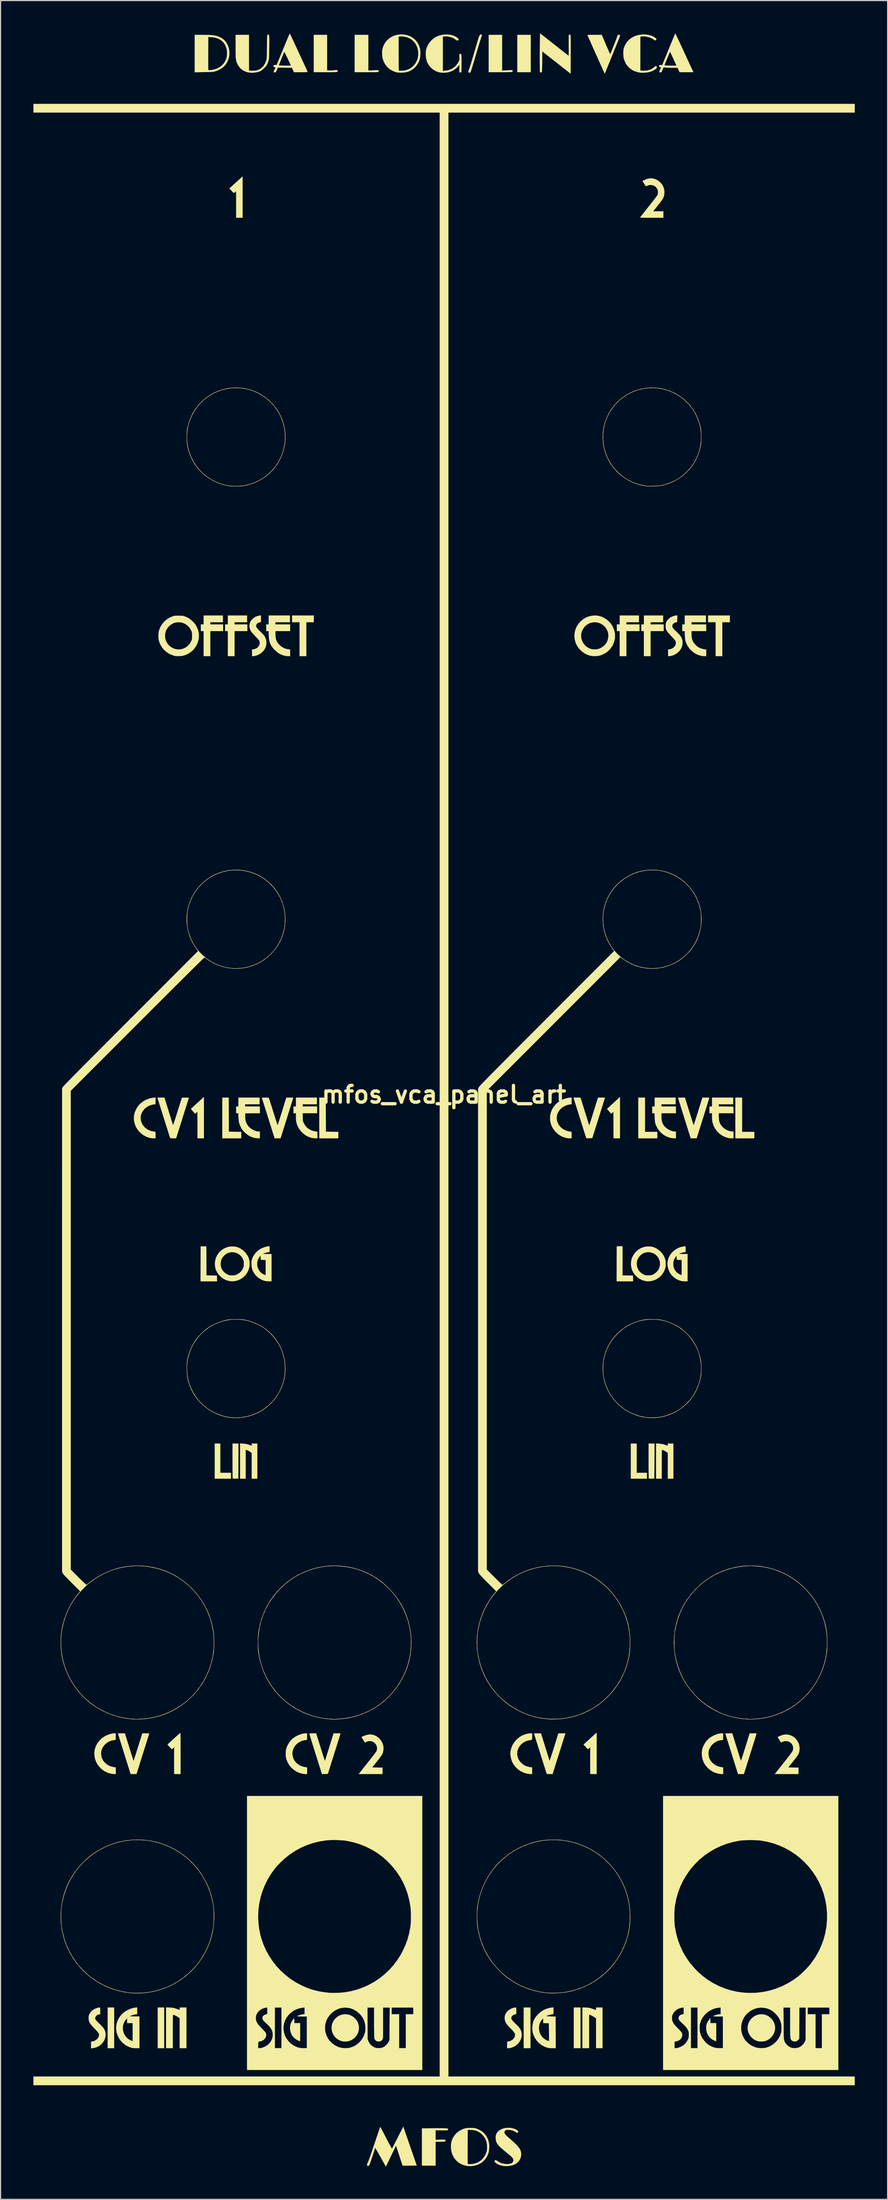
<source format=kicad_pcb>
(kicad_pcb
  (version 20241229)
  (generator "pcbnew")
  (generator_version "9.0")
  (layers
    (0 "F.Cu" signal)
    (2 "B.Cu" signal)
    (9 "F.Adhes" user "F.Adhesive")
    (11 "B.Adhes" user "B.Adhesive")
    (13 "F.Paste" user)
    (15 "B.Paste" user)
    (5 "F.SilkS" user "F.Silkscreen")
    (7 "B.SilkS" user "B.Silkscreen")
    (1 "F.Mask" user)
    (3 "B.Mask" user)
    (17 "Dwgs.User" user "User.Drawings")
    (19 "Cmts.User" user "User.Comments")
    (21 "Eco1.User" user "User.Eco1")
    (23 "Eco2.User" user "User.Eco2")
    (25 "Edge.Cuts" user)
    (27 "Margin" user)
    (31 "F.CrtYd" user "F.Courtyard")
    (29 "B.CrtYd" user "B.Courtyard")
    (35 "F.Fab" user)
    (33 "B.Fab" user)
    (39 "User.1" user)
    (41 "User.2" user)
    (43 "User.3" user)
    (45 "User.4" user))
  (footprint "mfos_vca_panel_art"
    (layer "F.Cu")
    (at 37.495 96.83)
    (property "Reference" "mfos_vca_panel_art" (at 0 0 0) (layer "F.SilkS") (effects (font (size 1.524 1.524) (thickness 0.3))))
    (attr through_hole)
    (fp_poly (pts (xy -30.124 87.02) (xy -30.709 87.02) (xy -30.709 83.312) (xy -30.124 83.312) (xy -30.124 87.02)) (stroke (width 0.01) (type solid)) (fill yes) (layer "F.SilkS"))
    (fp_poly (pts (xy -25.552 87.02) (xy -26.137 87.02) (xy -26.137 83.312) (xy -25.552 83.312) (xy -25.552 87.02)) (stroke (width 0.01) (type solid)) (fill yes) (layer "F.SilkS"))
    (fp_poly (pts (xy 7.899 87.02) (xy 7.29 87.02) (xy 7.29 83.312) (xy 7.899 83.312) (xy 7.899 87.02)) (stroke (width 0.01) (type solid)) (fill yes) (layer "F.SilkS"))
    (fp_poly (pts (xy 7.925 -93.294) (xy 6.706 -93.294) (xy 6.706 -96.698) (xy 7.925 -96.698) (xy 7.925 -93.294)) (stroke (width 0.01) (type solid)) (fill yes) (layer "F.SilkS"))
    (fp_poly (pts (xy 12.471 87.02) (xy 11.862 87.02) (xy 11.862 83.312) (xy 12.471 83.312) (xy 12.471 87.02)) (stroke (width 0.01) (type solid)) (fill yes) (layer "F.SilkS"))
    (fp_poly (pts (xy -20.422 34.519) (xy -19.456 34.519) (xy -19.456 35.052) (xy -20.93 35.052) (xy -20.93 31.852) (xy -20.422 31.852) (xy -20.422 34.519)) (stroke (width 0.01) (type solid)) (fill yes) (layer "F.SilkS"))
    (fp_poly (pts (xy 17.602 34.519) (xy 18.542 34.519) (xy 18.542 35.052) (xy 17.069 35.052) (xy 17.069 31.852) (xy 17.602 31.852) (xy 17.602 34.519)) (stroke (width 0.01) (type solid)) (fill yes) (layer "F.SilkS"))
    (fp_poly (pts (xy 18.364 3.404) (xy 19.482 3.404) (xy 19.482 3.988) (xy 17.755 3.988) (xy 17.755 0.279) (xy 18.364 0.279) (xy 18.364 3.404)) (stroke (width 0.01) (type solid)) (fill yes) (layer "F.SilkS"))
    (fp_poly (pts (xy 27.229 3.404) (xy 28.346 3.404) (xy 28.346 3.988) (xy 26.619 3.988) (xy 26.619 0.279) (xy 27.229 0.279) (xy 27.229 3.404)) (stroke (width 0.01) (type solid)) (fill yes) (layer "F.SilkS"))
    (fp_poly (pts (xy -21.691 16.509) (xy -20.739 16.523) (xy -20.732 16.783) (xy -20.725 17.043) (xy -22.225 17.043) (xy -22.212 13.856) (xy -21.704 13.856) (xy -21.691 16.509)) (stroke (width 0.01) (type solid)) (fill yes) (layer "F.SilkS"))
    (fp_poly (pts (xy -19.653 1.835) (xy -19.647 3.391) (xy -19.082 3.398) (xy -18.517 3.405) (xy -18.517 3.988) (xy -20.244 3.988) (xy -20.244 0.279) (xy -19.66 0.279) (xy -19.653 1.835)) (stroke (width 0.01) (type solid)) (fill yes) (layer "F.SilkS"))
    (fp_poly (pts (xy -11.887 -43.104) (xy -12.573 -43.104) (xy -12.573 -40.005) (xy -13.183 -40.005) (xy -13.183 -43.104) (xy -13.868 -43.104) (xy -13.868 -43.713) (xy -11.887 -43.713) (xy -11.887 -43.104)) (stroke (width 0.01) (type solid)) (fill yes) (layer "F.SilkS"))
    (fp_poly (pts (xy -10.789 1.835) (xy -10.782 3.391) (xy -10.217 3.398) (xy -9.652 3.405) (xy -9.652 3.988) (xy -11.379 3.988) (xy -11.379 0.279) (xy -10.795 0.279) (xy -10.789 1.835)) (stroke (width 0.01) (type solid)) (fill yes) (layer "F.SilkS"))
    (fp_poly (pts (xy 16.307 16.509) (xy 16.783 16.516) (xy 17.259 16.523) (xy 17.267 16.783) (xy 17.274 17.043) (xy 15.773 17.043) (xy 15.786 13.856) (xy 16.307 13.841) (xy 16.307 16.509)) (stroke (width 0.01) (type solid)) (fill yes) (layer "F.SilkS"))
    (fp_poly (pts (xy 26.111 -43.104) (xy 25.425 -43.104) (xy 25.425 -40.005) (xy 24.816 -40.005) (xy 24.816 -43.104) (xy 24.13 -43.104) (xy 24.13 -43.713) (xy 26.111 -43.713) (xy 26.111 -43.104)) (stroke (width 0.01) (type solid)) (fill yes) (layer "F.SilkS"))
    (fp_poly (pts (xy 37.516 -89.611) (xy 0.406 -89.611) (xy 0.406 89.611) (xy 37.516 89.611) (xy 37.516 90.399) (xy -37.49 90.399) (xy -37.49 89.611) (xy -0.381 89.611) (xy -0.381 -89.611) (xy -37.49 -89.611) (xy -37.49 -90.399) (xy 37.516 -90.399) (xy 37.516 -89.611)) (stroke (width 0.01) (type solid)) (fill yes) (layer "F.SilkS"))
    (fp_poly (pts (xy -20.193 -43.104) (xy -21.336 -43.104) (xy -21.336 -42.901) (xy -20.168 -42.901) (xy -20.168 -42.291) (xy -21.336 -42.291) (xy -21.336 -40.005) (xy -21.946 -40.005) (xy -21.946 -42.291) (xy -22.2 -42.291) (xy -22.2 -42.901) (xy -21.946 -42.901) (xy -21.946 -43.713) (xy -20.193 -43.713) (xy -20.193 -43.104)) (stroke (width 0.01) (type solid)) (fill yes) (layer "F.SilkS"))
    (fp_poly (pts (xy -17.983 -43.104) (xy -19.126 -43.104) (xy -19.126 -42.901) (xy -17.958 -42.901) (xy -17.958 -42.291) (xy -19.126 -42.291) (xy -19.126 -40.005) (xy -19.736 -40.005) (xy -19.736 -42.291) (xy -19.99 -42.291) (xy -19.99 -42.901) (xy -19.736 -42.901) (xy -19.736 -43.713) (xy -17.983 -43.713) (xy -17.983 -43.104)) (stroke (width 0.01) (type solid)) (fill yes) (layer "F.SilkS"))
    (fp_poly (pts (xy 17.805 -43.104) (xy 16.662 -43.104) (xy 16.662 -42.901) (xy 17.856 -42.901) (xy 17.856 -42.291) (xy 16.662 -42.291) (xy 16.662 -40.005) (xy 16.053 -40.005) (xy 16.053 -42.291) (xy 15.799 -42.291) (xy 15.799 -42.901) (xy 16.053 -42.901) (xy 16.053 -43.713) (xy 17.805 -43.713) (xy 17.805 -43.104)) (stroke (width 0.01) (type solid)) (fill yes) (layer "F.SilkS"))
    (fp_poly (pts (xy 20.015 -43.104) (xy 18.872 -43.104) (xy 18.872 -42.901) (xy 20.066 -42.901) (xy 20.066 -42.291) (xy 18.872 -42.291) (xy 18.872 -40.005) (xy 18.263 -40.005) (xy 18.263 -42.291) (xy 18.034 -42.291) (xy 18.034 -42.901) (xy 18.263 -42.901) (xy 18.263 -43.713) (xy 20.015 -43.713) (xy 20.015 -43.104)) (stroke (width 0.01) (type solid)) (fill yes) (layer "F.SilkS"))
    (fp_poly (pts (xy -18.777 33.445) (xy -18.783 35.039) (xy -19.026 35.047) (xy -19.132 35.048) (xy -19.219 35.046) (xy -19.274 35.04) (xy -19.286 35.036) (xy -19.289 35.008) (xy -19.292 34.934) (xy -19.295 34.817) (xy -19.297 34.663) (xy -19.3 34.476) (xy -19.301 34.26) (xy -19.303 34.019) (xy -19.304 33.758) (xy -19.304 33.481) (xy -19.304 33.435) (xy -19.304 31.852) (xy -18.77 31.852) (xy -18.777 33.445)) (stroke (width 0.01) (type solid)) (fill yes) (layer "F.SilkS"))
    (fp_poly (pts (xy 19.222 33.445) (xy 19.215 35.039) (xy 18.973 35.047) (xy 18.866 35.048) (xy 18.779 35.046) (xy 18.725 35.04) (xy 18.712 35.036) (xy 18.709 35.008) (xy 18.706 34.934) (xy 18.703 34.817) (xy 18.701 34.663) (xy 18.699 34.476) (xy 18.697 34.26) (xy 18.696 34.019) (xy 18.695 33.758) (xy 18.694 33.481) (xy 18.694 33.435) (xy 18.694 31.852) (xy 19.228 31.852) (xy 19.222 33.445)) (stroke (width 0.01) (type solid)) (fill yes) (layer "F.SilkS"))
    (fp_poly (pts (xy 13.945 62.001) (xy 13.36 62.001) (xy 13.36 59.553) (xy 13.264 59.647) (xy 13.208 59.699) (xy 13.167 59.734) (xy 13.155 59.741) (xy 13.134 59.723) (xy 13.086 59.675) (xy 13.019 59.605) (xy 12.948 59.528) (xy 12.753 59.315) (xy 13.291 58.823) (xy 13.432 58.694) (xy 13.563 58.575) (xy 13.679 58.469) (xy 13.775 58.383) (xy 13.845 58.321) (xy 13.884 58.287) (xy 13.886 58.285) (xy 13.945 58.239) (xy 13.945 62.001)) (stroke (width 0.01) (type solid)) (fill yes) (layer "F.SilkS"))
    (fp_poly (pts (xy -18.345 31.857) (xy -18.131 31.879) (xy -17.923 31.924) (xy -17.702 31.998) (xy -17.596 32.041) (xy -17.568 32.046) (xy -17.555 32.022) (xy -17.551 31.959) (xy -17.551 31.956) (xy -17.551 31.852) (xy -17.043 31.852) (xy -17.043 35.052) (xy -17.551 35.052) (xy -17.551 32.72) (xy -17.645 32.638) (xy -17.743 32.568) (xy -17.868 32.499) (xy -17.998 32.442) (xy -18.053 32.424) (xy -18.11 32.407) (xy -18.11 35.052) (xy -18.618 35.052) (xy -18.618 31.844) (xy -18.345 31.857)) (stroke (width 0.01) (type solid)) (fill yes) (layer "F.SilkS"))
    (fp_poly (pts (xy 16.078 3.988) (xy 15.494 3.988) (xy 15.488 2.78) (xy 15.481 1.572) (xy 15.38 1.659) (xy 15.278 1.746) (xy 15.087 1.533) (xy 15.012 1.448) (xy 14.95 1.378) (xy 14.91 1.331) (xy 14.897 1.314) (xy 14.915 1.296) (xy 14.966 1.249) (xy 15.044 1.176) (xy 15.144 1.083) (xy 15.262 0.975) (xy 15.367 0.879) (xy 15.504 0.753) (xy 15.635 0.632) (xy 15.754 0.523) (xy 15.854 0.431) (xy 15.927 0.362) (xy 15.958 0.333) (xy 16.078 0.218) (xy 16.078 3.988)) (stroke (width 0.01) (type solid)) (fill yes) (layer "F.SilkS"))
    (fp_poly (pts (xy -6.909 -93.442) (xy -6.56 -93.457) (xy -6.42 -93.463) (xy -6.29 -93.469) (xy -6.18 -93.474) (xy -6.106 -93.478) (xy -6.099 -93.478) (xy -6.009 -93.472) (xy -5.958 -93.444) (xy -5.949 -93.399) (xy -5.98 -93.346) (xy -5.993 -93.334) (xy -6.01 -93.323) (xy -6.035 -93.315) (xy -6.072 -93.308) (xy -6.128 -93.303) (xy -6.206 -93.299) (xy -6.312 -93.297) (xy -6.449 -93.295) (xy -6.623 -93.295) (xy -6.839 -93.294) (xy -7.091 -93.294) (xy -8.153 -93.294) (xy -8.153 -96.698) (xy -6.909 -96.698) (xy -6.909 -93.442)) (stroke (width 0.01) (type solid)) (fill yes) (layer "F.SilkS"))
    (fp_poly (pts (xy -10.668 -93.447) (xy -10.385 -93.447) (xy -10.25 -93.449) (xy -10.114 -93.457) (xy -9.997 -93.468) (xy -9.942 -93.476) (xy -9.847 -93.491) (xy -9.787 -93.492) (xy -9.75 -93.479) (xy -9.742 -93.473) (xy -9.706 -93.419) (xy -9.72 -93.361) (xy -9.743 -93.334) (xy -9.758 -93.324) (xy -9.783 -93.316) (xy -9.825 -93.309) (xy -9.887 -93.304) (xy -9.973 -93.3) (xy -10.089 -93.298) (xy -10.239 -93.296) (xy -10.427 -93.295) (xy -10.659 -93.294) (xy -10.835 -93.294) (xy -11.887 -93.294) (xy -11.887 -96.698) (xy -10.668 -96.698) (xy -10.668 -93.447)) (stroke (width 0.01) (type solid)) (fill yes) (layer "F.SilkS"))
    (fp_poly (pts (xy 5.309 -93.442) (xy 5.671 -93.457) (xy 5.812 -93.463) (xy 5.945 -93.468) (xy 6.058 -93.474) (xy 6.135 -93.477) (xy 6.147 -93.478) (xy 6.218 -93.479) (xy 6.253 -93.468) (xy 6.267 -93.438) (xy 6.269 -93.426) (xy 6.273 -93.395) (xy 6.273 -93.369) (xy 6.263 -93.348) (xy 6.24 -93.331) (xy 6.2 -93.318) (xy 6.138 -93.309) (xy 6.049 -93.302) (xy 5.93 -93.298) (xy 5.777 -93.296) (xy 5.584 -93.295) (xy 5.347 -93.294) (xy 5.153 -93.294) (xy 4.089 -93.294) (xy 4.089 -96.698) (xy 5.309 -96.698) (xy 5.309 -93.442)) (stroke (width 0.01) (type solid)) (fill yes) (layer "F.SilkS"))
    (fp_poly (pts (xy 12.961 83.318) (xy 13.107 83.326) (xy 13.221 83.338) (xy 13.322 83.357) (xy 13.428 83.387) (xy 13.539 83.424) (xy 13.651 83.463) (xy 13.749 83.497) (xy 13.82 83.521) (xy 13.849 83.531) (xy 13.877 83.534) (xy 13.89 83.509) (xy 13.894 83.446) (xy 13.894 83.429) (xy 13.894 83.312) (xy 14.478 83.312) (xy 14.478 87.02) (xy 13.894 87.02) (xy 13.894 84.303) (xy 13.773 84.215) (xy 13.659 84.14) (xy 13.534 84.07) (xy 13.415 84.014) (xy 13.328 83.984) (xy 13.259 83.967) (xy 13.259 87.02) (xy 12.649 87.02) (xy 12.649 83.305) (xy 12.961 83.318)) (stroke (width 0.01) (type solid)) (fill yes) (layer "F.SilkS"))
    (fp_poly (pts (xy -13.678 84.328) (xy -13.669 84.384) (xy -13.665 84.488) (xy -13.665 84.517) (xy -13.665 84.734) (xy -13.132 84.734) (xy -13.132 85.56) (xy -13.132 85.759) (xy -13.133 85.94) (xy -13.133 86.098) (xy -13.134 86.227) (xy -13.136 86.321) (xy -13.137 86.374) (xy -13.138 86.383) (xy -13.164 86.375) (xy -13.208 86.361) (xy -13.402 86.278) (xy -13.588 86.155) (xy -13.752 86.002) (xy -13.869 85.852) (xy -13.967 85.655) (xy -14.029 85.434) (xy -14.053 85.203) (xy -14.038 84.973) (xy -13.996 84.8) (xy -13.958 84.709) (xy -13.904 84.605) (xy -13.841 84.5) (xy -13.777 84.407) (xy -13.721 84.34) (xy -13.693 84.317) (xy -13.678 84.328)) (stroke (width 0.01) (type solid)) (fill yes) (layer "F.SilkS"))
    (fp_poly (pts (xy -24.079 58.264) (xy -24.074 58.29) (xy -24.069 58.34) (xy -24.065 58.416) (xy -24.062 58.522) (xy -24.06 58.659) (xy -24.058 58.832) (xy -24.056 59.043) (xy -24.055 59.295) (xy -24.054 59.59) (xy -24.054 59.931) (xy -24.054 60.12) (xy -24.054 62.001) (xy -24.638 62.001) (xy -24.638 59.557) (xy -24.74 59.649) (xy -24.798 59.7) (xy -24.839 59.733) (xy -24.851 59.741) (xy -24.871 59.723) (xy -24.917 59.675) (xy -24.983 59.605) (xy -25.054 59.528) (xy -25.248 59.314) (xy -24.682 58.796) (xy -24.54 58.666) (xy -24.408 58.546) (xy -24.292 58.441) (xy -24.198 58.356) (xy -24.129 58.295) (xy -24.091 58.263) (xy -24.086 58.259) (xy -24.079 58.264)) (stroke (width 0.01) (type solid)) (fill yes) (layer "F.SilkS"))
    (fp_poly (pts (xy 24.333 84.734) (xy 24.867 84.734) (xy 24.867 85.56) (xy 24.866 85.759) (xy 24.866 85.941) (xy 24.865 86.099) (xy 24.864 86.228) (xy 24.863 86.322) (xy 24.861 86.375) (xy 24.86 86.385) (xy 24.835 86.376) (xy 24.777 86.352) (xy 24.711 86.326) (xy 24.559 86.256) (xy 24.438 86.181) (xy 24.33 86.089) (xy 24.275 86.033) (xy 24.129 85.842) (xy 24.027 85.631) (xy 23.969 85.395) (xy 23.955 85.135) (xy 23.957 85.096) (xy 23.965 84.974) (xy 23.979 84.883) (xy 24.005 84.8) (xy 24.048 84.705) (xy 24.061 84.68) (xy 24.118 84.575) (xy 24.182 84.474) (xy 24.238 84.397) (xy 24.243 84.391) (xy 24.331 84.29) (xy 24.333 84.734)) (stroke (width 0.01) (type solid)) (fill yes) (layer "F.SilkS"))
    (fp_poly (pts (xy 19.653 31.858) (xy 19.964 31.897) (xy 20.271 31.987) (xy 20.403 32.04) (xy 20.431 32.046) (xy 20.444 32.023) (xy 20.447 31.96) (xy 20.447 31.956) (xy 20.447 31.852) (xy 20.955 31.852) (xy 20.955 35.052) (xy 20.447 35.052) (xy 20.447 32.698) (xy 20.334 32.617) (xy 20.253 32.565) (xy 20.158 32.511) (xy 20.062 32.462) (xy 19.98 32.427) (xy 19.925 32.411) (xy 19.92 32.411) (xy 19.913 32.421) (xy 19.906 32.453) (xy 19.901 32.51) (xy 19.897 32.597) (xy 19.894 32.716) (xy 19.891 32.871) (xy 19.89 33.064) (xy 19.889 33.3) (xy 19.888 33.583) (xy 19.888 33.731) (xy 19.888 35.052) (xy 19.38 35.052) (xy 19.38 31.844) (xy 19.653 31.858)) (stroke (width 0.01) (type solid)) (fill yes) (layer "F.SilkS"))
    (fp_poly (pts (xy 29.17 83.937) (xy 29.396 83.993) (xy 29.612 84.094) (xy 29.811 84.238) (xy 29.91 84.334) (xy 30.061 84.531) (xy 30.166 84.744) (xy 30.227 84.967) (xy 30.243 85.195) (xy 30.216 85.421) (xy 30.145 85.641) (xy 30.032 85.849) (xy 29.878 86.039) (xy 29.721 86.176) (xy 29.515 86.302) (xy 29.288 86.381) (xy 29.042 86.414) (xy 28.821 86.407) (xy 28.603 86.36) (xy 28.396 86.269) (xy 28.206 86.139) (xy 28.041 85.976) (xy 27.906 85.786) (xy 27.807 85.576) (xy 27.765 85.425) (xy 27.738 85.178) (xy 27.761 84.937) (xy 27.832 84.707) (xy 27.95 84.491) (xy 28.088 84.321) (xy 28.279 84.156) (xy 28.488 84.034) (xy 28.71 83.958) (xy 28.939 83.925) (xy 29.17 83.937)) (stroke (width 0.01) (type solid)) (fill yes) (layer "F.SilkS"))
    (fp_poly (pts (xy -21.92 3.988) (xy -22.504 3.988) (xy -22.504 2.781) (xy -22.505 2.539) (xy -22.506 2.313) (xy -22.507 2.109) (xy -22.51 1.93) (xy -22.512 1.782) (xy -22.515 1.671) (xy -22.519 1.6) (xy -22.522 1.575) (xy -22.522 1.575) (xy -22.549 1.591) (xy -22.599 1.633) (xy -22.631 1.663) (xy -22.721 1.751) (xy -22.919 1.532) (xy -23.003 1.437) (xy -23.057 1.373) (xy -23.085 1.33) (xy -23.092 1.303) (xy -23.083 1.282) (xy -23.071 1.27) (xy -23.04 1.241) (xy -22.977 1.184) (xy -22.888 1.103) (xy -22.779 1.004) (xy -22.655 0.892) (xy -22.568 0.813) (xy -22.434 0.691) (xy -22.308 0.576) (xy -22.196 0.474) (xy -22.103 0.389) (xy -22.038 0.329) (xy -22.015 0.308) (xy -21.92 0.218) (xy -21.92 3.988)) (stroke (width 0.01) (type solid)) (fill yes) (layer "F.SilkS"))
    (fp_poly (pts (xy -18.39 -80.01) (xy -18.974 -80.01) (xy -18.974 -81.216) (xy -18.974 -81.459) (xy -18.975 -81.685) (xy -18.977 -81.889) (xy -18.98 -82.068) (xy -18.983 -82.216) (xy -18.986 -82.327) (xy -18.99 -82.398) (xy -18.994 -82.423) (xy -18.994 -82.423) (xy -19.023 -82.406) (xy -19.071 -82.364) (xy -19.088 -82.347) (xy -19.14 -82.299) (xy -19.18 -82.273) (xy -19.188 -82.271) (xy -19.215 -82.289) (xy -19.268 -82.337) (xy -19.337 -82.408) (xy -19.402 -82.478) (xy -19.588 -82.684) (xy -19.516 -82.753) (xy -19.477 -82.789) (xy -19.407 -82.853) (xy -19.311 -82.941) (xy -19.197 -83.045) (xy -19.07 -83.161) (xy -18.986 -83.236) (xy -18.855 -83.356) (xy -18.732 -83.467) (xy -18.625 -83.565) (xy -18.538 -83.643) (xy -18.48 -83.697) (xy -18.459 -83.715) (xy -18.39 -83.779) (xy -18.39 -80.01)) (stroke (width 0.01) (type solid)) (fill yes) (layer "F.SilkS"))
    (fp_poly (pts (xy -8.826 83.939) (xy -8.602 83.995) (xy -8.388 84.096) (xy -8.19 84.241) (xy -8.142 84.286) (xy -7.979 84.475) (xy -7.864 84.678) (xy -7.795 84.899) (xy -7.769 85.143) (xy -7.769 85.177) (xy -7.791 85.423) (xy -7.857 85.646) (xy -7.969 85.85) (xy -8.128 86.041) (xy -8.166 86.079) (xy -8.362 86.23) (xy -8.581 86.337) (xy -8.82 86.398) (xy -9.075 86.414) (xy -9.178 86.407) (xy -9.379 86.364) (xy -9.582 86.278) (xy -9.773 86.157) (xy -9.882 86.064) (xy -10.038 85.883) (xy -10.153 85.677) (xy -10.227 85.455) (xy -10.259 85.224) (xy -10.249 84.992) (xy -10.194 84.765) (xy -10.095 84.551) (xy -10.053 84.486) (xy -9.892 84.292) (xy -9.705 84.138) (xy -9.5 84.026) (xy -9.281 83.954) (xy -9.055 83.925) (xy -8.826 83.939)) (stroke (width 0.01) (type solid)) (fill yes) (layer "F.SilkS"))
    (fp_poly (pts (xy -0.099 94.33) (xy 0.075 94.333) (xy 0.201 94.337) (xy 0.279 94.343) (xy 0.304 94.348) (xy 0.359 94.389) (xy 0.379 94.443) (xy 0.359 94.495) (xy 0.358 94.496) (xy 0.324 94.506) (xy 0.244 94.513) (xy 0.117 94.517) (xy -0.059 94.518) (xy -0.216 94.516) (xy -0.762 94.509) (xy -0.762 95.384) (xy -0.346 95.371) (xy -0.203 95.369) (xy -0.076 95.369) (xy 0.025 95.372) (xy 0.091 95.377) (xy 0.111 95.382) (xy 0.147 95.426) (xy 0.145 95.481) (xy 0.107 95.526) (xy 0.103 95.529) (xy 0.061 95.538) (xy -0.024 95.546) (xy -0.142 95.551) (xy -0.283 95.554) (xy -0.354 95.555) (xy -0.762 95.555) (xy -0.762 97.739) (xy -2.007 97.739) (xy -2.007 94.339) (xy -0.883 94.33) (xy -0.579 94.329) (xy -0.317 94.329) (xy -0.099 94.33)) (stroke (width 0.01) (type solid)) (fill yes) (layer "F.SilkS"))
    (fp_poly (pts (xy 26.416 0.889) (xy 25.095 0.889) (xy 25.095 1.091) (xy 26.429 1.105) (xy 26.443 1.702) (xy 25.095 1.702) (xy 25.095 1.989) (xy 25.106 2.233) (xy 25.14 2.441) (xy 25.202 2.622) (xy 25.295 2.785) (xy 25.422 2.941) (xy 25.464 2.984) (xy 25.621 3.116) (xy 25.804 3.227) (xy 26 3.312) (xy 26.195 3.364) (xy 26.345 3.378) (xy 26.441 3.378) (xy 26.441 3.988) (xy 26.245 3.985) (xy 26.143 3.982) (xy 26.056 3.977) (xy 26.001 3.971) (xy 25.997 3.971) (xy 25.693 3.878) (xy 25.416 3.742) (xy 25.166 3.566) (xy 24.949 3.351) (xy 24.766 3.101) (xy 24.661 2.908) (xy 24.581 2.71) (xy 24.526 2.502) (xy 24.495 2.272) (xy 24.486 2.008) (xy 24.486 1.702) (xy 24.257 1.702) (xy 24.257 1.092) (xy 24.486 1.092) (xy 24.486 0.279) (xy 26.416 0.279) (xy 26.416 0.889)) (stroke (width 0.01) (type solid)) (fill yes) (layer "F.SilkS"))
    (fp_poly (pts (xy -25.049 83.318) (xy -24.902 83.325) (xy -24.789 83.336) (xy -24.692 83.353) (xy -24.595 83.378) (xy -24.481 83.416) (xy -24.471 83.42) (xy -24.362 83.458) (xy -24.267 83.492) (xy -24.199 83.517) (xy -24.174 83.527) (xy -24.147 83.532) (xy -24.134 83.51) (xy -24.13 83.451) (xy -24.13 83.429) (xy -24.13 83.312) (xy -23.52 83.312) (xy -23.52 87.02) (xy -24.13 87.02) (xy -24.13 84.286) (xy -24.242 84.205) (xy -24.327 84.15) (xy -24.428 84.094) (xy -24.532 84.042) (xy -24.626 84) (xy -24.697 83.976) (xy -24.721 83.972) (xy -24.73 83.975) (xy -24.738 83.984) (xy -24.744 84.005) (xy -24.75 84.04) (xy -24.754 84.093) (xy -24.758 84.169) (xy -24.76 84.27) (xy -24.762 84.402) (xy -24.764 84.566) (xy -24.764 84.768) (xy -24.765 85.012) (xy -24.765 85.299) (xy -24.765 85.496) (xy -24.765 87.02) (xy -25.375 87.02) (xy -25.375 83.305) (xy -25.049 83.318)) (stroke (width 0.01) (type solid)) (fill yes) (layer "F.SilkS"))
    (fp_poly (pts (xy -16.84 0.889) (xy -18.161 0.889) (xy -18.161 1.092) (xy -16.815 1.092) (xy -16.815 1.701) (xy -18.148 1.714) (xy -18.156 1.916) (xy -18.149 2.187) (xy -18.107 2.426) (xy -18.027 2.639) (xy -17.907 2.835) (xy -17.803 2.958) (xy -17.651 3.093) (xy -17.472 3.209) (xy -17.279 3.299) (xy -17.085 3.358) (xy -16.906 3.378) (xy -16.815 3.378) (xy -16.815 3.988) (xy -16.999 3.986) (xy -17.124 3.978) (xy -17.264 3.959) (xy -17.368 3.937) (xy -17.62 3.85) (xy -17.852 3.728) (xy -18.071 3.563) (xy -18.2 3.443) (xy -18.309 3.331) (xy -18.39 3.236) (xy -18.454 3.145) (xy -18.514 3.042) (xy -18.549 2.972) (xy -18.62 2.82) (xy -18.673 2.684) (xy -18.71 2.548) (xy -18.736 2.401) (xy -18.753 2.227) (xy -18.762 2.064) (xy -18.778 1.702) (xy -18.974 1.702) (xy -18.974 1.092) (xy -18.771 1.092) (xy -18.771 0.279) (xy -16.84 0.279) (xy -16.84 0.889)) (stroke (width 0.01) (type solid)) (fill yes) (layer "F.SilkS"))
    (fp_poly (pts (xy 21.158 0.889) (xy 19.863 0.889) (xy 19.863 1.092) (xy 21.184 1.092) (xy 21.184 1.702) (xy 19.863 1.702) (xy 19.863 2.017) (xy 19.874 2.262) (xy 19.909 2.469) (xy 19.972 2.649) (xy 20.066 2.809) (xy 20.195 2.96) (xy 20.255 3.016) (xy 20.413 3.139) (xy 20.594 3.243) (xy 20.784 3.321) (xy 20.968 3.367) (xy 21.092 3.378) (xy 21.184 3.378) (xy 21.184 3.988) (xy 20.999 3.986) (xy 20.873 3.978) (xy 20.733 3.959) (xy 20.634 3.937) (xy 20.353 3.838) (xy 20.094 3.695) (xy 19.86 3.512) (xy 19.656 3.292) (xy 19.485 3.039) (xy 19.351 2.757) (xy 19.327 2.691) (xy 19.303 2.614) (xy 19.286 2.532) (xy 19.273 2.433) (xy 19.263 2.307) (xy 19.256 2.143) (xy 19.255 2.121) (xy 19.241 1.714) (xy 19.133 1.707) (xy 19.025 1.699) (xy 19.025 1.092) (xy 19.253 1.092) (xy 19.253 0.279) (xy 21.158 0.279) (xy 21.158 0.889)) (stroke (width 0.01) (type solid)) (fill yes) (layer "F.SilkS"))
    (fp_poly (pts (xy -14.072 -43.104) (xy -15.392 -43.104) (xy -15.392 -42.901) (xy -14.046 -42.901) (xy -14.046 -42.291) (xy -15.392 -42.291) (xy -15.392 -42.005) (xy -15.383 -41.773) (xy -15.352 -41.579) (xy -15.297 -41.409) (xy -15.212 -41.255) (xy -15.094 -41.105) (xy -15.024 -41.031) (xy -14.827 -40.861) (xy -14.616 -40.737) (xy -14.384 -40.658) (xy -14.198 -40.625) (xy -14.046 -40.608) (xy -14.046 -40.005) (xy -14.218 -40.008) (xy -14.316 -40.012) (xy -14.402 -40.017) (xy -14.453 -40.023) (xy -14.614 -40.062) (xy -14.793 -40.124) (xy -14.968 -40.201) (xy -15.037 -40.237) (xy -15.179 -40.331) (xy -15.333 -40.457) (xy -15.484 -40.603) (xy -15.62 -40.756) (xy -15.729 -40.903) (xy -15.755 -40.945) (xy -15.842 -41.11) (xy -15.906 -41.273) (xy -15.951 -41.445) (xy -15.979 -41.64) (xy -15.995 -41.871) (xy -15.996 -41.904) (xy -16.009 -42.291) (xy -16.231 -42.291) (xy -16.231 -42.901) (xy -16.002 -42.901) (xy -16.002 -43.713) (xy -14.072 -43.713) (xy -14.072 -43.104)) (stroke (width 0.01) (type solid)) (fill yes) (layer "F.SilkS"))
    (fp_poly (pts (xy 23.927 -43.104) (xy 22.606 -43.104) (xy 22.606 -42.901) (xy 23.952 -42.901) (xy 23.952 -42.291) (xy 22.606 -42.291) (xy 22.606 -42.04) (xy 22.612 -41.839) (xy 22.631 -41.673) (xy 22.666 -41.526) (xy 22.72 -41.384) (xy 22.733 -41.355) (xy 22.811 -41.225) (xy 22.922 -41.088) (xy 23.051 -40.957) (xy 23.187 -40.846) (xy 23.284 -40.785) (xy 23.381 -40.741) (xy 23.504 -40.698) (xy 23.636 -40.659) (xy 23.76 -40.63) (xy 23.859 -40.615) (xy 23.88 -40.615) (xy 23.952 -40.615) (xy 23.952 -40.005) (xy 23.781 -40.007) (xy 23.661 -40.015) (xy 23.526 -40.033) (xy 23.431 -40.053) (xy 23.149 -40.148) (xy 22.885 -40.288) (xy 22.646 -40.468) (xy 22.437 -40.683) (xy 22.265 -40.929) (xy 22.216 -41.017) (xy 22.145 -41.164) (xy 22.092 -41.298) (xy 22.054 -41.431) (xy 22.029 -41.579) (xy 22.013 -41.752) (xy 22.004 -41.916) (xy 21.989 -42.291) (xy 21.768 -42.291) (xy 21.768 -42.901) (xy 21.996 -42.901) (xy 21.996 -43.713) (xy 23.927 -43.713) (xy 23.927 -43.104)) (stroke (width 0.01) (type solid)) (fill yes) (layer "F.SilkS"))
    (fp_poly (pts (xy -29.985 58.89) (xy -30.15 58.907) (xy -30.387 58.954) (xy -30.61 59.046) (xy -30.814 59.175) (xy -30.992 59.337) (xy -31.138 59.525) (xy -31.245 59.736) (xy -31.293 59.89) (xy -31.313 60.043) (xy -31.31 60.218) (xy -31.287 60.393) (xy -31.246 60.547) (xy -31.242 60.555) (xy -31.134 60.767) (xy -30.985 60.955) (xy -30.801 61.115) (xy -30.59 61.244) (xy -30.357 61.334) (xy -30.124 61.381) (xy -29.972 61.398) (xy -29.972 62.001) (xy -30.118 61.999) (xy -30.227 61.992) (xy -30.351 61.977) (xy -30.429 61.964) (xy -30.717 61.881) (xy -30.986 61.751) (xy -31.236 61.574) (xy -31.416 61.405) (xy -31.61 61.167) (xy -31.758 60.911) (xy -31.858 60.636) (xy -31.913 60.339) (xy -31.921 60.234) (xy -31.919 59.983) (xy -31.884 59.754) (xy -31.811 59.528) (xy -31.736 59.365) (xy -31.582 59.106) (xy -31.396 58.883) (xy -31.223 58.727) (xy -31.041 58.601) (xy -30.835 58.49) (xy -30.618 58.4) (xy -30.403 58.334) (xy -30.202 58.298) (xy -30.107 58.293) (xy -29.97 58.293) (xy -29.985 58.89)) (stroke (width 0.01) (type solid)) (fill yes) (layer "F.SilkS"))
    (fp_poly (pts (xy 25.489 58.89) (xy 25.324 58.907) (xy 25.087 58.954) (xy 24.863 59.046) (xy 24.659 59.175) (xy 24.481 59.337) (xy 24.336 59.525) (xy 24.229 59.736) (xy 24.18 59.89) (xy 24.161 60.043) (xy 24.164 60.218) (xy 24.186 60.393) (xy 24.228 60.547) (xy 24.231 60.555) (xy 24.339 60.767) (xy 24.489 60.955) (xy 24.672 61.115) (xy 24.884 61.244) (xy 25.117 61.334) (xy 25.35 61.381) (xy 25.502 61.398) (xy 25.502 62.001) (xy 25.356 61.999) (xy 25.247 61.992) (xy 25.123 61.977) (xy 25.044 61.964) (xy 24.757 61.881) (xy 24.488 61.751) (xy 24.238 61.574) (xy 24.058 61.405) (xy 23.863 61.167) (xy 23.716 60.911) (xy 23.616 60.636) (xy 23.561 60.339) (xy 23.553 60.234) (xy 23.554 59.983) (xy 23.59 59.754) (xy 23.663 59.528) (xy 23.737 59.365) (xy 23.892 59.106) (xy 24.077 58.883) (xy 24.251 58.727) (xy 24.433 58.601) (xy 24.638 58.49) (xy 24.855 58.4) (xy 25.07 58.334) (xy 25.271 58.298) (xy 25.367 58.293) (xy 25.503 58.293) (xy 25.489 58.89)) (stroke (width 0.01) (type solid)) (fill yes) (layer "F.SilkS"))
    (fp_poly (pts (xy -12.509 58.89) (xy -12.675 58.906) (xy -12.909 58.954) (xy -13.135 59.046) (xy -13.344 59.175) (xy -13.525 59.337) (xy -13.67 59.525) (xy -13.676 59.535) (xy -13.779 59.753) (xy -13.835 59.981) (xy -13.842 60.214) (xy -13.802 60.446) (xy -13.715 60.672) (xy -13.623 60.828) (xy -13.478 60.996) (xy -13.295 61.142) (xy -13.084 61.259) (xy -12.855 61.341) (xy -12.699 61.373) (xy -12.497 61.402) (xy -12.497 62.001) (xy -12.643 61.998) (xy -12.753 61.993) (xy -12.868 61.981) (xy -12.916 61.974) (xy -13.193 61.902) (xy -13.455 61.785) (xy -13.699 61.628) (xy -13.917 61.436) (xy -14.106 61.213) (xy -14.259 60.965) (xy -14.371 60.697) (xy -14.403 60.589) (xy -14.437 60.399) (xy -14.451 60.187) (xy -14.446 59.972) (xy -14.421 59.777) (xy -14.413 59.741) (xy -14.335 59.503) (xy -14.217 59.266) (xy -14.065 59.042) (xy -13.888 58.843) (xy -13.738 58.713) (xy -13.547 58.586) (xy -13.334 58.476) (xy -13.111 58.388) (xy -12.893 58.326) (xy -12.691 58.295) (xy -12.624 58.293) (xy -12.495 58.293) (xy -12.509 58.89)) (stroke (width 0.01) (type solid)) (fill yes) (layer "F.SilkS"))
    (fp_poly (pts (xy -11.608 0.889) (xy -12.903 0.889) (xy -12.903 1.092) (xy -11.582 1.092) (xy -11.582 1.702) (xy -12.908 1.702) (xy -12.899 2.064) (xy -12.895 2.207) (xy -12.89 2.312) (xy -12.882 2.39) (xy -12.868 2.453) (xy -12.846 2.515) (xy -12.814 2.587) (xy -12.796 2.625) (xy -12.665 2.84) (xy -12.498 3.025) (xy -12.298 3.175) (xy -12.074 3.285) (xy -11.83 3.352) (xy -11.81 3.355) (xy -11.714 3.37) (xy -11.636 3.384) (xy -11.591 3.393) (xy -11.589 3.393) (xy -11.574 3.414) (xy -11.564 3.469) (xy -11.559 3.565) (xy -11.557 3.695) (xy -11.557 3.988) (xy -11.754 3.986) (xy -11.884 3.978) (xy -12.028 3.959) (xy -12.137 3.936) (xy -12.406 3.84) (xy -12.658 3.7) (xy -12.888 3.521) (xy -13.089 3.31) (xy -13.258 3.07) (xy -13.388 2.809) (xy -13.462 2.58) (xy -13.487 2.461) (xy -13.503 2.334) (xy -13.511 2.182) (xy -13.513 2.041) (xy -13.513 1.702) (xy -13.741 1.702) (xy -13.741 1.092) (xy -13.513 1.092) (xy -13.513 0.279) (xy -11.608 0.279) (xy -11.608 0.889)) (stroke (width 0.01) (type solid)) (fill yes) (layer "F.SilkS"))
    (fp_poly (pts (xy 31.372 58.403) (xy 31.603 58.453) (xy 31.827 58.553) (xy 31.892 58.593) (xy 32.088 58.749) (xy 32.248 58.935) (xy 32.368 59.146) (xy 32.447 59.376) (xy 32.481 59.617) (xy 32.468 59.863) (xy 32.448 59.964) (xy 32.428 60.041) (xy 32.405 60.112) (xy 32.375 60.182) (xy 32.334 60.256) (xy 32.279 60.342) (xy 32.205 60.444) (xy 32.11 60.57) (xy 31.989 60.723) (xy 31.874 60.867) (xy 31.442 61.404) (xy 32.385 61.418) (xy 32.385 62.001) (xy 30.222 62.001) (xy 30.298 61.906) (xy 30.571 61.563) (xy 30.814 61.257) (xy 31.028 60.988) (xy 31.214 60.752) (xy 31.373 60.548) (xy 31.507 60.374) (xy 31.618 60.229) (xy 31.706 60.11) (xy 31.774 60.016) (xy 31.822 59.945) (xy 31.852 59.896) (xy 31.864 59.87) (xy 31.9 59.695) (xy 31.892 59.529) (xy 31.844 59.378) (xy 31.761 59.244) (xy 31.65 59.135) (xy 31.516 59.053) (xy 31.363 59.004) (xy 31.199 58.992) (xy 31.027 59.023) (xy 30.931 59.06) (xy 30.786 59.128) (xy 30.634 58.882) (xy 30.482 58.636) (xy 30.646 58.553) (xy 30.892 58.453) (xy 31.135 58.403) (xy 31.372 58.403)) (stroke (width 0.01) (type solid)) (fill yes) (layer "F.SilkS"))
    (fp_poly (pts (xy -26.34 0.889) (xy -26.422 0.889) (xy -26.491 0.895) (xy -26.586 0.911) (xy -26.669 0.928) (xy -26.911 1.009) (xy -27.13 1.129) (xy -27.322 1.282) (xy -27.48 1.464) (xy -27.601 1.671) (xy -27.679 1.896) (xy -27.693 1.965) (xy -27.706 2.185) (xy -27.673 2.403) (xy -27.598 2.613) (xy -27.485 2.808) (xy -27.34 2.984) (xy -27.167 3.133) (xy -26.969 3.251) (xy -26.752 3.332) (xy -26.625 3.358) (xy -26.504 3.375) (xy -26.422 3.389) (xy -26.373 3.41) (xy -26.348 3.448) (xy -26.339 3.511) (xy -26.339 3.608) (xy -26.34 3.696) (xy -26.34 3.988) (xy -26.549 3.986) (xy -26.668 3.981) (xy -26.786 3.969) (xy -26.879 3.952) (xy -26.886 3.95) (xy -27.183 3.845) (xy -27.455 3.698) (xy -27.697 3.513) (xy -27.906 3.293) (xy -28.078 3.041) (xy -28.156 2.889) (xy -28.249 2.629) (xy -28.303 2.353) (xy -28.314 2.074) (xy -28.286 1.828) (xy -28.229 1.622) (xy -28.14 1.405) (xy -28.028 1.195) (xy -27.901 1.012) (xy -27.892 1) (xy -27.696 0.798) (xy -27.463 0.623) (xy -27.202 0.479) (xy -26.92 0.371) (xy -26.628 0.303) (xy -26.506 0.288) (xy -26.34 0.272) (xy -26.34 0.889)) (stroke (width 0.01) (type solid)) (fill yes) (layer "F.SilkS"))
    (fp_poly (pts (xy 3.411 -96.735) (xy 3.449 -96.709) (xy 3.461 -96.665) (xy 3.447 -96.595) (xy 3.414 -96.505) (xy 3.395 -96.453) (xy 3.364 -96.357) (xy 3.321 -96.222) (xy 3.269 -96.053) (xy 3.208 -95.856) (xy 3.141 -95.635) (xy 3.069 -95.395) (xy 2.994 -95.142) (xy 2.947 -94.983) (xy 2.85 -94.657) (xy 2.767 -94.375) (xy 2.695 -94.135) (xy 2.635 -93.934) (xy 2.584 -93.767) (xy 2.543 -93.632) (xy 2.509 -93.525) (xy 2.481 -93.442) (xy 2.459 -93.38) (xy 2.442 -93.335) (xy 2.427 -93.305) (xy 2.415 -93.285) (xy 2.41 -93.278) (xy 2.363 -93.25) (xy 2.304 -93.246) (xy 2.256 -93.265) (xy 2.244 -93.282) (xy 2.237 -93.346) (xy 2.257 -93.442) (xy 2.303 -93.572) (xy 2.32 -93.612) (xy 2.339 -93.665) (xy 2.371 -93.762) (xy 2.414 -93.898) (xy 2.466 -94.066) (xy 2.526 -94.264) (xy 2.592 -94.484) (xy 2.663 -94.722) (xy 2.736 -94.972) (xy 2.769 -95.083) (xy 2.843 -95.337) (xy 2.915 -95.58) (xy 2.982 -95.807) (xy 3.043 -96.012) (xy 3.097 -96.191) (xy 3.142 -96.34) (xy 3.176 -96.451) (xy 3.199 -96.521) (xy 3.205 -96.538) (xy 3.255 -96.641) (xy 3.315 -96.71) (xy 3.376 -96.739) (xy 3.411 -96.735)) (stroke (width 0.01) (type solid)) (fill yes) (layer "F.SilkS"))
    (fp_poly (pts (xy 11.659 0.879) (xy 11.449 0.909) (xy 11.21 0.965) (xy 10.99 1.06) (xy 10.793 1.187) (xy 10.623 1.343) (xy 10.483 1.522) (xy 10.379 1.719) (xy 10.314 1.929) (xy 10.293 2.146) (xy 10.308 2.311) (xy 10.374 2.545) (xy 10.484 2.763) (xy 10.632 2.955) (xy 10.813 3.114) (xy 10.844 3.135) (xy 10.966 3.207) (xy 11.107 3.272) (xy 11.25 3.327) (xy 11.381 3.364) (xy 11.485 3.378) (xy 11.49 3.378) (xy 11.559 3.38) (xy 11.607 3.39) (xy 11.636 3.416) (xy 11.651 3.468) (xy 11.657 3.552) (xy 11.659 3.678) (xy 11.659 3.698) (xy 11.659 3.988) (xy 11.462 3.986) (xy 11.332 3.979) (xy 11.189 3.959) (xy 11.08 3.937) (xy 10.81 3.84) (xy 10.556 3.7) (xy 10.323 3.521) (xy 10.119 3.31) (xy 9.949 3.072) (xy 9.819 2.813) (xy 9.795 2.751) (xy 9.719 2.465) (xy 9.691 2.178) (xy 9.709 1.896) (xy 9.772 1.622) (xy 9.876 1.362) (xy 10.021 1.119) (xy 10.203 0.898) (xy 10.421 0.703) (xy 10.672 0.539) (xy 10.938 0.416) (xy 11.071 0.373) (xy 11.224 0.333) (xy 11.377 0.303) (xy 11.513 0.284) (xy 11.576 0.28) (xy 11.659 0.279) (xy 11.659 0.879)) (stroke (width 0.01) (type solid)) (fill yes) (layer "F.SilkS"))
    (fp_poly (pts (xy -6.619 58.403) (xy -6.392 58.453) (xy -6.175 58.552) (xy -5.971 58.701) (xy -5.904 58.763) (xy -5.744 58.954) (xy -5.626 59.166) (xy -5.551 59.394) (xy -5.521 59.63) (xy -5.537 59.869) (xy -5.6 60.102) (xy -5.635 60.185) (xy -5.674 60.253) (xy -5.741 60.353) (xy -5.832 60.481) (xy -5.943 60.629) (xy -6.069 60.792) (xy -6.132 60.871) (xy -6.558 61.404) (xy -5.613 61.418) (xy -5.613 62.001) (xy -7.775 62.001) (xy -7.662 61.855) (xy -7.622 61.804) (xy -7.554 61.718) (xy -7.463 61.602) (xy -7.352 61.462) (xy -7.225 61.302) (xy -7.087 61.127) (xy -6.941 60.944) (xy -6.874 60.858) (xy -6.729 60.675) (xy -6.593 60.502) (xy -6.469 60.342) (xy -6.361 60.202) (xy -6.273 60.085) (xy -6.207 59.996) (xy -6.167 59.94) (xy -6.159 59.925) (xy -6.109 59.765) (xy -6.104 59.599) (xy -6.142 59.436) (xy -6.219 59.285) (xy -6.332 59.156) (xy -6.452 59.07) (xy -6.618 59.004) (xy -6.793 58.988) (xy -6.972 59.022) (xy -7.068 59.06) (xy -7.215 59.129) (xy -7.299 58.997) (xy -7.36 58.9) (xy -7.422 58.797) (xy -7.452 58.746) (xy -7.521 58.627) (xy -7.359 58.55) (xy -7.104 58.451) (xy -6.857 58.402) (xy -6.619 58.403)) (stroke (width 0.01) (type solid)) (fill yes) (layer "F.SilkS"))
    (fp_poly (pts (xy -28.75 59.55) (xy -28.675 59.792) (xy -28.604 60.019) (xy -28.538 60.226) (xy -28.48 60.408) (xy -28.43 60.562) (xy -28.39 60.682) (xy -28.362 60.764) (xy -28.347 60.804) (xy -28.345 60.808) (xy -28.335 60.784) (xy -28.312 60.716) (xy -28.276 60.609) (xy -28.23 60.467) (xy -28.175 60.295) (xy -28.111 60.096) (xy -28.042 59.876) (xy -27.968 59.64) (xy -27.94 59.55) (xy -27.549 58.293) (xy -27.234 58.293) (xy -27.103 58.293) (xy -27.015 58.295) (xy -26.961 58.3) (xy -26.935 58.31) (xy -26.928 58.325) (xy -26.932 58.347) (xy -26.932 58.348) (xy -26.942 58.38) (xy -26.966 58.457) (xy -27.003 58.575) (xy -27.051 58.73) (xy -27.109 58.917) (xy -27.177 59.133) (xy -27.253 59.374) (xy -27.335 59.636) (xy -27.423 59.915) (xy -27.513 60.202) (xy -28.079 62.001) (xy -28.346 62.001) (xy -28.613 62.001) (xy -29.182 60.191) (xy -29.274 59.899) (xy -29.362 59.62) (xy -29.444 59.358) (xy -29.519 59.117) (xy -29.587 58.902) (xy -29.645 58.715) (xy -29.693 58.562) (xy -29.73 58.445) (xy -29.753 58.369) (xy -29.763 58.338) (xy -29.763 58.337) (xy -29.764 58.319) (xy -29.75 58.306) (xy -29.713 58.299) (xy -29.645 58.295) (xy -29.539 58.293) (xy -29.458 58.293) (xy -29.142 58.293) (xy -28.75 59.55)) (stroke (width 0.01) (type solid)) (fill yes) (layer "F.SilkS"))
    (fp_poly (pts (xy 8.052 58.585) (xy 8.053 58.71) (xy 8.051 58.795) (xy 8.037 58.848) (xy 8.005 58.879) (xy 7.944 58.897) (xy 7.848 58.911) (xy 7.761 58.924) (xy 7.54 58.982) (xy 7.324 59.084) (xy 7.126 59.226) (xy 7.055 59.291) (xy 6.89 59.487) (xy 6.772 59.697) (xy 6.702 59.917) (xy 6.681 60.145) (xy 6.71 60.377) (xy 6.789 60.611) (xy 6.826 60.687) (xy 6.926 60.841) (xy 7.061 60.993) (xy 7.215 61.127) (xy 7.359 61.221) (xy 7.462 61.268) (xy 7.591 61.313) (xy 7.729 61.352) (xy 7.857 61.38) (xy 7.959 61.392) (xy 7.967 61.392) (xy 8.052 61.392) (xy 8.052 62.001) (xy 7.893 61.999) (xy 7.776 61.992) (xy 7.646 61.976) (xy 7.569 61.962) (xy 7.288 61.878) (xy 7.023 61.75) (xy 6.779 61.584) (xy 6.563 61.384) (xy 6.381 61.157) (xy 6.239 60.905) (xy 6.211 60.84) (xy 6.155 60.674) (xy 6.11 60.486) (xy 6.08 60.298) (xy 6.071 60.147) (xy 6.095 59.866) (xy 6.167 59.592) (xy 6.283 59.331) (xy 6.439 59.086) (xy 6.631 58.865) (xy 6.857 58.671) (xy 7.112 58.511) (xy 7.196 58.469) (xy 7.358 58.404) (xy 7.536 58.351) (xy 7.712 58.312) (xy 7.868 58.294) (xy 7.903 58.293) (xy 8.052 58.293) (xy 8.052 58.585)) (stroke (width 0.01) (type solid)) (fill yes) (layer "F.SilkS"))
    (fp_poly (pts (xy 26.723 59.55) (xy 26.799 59.792) (xy 26.87 60.019) (xy 26.936 60.226) (xy 26.994 60.408) (xy 27.044 60.562) (xy 27.083 60.682) (xy 27.111 60.764) (xy 27.126 60.804) (xy 27.128 60.808) (xy 27.138 60.784) (xy 27.162 60.716) (xy 27.197 60.609) (xy 27.244 60.467) (xy 27.299 60.295) (xy 27.362 60.096) (xy 27.431 59.876) (xy 27.506 59.64) (xy 27.533 59.55) (xy 27.924 58.293) (xy 28.24 58.293) (xy 28.371 58.293) (xy 28.459 58.295) (xy 28.512 58.3) (xy 28.538 58.31) (xy 28.545 58.325) (xy 28.541 58.347) (xy 28.541 58.348) (xy 28.531 58.38) (xy 28.508 58.457) (xy 28.471 58.575) (xy 28.423 58.73) (xy 28.364 58.917) (xy 28.297 59.133) (xy 28.221 59.374) (xy 28.139 59.636) (xy 28.051 59.915) (xy 27.961 60.202) (xy 27.395 62.001) (xy 27.128 62.001) (xy 26.86 62.001) (xy 26.292 60.191) (xy 26.2 59.899) (xy 26.112 59.62) (xy 26.03 59.358) (xy 25.954 59.117) (xy 25.887 58.902) (xy 25.828 58.715) (xy 25.78 58.562) (xy 25.744 58.445) (xy 25.72 58.369) (xy 25.711 58.338) (xy 25.711 58.337) (xy 25.71 58.319) (xy 25.724 58.306) (xy 25.761 58.299) (xy 25.829 58.295) (xy 25.935 58.293) (xy 26.015 58.293) (xy 26.332 58.293) (xy 26.723 59.55)) (stroke (width 0.01) (type solid)) (fill yes) (layer "F.SilkS"))
    (fp_poly (pts (xy -13.946 0.28) (xy -13.857 0.282) (xy -13.804 0.287) (xy -13.778 0.297) (xy -13.771 0.312) (xy -13.773 0.327) (xy -13.783 0.358) (xy -13.806 0.434) (xy -13.843 0.551) (xy -13.891 0.704) (xy -13.949 0.891) (xy -14.016 1.106) (xy -14.092 1.347) (xy -14.174 1.608) (xy -14.262 1.887) (xy -14.354 2.18) (xy -14.354 2.181) (xy -14.922 3.988) (xy -15.464 3.988) (xy -15.558 3.689) (xy -15.582 3.612) (xy -15.62 3.491) (xy -15.67 3.332) (xy -15.73 3.14) (xy -15.799 2.92) (xy -15.876 2.678) (xy -15.957 2.418) (xy -16.043 2.146) (xy -16.131 1.867) (xy -16.139 1.841) (xy -16.627 0.292) (xy -16.335 0.285) (xy -16.217 0.283) (xy -16.116 0.283) (xy -16.045 0.285) (xy -16.015 0.288) (xy -16.002 0.314) (xy -15.976 0.384) (xy -15.938 0.493) (xy -15.89 0.637) (xy -15.833 0.811) (xy -15.768 1.011) (xy -15.698 1.232) (xy -15.623 1.47) (xy -15.595 1.559) (xy -15.52 1.8) (xy -15.448 2.026) (xy -15.383 2.231) (xy -15.324 2.412) (xy -15.274 2.563) (xy -15.234 2.681) (xy -15.205 2.76) (xy -15.189 2.798) (xy -15.187 2.8) (xy -15.176 2.773) (xy -15.152 2.702) (xy -15.116 2.591) (xy -15.069 2.446) (xy -15.013 2.271) (xy -14.95 2.07) (xy -14.881 1.849) (xy -14.806 1.611) (xy -14.781 1.53) (xy -14.393 0.279) (xy -14.077 0.279) (xy -13.946 0.28)) (stroke (width 0.01) (type solid)) (fill yes) (layer "F.SilkS"))
    (fp_poly (pts (xy -11.279 59.55) (xy -11.204 59.792) (xy -11.133 60.019) (xy -11.067 60.226) (xy -11.008 60.408) (xy -10.959 60.562) (xy -10.919 60.682) (xy -10.891 60.764) (xy -10.875 60.804) (xy -10.873 60.807) (xy -10.863 60.784) (xy -10.839 60.717) (xy -10.804 60.611) (xy -10.759 60.472) (xy -10.705 60.304) (xy -10.644 60.113) (xy -10.579 59.903) (xy -10.542 59.785) (xy -10.471 59.556) (xy -10.402 59.334) (xy -10.337 59.124) (xy -10.278 58.934) (xy -10.227 58.771) (xy -10.186 58.64) (xy -10.158 58.549) (xy -10.151 58.528) (xy -10.077 58.293) (xy -9.763 58.293) (xy -9.643 58.294) (xy -9.545 58.298) (xy -9.477 58.304) (xy -9.45 58.311) (xy -9.45 58.312) (xy -9.457 58.339) (xy -9.479 58.41) (xy -9.514 58.522) (xy -9.56 58.672) (xy -9.617 58.854) (xy -9.684 59.066) (xy -9.758 59.304) (xy -9.84 59.564) (xy -9.928 59.842) (xy -10.02 60.134) (xy -10.028 60.16) (xy -10.605 61.989) (xy -10.873 61.996) (xy -11.14 62.003) (xy -11.718 60.167) (xy -11.81 59.873) (xy -11.898 59.593) (xy -11.98 59.331) (xy -12.055 59.09) (xy -12.122 58.875) (xy -12.18 58.689) (xy -12.227 58.536) (xy -12.262 58.42) (xy -12.285 58.344) (xy -12.294 58.313) (xy -12.294 58.312) (xy -12.27 58.305) (xy -12.205 58.299) (xy -12.109 58.295) (xy -11.991 58.293) (xy -11.982 58.293) (xy -11.671 58.293) (xy -11.279 59.55)) (stroke (width 0.01) (type solid)) (fill yes) (layer "F.SilkS"))
    (fp_poly (pts (xy -15.926 14.365) (xy -16.099 14.392) (xy -16.215 14.418) (xy -16.335 14.455) (xy -16.41 14.485) (xy -16.548 14.55) (xy -16.148 14.552) (xy -15.748 14.554) (xy -15.748 17.043) (xy -15.97 17.041) (xy -16.097 17.036) (xy -16.228 17.024) (xy -16.337 17.008) (xy -16.35 17.005) (xy -16.51 16.955) (xy -16.686 16.876) (xy -16.859 16.777) (xy -17.014 16.666) (xy -17.056 16.631) (xy -17.193 16.488) (xy -17.322 16.315) (xy -17.431 16.131) (xy -17.501 15.971) (xy -17.536 15.835) (xy -17.56 15.668) (xy -17.573 15.488) (xy -17.573 15.426) (xy -17.066 15.426) (xy -17.051 15.647) (xy -16.988 15.863) (xy -16.892 16.048) (xy -16.759 16.213) (xy -16.596 16.347) (xy -16.414 16.441) (xy -16.358 16.461) (xy -16.308 16.476) (xy -16.288 16.482) (xy -16.286 16.459) (xy -16.285 16.391) (xy -16.283 16.285) (xy -16.282 16.147) (xy -16.282 15.985) (xy -16.281 15.804) (xy -16.281 15.787) (xy -16.281 15.09) (xy -16.504 15.082) (xy -16.726 15.075) (xy -16.751 14.695) (xy -16.834 14.8) (xy -16.958 14.996) (xy -17.035 15.206) (xy -17.066 15.426) (xy -17.573 15.426) (xy -17.572 15.313) (xy -17.558 15.162) (xy -17.552 15.13) (xy -17.482 14.905) (xy -17.367 14.684) (xy -17.216 14.477) (xy -17.035 14.29) (xy -16.831 14.134) (xy -16.688 14.052) (xy -16.447 13.95) (xy -16.202 13.882) (xy -16.046 13.856) (xy -15.926 13.84) (xy -15.926 14.365)) (stroke (width 0.01) (type solid)) (fill yes) (layer "F.SilkS"))
    (fp_poly (pts (xy -28.016 83.91) (xy -28.211 83.941) (xy -28.334 83.968) (xy -28.462 84.007) (xy -28.561 84.046) (xy -28.715 84.121) (xy -28.264 84.123) (xy -27.813 84.125) (xy -27.813 87.02) (xy -28.099 87.018) (xy -28.233 87.014) (xy -28.366 87.004) (xy -28.48 86.99) (xy -28.535 86.98) (xy -28.8 86.89) (xy -29.05 86.757) (xy -29.279 86.584) (xy -29.483 86.379) (xy -29.655 86.147) (xy -29.79 85.893) (xy -29.882 85.624) (xy -29.886 85.61) (xy -29.914 85.445) (xy -29.927 85.255) (xy -29.927 85.223) (xy -29.332 85.223) (xy -29.301 85.46) (xy -29.227 85.686) (xy -29.112 85.895) (xy -28.959 86.077) (xy -28.854 86.167) (xy -28.786 86.213) (xy -28.696 86.265) (xy -28.6 86.315) (xy -28.513 86.356) (xy -28.447 86.381) (xy -28.429 86.385) (xy -28.427 86.361) (xy -28.426 86.291) (xy -28.425 86.183) (xy -28.424 86.043) (xy -28.423 85.875) (xy -28.423 85.686) (xy -28.423 85.56) (xy -28.423 84.734) (xy -28.931 84.734) (xy -28.931 84.293) (xy -29.018 84.378) (xy -29.111 84.491) (xy -29.197 84.637) (xy -29.266 84.8) (xy -29.312 84.963) (xy -29.316 84.984) (xy -29.332 85.223) (xy -29.927 85.223) (xy -29.926 85.06) (xy -29.91 84.879) (xy -29.887 84.76) (xy -29.793 84.49) (xy -29.655 84.232) (xy -29.479 83.997) (xy -29.289 83.808) (xy -29.08 83.653) (xy -28.842 83.521) (xy -28.591 83.416) (xy -28.34 83.346) (xy -28.188 83.323) (xy -28.016 83.305) (xy -28.016 83.91)) (stroke (width 0.01) (type solid)) (fill yes) (layer "F.SilkS"))
    (fp_poly (pts (xy 22.056 13.858) (xy 22.066 13.907) (xy 22.071 13.996) (xy 22.073 14.104) (xy 22.073 14.365) (xy 21.899 14.392) (xy 21.783 14.418) (xy 21.663 14.455) (xy 21.588 14.485) (xy 21.45 14.55) (xy 21.85 14.552) (xy 22.25 14.554) (xy 22.25 17.043) (xy 22.028 17.041) (xy 21.912 17.037) (xy 21.803 17.029) (xy 21.719 17.02) (xy 21.704 17.017) (xy 21.445 16.939) (xy 21.2 16.816) (xy 20.979 16.655) (xy 20.787 16.46) (xy 20.632 16.238) (xy 20.606 16.19) (xy 20.495 15.926) (xy 20.434 15.657) (xy 20.423 15.44) (xy 20.937 15.44) (xy 20.952 15.648) (xy 21.006 15.848) (xy 21.098 16.033) (xy 21.225 16.196) (xy 21.388 16.332) (xy 21.583 16.435) (xy 21.586 16.436) (xy 21.655 16.463) (xy 21.701 16.48) (xy 21.711 16.483) (xy 21.712 16.459) (xy 21.714 16.391) (xy 21.715 16.285) (xy 21.716 16.147) (xy 21.717 15.985) (xy 21.717 15.804) (xy 21.717 15.787) (xy 21.717 15.09) (xy 21.495 15.082) (xy 21.273 15.075) (xy 21.247 14.695) (xy 21.149 14.828) (xy 21.034 15.024) (xy 20.964 15.23) (xy 20.937 15.44) (xy 20.423 15.44) (xy 20.42 15.389) (xy 20.455 15.125) (xy 20.537 14.871) (xy 20.665 14.63) (xy 20.824 14.425) (xy 20.968 14.287) (xy 21.14 14.156) (xy 21.321 14.044) (xy 21.483 13.969) (xy 21.571 13.94) (xy 21.685 13.91) (xy 21.809 13.882) (xy 21.924 13.859) (xy 22.015 13.846) (xy 22.041 13.844) (xy 22.056 13.858)) (stroke (width 0.01) (type solid)) (fill yes) (layer "F.SilkS"))
    (fp_poly (pts (xy 10.002 83.609) (xy 9.995 83.906) (xy 9.817 83.937) (xy 9.609 83.984) (xy 9.417 84.052) (xy 9.361 84.077) (xy 9.339 84.09) (xy 9.336 84.099) (xy 9.359 84.107) (xy 9.413 84.112) (xy 9.503 84.117) (xy 9.634 84.122) (xy 9.742 84.125) (xy 10.198 84.138) (xy 10.205 85.579) (xy 10.211 87.02) (xy 9.913 87.018) (xy 9.778 87.014) (xy 9.645 87.005) (xy 9.533 86.993) (xy 9.472 86.982) (xy 9.201 86.891) (xy 8.948 86.755) (xy 8.717 86.581) (xy 8.513 86.374) (xy 8.342 86.138) (xy 8.209 85.88) (xy 8.119 85.603) (xy 8.113 85.579) (xy 8.091 85.453) (xy 8.081 85.316) (xy 8.081 85.244) (xy 8.672 85.244) (xy 8.704 85.47) (xy 8.777 85.688) (xy 8.892 85.891) (xy 9.035 86.06) (xy 9.135 86.148) (xy 9.248 86.229) (xy 9.362 86.296) (xy 9.464 86.342) (xy 9.542 86.36) (xy 9.544 86.36) (xy 9.602 86.36) (xy 9.595 85.554) (xy 9.588 84.747) (xy 9.068 84.733) (xy 9.066 84.29) (xy 8.965 84.401) (xy 8.828 84.589) (xy 8.734 84.797) (xy 8.682 85.017) (xy 8.672 85.244) (xy 8.081 85.244) (xy 8.081 85.151) (xy 8.083 85.094) (xy 8.109 84.826) (xy 8.167 84.586) (xy 8.263 84.366) (xy 8.4 84.154) (xy 8.57 83.954) (xy 8.807 83.737) (xy 9.066 83.565) (xy 9.277 83.466) (xy 9.426 83.412) (xy 9.586 83.367) (xy 9.74 83.333) (xy 9.871 83.314) (xy 9.921 83.312) (xy 10.009 83.312) (xy 10.002 83.609)) (stroke (width 0.01) (type solid)) (fill yes) (layer "F.SilkS"))
    (fp_poly (pts (xy 22.402 1.538) (xy 22.477 1.781) (xy 22.549 2.008) (xy 22.614 2.216) (xy 22.673 2.399) (xy 22.723 2.554) (xy 22.762 2.676) (xy 22.79 2.76) (xy 22.806 2.802) (xy 22.808 2.806) (xy 22.818 2.784) (xy 22.841 2.718) (xy 22.877 2.612) (xy 22.923 2.472) (xy 22.978 2.3) (xy 23.041 2.102) (xy 23.111 1.883) (xy 23.185 1.646) (xy 23.216 1.547) (xy 23.609 0.28) (xy 23.92 0.28) (xy 24.068 0.282) (xy 24.17 0.288) (xy 24.223 0.299) (xy 24.232 0.306) (xy 24.224 0.334) (xy 24.203 0.407) (xy 24.168 0.521) (xy 24.122 0.671) (xy 24.065 0.855) (xy 23.999 1.067) (xy 23.924 1.306) (xy 23.843 1.566) (xy 23.756 1.844) (xy 23.664 2.136) (xy 23.66 2.147) (xy 23.568 2.439) (xy 23.481 2.717) (xy 23.399 2.977) (xy 23.324 3.215) (xy 23.258 3.427) (xy 23.201 3.611) (xy 23.154 3.761) (xy 23.119 3.874) (xy 23.097 3.946) (xy 23.089 3.974) (xy 23.089 3.974) (xy 23.065 3.98) (xy 23.001 3.984) (xy 22.907 3.987) (xy 22.814 3.988) (xy 22.54 3.988) (xy 21.963 2.153) (xy 21.87 1.859) (xy 21.782 1.579) (xy 21.7 1.317) (xy 21.625 1.076) (xy 21.558 0.861) (xy 21.501 0.675) (xy 21.454 0.522) (xy 21.418 0.406) (xy 21.395 0.33) (xy 21.386 0.299) (xy 21.386 0.298) (xy 21.41 0.291) (xy 21.475 0.285) (xy 21.572 0.281) (xy 21.69 0.279) (xy 21.698 0.279) (xy 22.01 0.279) (xy 22.402 1.538)) (stroke (width 0.01) (type solid)) (fill yes) (layer "F.SilkS"))
    (fp_poly (pts (xy -31.431 83.318) (xy -31.406 83.355) (xy -31.396 83.426) (xy -31.394 83.537) (xy -31.394 83.613) (xy -31.394 83.915) (xy -31.482 83.929) (xy -31.621 83.97) (xy -31.733 84.039) (xy -31.811 84.128) (xy -31.851 84.232) (xy -31.849 84.343) (xy -31.824 84.412) (xy -31.797 84.447) (xy -31.741 84.51) (xy -31.66 84.596) (xy -31.561 84.697) (xy -31.45 84.807) (xy -31.446 84.811) (xy -31.287 84.971) (xy -31.163 85.108) (xy -31.069 85.229) (xy -31.002 85.342) (xy -30.955 85.454) (xy -30.924 85.573) (xy -30.912 85.644) (xy -30.905 85.87) (xy -30.944 86.09) (xy -31.025 86.298) (xy -31.143 86.49) (xy -31.294 86.66) (xy -31.474 86.803) (xy -31.678 86.914) (xy -31.902 86.987) (xy -32.075 87.014) (xy -32.234 87.027) (xy -32.227 86.726) (xy -32.22 86.424) (xy -32.099 86.407) (xy -31.932 86.362) (xy -31.782 86.283) (xy -31.657 86.176) (xy -31.563 86.048) (xy -31.508 85.907) (xy -31.496 85.807) (xy -31.503 85.747) (xy -31.527 85.683) (xy -31.571 85.609) (xy -31.639 85.518) (xy -31.736 85.407) (xy -31.865 85.268) (xy -31.923 85.208) (xy -32.081 85.042) (xy -32.204 84.902) (xy -32.297 84.782) (xy -32.364 84.674) (xy -32.409 84.572) (xy -32.435 84.469) (xy -32.447 84.357) (xy -32.449 84.278) (xy -32.446 84.157) (xy -32.434 84.067) (xy -32.411 83.988) (xy -32.381 83.917) (xy -32.266 83.73) (xy -32.112 83.574) (xy -31.922 83.45) (xy -31.699 83.362) (xy -31.66 83.351) (xy -31.551 83.323) (xy -31.477 83.31) (xy -31.431 83.318)) (stroke (width 0.01) (type solid)) (fill yes) (layer "F.SilkS"))
    (fp_poly (pts (xy -16.713 -43.104) (xy -16.781 -43.104) (xy -16.863 -43.089) (xy -16.956 -43.051) (xy -17.041 -43) (xy -17.098 -42.947) (xy -17.101 -42.944) (xy -17.136 -42.873) (xy -17.153 -42.822) (xy -17.162 -42.763) (xy -17.156 -42.706) (xy -17.13 -42.643) (xy -17.082 -42.571) (xy -17.007 -42.482) (xy -16.901 -42.371) (xy -16.768 -42.24) (xy -16.64 -42.113) (xy -16.542 -42.013) (xy -16.469 -41.932) (xy -16.413 -41.861) (xy -16.369 -41.794) (xy -16.33 -41.722) (xy -16.323 -41.706) (xy -16.243 -41.492) (xy -16.211 -41.274) (xy -16.224 -41.057) (xy -16.279 -40.848) (xy -16.373 -40.65) (xy -16.504 -40.469) (xy -16.669 -40.311) (xy -16.865 -40.179) (xy -17.09 -40.079) (xy -17.207 -40.044) (xy -17.305 -40.022) (xy -17.395 -40.008) (xy -17.442 -40.005) (xy -17.526 -40.005) (xy -17.526 -40.615) (xy -17.453 -40.615) (xy -17.349 -40.63) (xy -17.226 -40.672) (xy -17.105 -40.731) (xy -17.06 -40.76) (xy -16.954 -40.859) (xy -16.875 -40.983) (xy -16.828 -41.119) (xy -16.816 -41.256) (xy -16.844 -41.382) (xy -16.855 -41.406) (xy -16.885 -41.449) (xy -16.944 -41.52) (xy -17.027 -41.613) (xy -17.126 -41.721) (xy -17.236 -41.837) (xy -17.242 -41.844) (xy -17.405 -42.017) (xy -17.529 -42.159) (xy -17.616 -42.272) (xy -17.66 -42.344) (xy -17.736 -42.547) (xy -17.763 -42.749) (xy -17.743 -42.946) (xy -17.679 -43.133) (xy -17.572 -43.303) (xy -17.424 -43.453) (xy -17.238 -43.576) (xy -17.19 -43.599) (xy -17.07 -43.649) (xy -16.947 -43.686) (xy -16.859 -43.704) (xy -16.713 -43.72) (xy -16.713 -43.104)) (stroke (width 0.01) (type solid)) (fill yes) (layer "F.SilkS"))
    (fp_poly (pts (xy 21.305 -43.415) (xy 21.298 -43.117) (xy 21.209 -43.102) (xy 21.069 -43.061) (xy 20.959 -42.99) (xy 20.885 -42.897) (xy 20.854 -42.788) (xy 20.853 -42.769) (xy 20.858 -42.704) (xy 20.874 -42.643) (xy 20.907 -42.581) (xy 20.962 -42.51) (xy 21.043 -42.423) (xy 21.156 -42.313) (xy 21.221 -42.252) (xy 21.404 -42.072) (xy 21.547 -41.911) (xy 21.654 -41.76) (xy 21.727 -41.614) (xy 21.771 -41.466) (xy 21.79 -41.308) (xy 21.789 -41.179) (xy 21.756 -40.948) (xy 21.679 -40.737) (xy 21.556 -40.542) (xy 21.426 -40.397) (xy 21.261 -40.261) (xy 21.073 -40.148) (xy 20.873 -40.064) (xy 20.676 -40.015) (xy 20.547 -40.005) (xy 20.472 -40.005) (xy 20.472 -40.615) (xy 20.548 -40.615) (xy 20.649 -40.63) (xy 20.769 -40.671) (xy 20.889 -40.731) (xy 20.978 -40.79) (xy 21.081 -40.899) (xy 21.151 -41.029) (xy 21.185 -41.168) (xy 21.179 -41.305) (xy 21.146 -41.402) (xy 21.113 -41.448) (xy 21.052 -41.523) (xy 20.968 -41.619) (xy 20.868 -41.728) (xy 20.767 -41.834) (xy 20.61 -41.999) (xy 20.49 -42.136) (xy 20.402 -42.25) (xy 20.345 -42.342) (xy 20.304 -42.421) (xy 20.278 -42.485) (xy 20.264 -42.55) (xy 20.258 -42.631) (xy 20.257 -42.746) (xy 20.257 -42.761) (xy 20.258 -42.883) (xy 20.264 -42.969) (xy 20.277 -43.034) (xy 20.301 -43.093) (xy 20.326 -43.142) (xy 20.424 -43.297) (xy 20.538 -43.42) (xy 20.671 -43.521) (xy 20.789 -43.587) (xy 20.926 -43.645) (xy 21.064 -43.688) (xy 21.186 -43.711) (xy 21.225 -43.713) (xy 21.312 -43.713) (xy 21.305 -43.415)) (stroke (width 0.01) (type solid)) (fill yes) (layer "F.SilkS"))
    (fp_poly (pts (xy 8.899 58.414) (xy 8.915 58.463) (xy 8.944 58.554) (xy 8.984 58.684) (xy 9.035 58.845) (xy 9.093 59.033) (xy 9.158 59.242) (xy 9.228 59.467) (xy 9.285 59.652) (xy 9.357 59.881) (xy 9.424 60.095) (xy 9.485 60.29) (xy 9.539 60.461) (xy 9.584 60.602) (xy 9.618 60.709) (xy 9.64 60.777) (xy 9.649 60.8) (xy 9.659 60.782) (xy 9.683 60.72) (xy 9.719 60.618) (xy 9.765 60.481) (xy 9.82 60.313) (xy 9.883 60.118) (xy 9.953 59.9) (xy 10.027 59.664) (xy 10.059 59.562) (xy 10.452 58.293) (xy 10.773 58.293) (xy 11.093 58.293) (xy 10.922 58.833) (xy 10.88 58.965) (xy 10.825 59.138) (xy 10.76 59.346) (xy 10.686 59.581) (xy 10.606 59.835) (xy 10.522 60.102) (xy 10.436 60.374) (xy 10.351 60.645) (xy 10.337 60.687) (xy 9.923 62.001) (xy 9.662 62.001) (xy 9.552 62) (xy 9.463 61.995) (xy 9.406 61.988) (xy 9.39 61.982) (xy 9.381 61.957) (xy 9.359 61.887) (xy 9.324 61.779) (xy 9.279 61.635) (xy 9.223 61.461) (xy 9.16 61.262) (xy 9.091 61.042) (xy 9.016 60.805) (xy 8.937 60.556) (xy 8.856 60.3) (xy 8.775 60.041) (xy 8.693 59.784) (xy 8.614 59.533) (xy 8.539 59.293) (xy 8.468 59.068) (xy 8.404 58.864) (xy 8.348 58.684) (xy 8.301 58.533) (xy 8.264 58.416) (xy 8.24 58.338) (xy 8.24 58.337) (xy 8.238 58.319) (xy 8.251 58.306) (xy 8.288 58.299) (xy 8.355 58.295) (xy 8.46 58.293) (xy 8.543 58.293) (xy 8.861 58.293) (xy 8.899 58.414)) (stroke (width 0.01) (type solid)) (fill yes) (layer "F.SilkS"))
    (fp_poly (pts (xy 19.125 -83.583) (xy 19.136 -83.581) (xy 19.372 -83.502) (xy 19.582 -83.384) (xy 19.762 -83.234) (xy 19.91 -83.057) (xy 20.024 -82.857) (xy 20.1 -82.642) (xy 20.137 -82.415) (xy 20.132 -82.183) (xy 20.081 -81.951) (xy 20.005 -81.769) (xy 19.973 -81.716) (xy 19.914 -81.631) (xy 19.832 -81.52) (xy 19.734 -81.39) (xy 19.623 -81.248) (xy 19.522 -81.121) (xy 19.1 -80.594) (xy 20.041 -80.594) (xy 20.041 -80.01) (xy 18.973 -80.01) (xy 18.707 -80.01) (xy 18.489 -80.011) (xy 18.313 -80.012) (xy 18.175 -80.015) (xy 18.072 -80.018) (xy 18 -80.022) (xy 17.954 -80.027) (xy 17.93 -80.034) (xy 17.924 -80.042) (xy 17.925 -80.045) (xy 17.944 -80.071) (xy 17.992 -80.133) (xy 18.065 -80.227) (xy 18.161 -80.348) (xy 18.275 -80.493) (xy 18.404 -80.657) (xy 18.547 -80.837) (xy 18.694 -81.023) (xy 18.847 -81.217) (xy 18.992 -81.401) (xy 19.125 -81.571) (xy 19.242 -81.723) (xy 19.341 -81.853) (xy 19.419 -81.955) (xy 19.471 -82.027) (xy 19.494 -82.061) (xy 19.542 -82.201) (xy 19.555 -82.359) (xy 19.533 -82.516) (xy 19.501 -82.605) (xy 19.404 -82.767) (xy 19.281 -82.886) (xy 19.128 -82.963) (xy 18.946 -83) (xy 18.919 -83.002) (xy 18.811 -83.005) (xy 18.727 -82.993) (xy 18.639 -82.962) (xy 18.603 -82.946) (xy 18.536 -82.915) (xy 18.488 -82.9) (xy 18.45 -82.903) (xy 18.413 -82.931) (xy 18.369 -82.988) (xy 18.311 -83.08) (xy 18.267 -83.153) (xy 18.138 -83.363) (xy 18.27 -83.43) (xy 18.503 -83.532) (xy 18.72 -83.591) (xy 18.924 -83.607) (xy 19.125 -83.583)) (stroke (width 0.01) (type solid)) (fill yes) (layer "F.SilkS"))
    (fp_poly (pts (xy 6.567 83.318) (xy 6.592 83.354) (xy 6.602 83.425) (xy 6.604 83.536) (xy 6.604 83.617) (xy 6.604 83.745) (xy 6.601 83.832) (xy 6.596 83.884) (xy 6.585 83.911) (xy 6.568 83.92) (xy 6.552 83.922) (xy 6.464 83.938) (xy 6.363 83.981) (xy 6.27 84.039) (xy 6.205 84.102) (xy 6.198 84.112) (xy 6.16 84.187) (xy 6.145 84.26) (xy 6.155 84.335) (xy 6.195 84.418) (xy 6.265 84.515) (xy 6.37 84.63) (xy 6.512 84.769) (xy 6.551 84.807) (xy 6.715 84.967) (xy 6.842 85.108) (xy 6.938 85.237) (xy 7.008 85.362) (xy 7.057 85.492) (xy 7.089 85.63) (xy 7.104 85.844) (xy 7.072 86.057) (xy 6.998 86.263) (xy 6.886 86.456) (xy 6.74 86.63) (xy 6.564 86.779) (xy 6.362 86.898) (xy 6.14 86.98) (xy 6.133 86.982) (xy 6.03 87.003) (xy 5.926 87.018) (xy 5.874 87.02) (xy 5.764 87.02) (xy 5.771 86.722) (xy 5.779 86.424) (xy 5.913 86.405) (xy 6.081 86.36) (xy 6.23 86.279) (xy 6.354 86.171) (xy 6.444 86.041) (xy 6.494 85.896) (xy 6.502 85.813) (xy 6.493 85.738) (xy 6.464 85.659) (xy 6.41 85.569) (xy 6.327 85.464) (xy 6.212 85.338) (xy 6.076 85.2) (xy 5.913 85.032) (xy 5.787 84.886) (xy 5.693 84.754) (xy 5.626 84.629) (xy 5.58 84.504) (xy 5.572 84.476) (xy 5.545 84.274) (xy 5.565 84.08) (xy 5.63 83.896) (xy 5.735 83.729) (xy 5.878 83.583) (xy 6.056 83.463) (xy 6.264 83.373) (xy 6.342 83.35) (xy 6.449 83.322) (xy 6.522 83.31) (xy 6.567 83.318)) (stroke (width 0.01) (type solid)) (fill yes) (layer "F.SilkS"))
    (fp_poly (pts (xy 18.435 -96.723) (xy 18.641 -96.698) (xy 18.837 -96.651) (xy 19.001 -96.594) (xy 19.111 -96.544) (xy 19.216 -96.485) (xy 19.307 -96.422) (xy 19.373 -96.363) (xy 19.404 -96.315) (xy 19.406 -96.306) (xy 19.388 -96.267) (xy 19.353 -96.226) (xy 19.327 -96.204) (xy 19.302 -96.194) (xy 19.271 -96.201) (xy 19.223 -96.228) (xy 19.148 -96.278) (xy 19.079 -96.326) (xy 18.937 -96.405) (xy 18.76 -96.473) (xy 18.564 -96.524) (xy 18.364 -96.557) (xy 18.176 -96.566) (xy 18.076 -96.56) (xy 17.932 -96.542) (xy 17.932 -93.453) (xy 17.99 -93.437) (xy 18.069 -93.426) (xy 18.182 -93.422) (xy 18.315 -93.425) (xy 18.451 -93.434) (xy 18.575 -93.449) (xy 18.627 -93.459) (xy 18.848 -93.523) (xy 19.031 -93.613) (xy 19.184 -93.734) (xy 19.184 -93.735) (xy 19.254 -93.796) (xy 19.316 -93.838) (xy 19.355 -93.853) (xy 19.408 -93.831) (xy 19.44 -93.778) (xy 19.444 -93.712) (xy 19.432 -93.677) (xy 19.388 -93.627) (xy 19.31 -93.565) (xy 19.209 -93.498) (xy 19.097 -93.435) (xy 18.985 -93.382) (xy 18.952 -93.369) (xy 18.729 -93.304) (xy 18.478 -93.262) (xy 18.216 -93.245) (xy 17.96 -93.254) (xy 17.746 -93.285) (xy 17.456 -93.371) (xy 17.195 -93.498) (xy 16.964 -93.662) (xy 16.767 -93.863) (xy 16.607 -94.096) (xy 16.486 -94.359) (xy 16.433 -94.529) (xy 16.403 -94.688) (xy 16.387 -94.873) (xy 16.383 -95.066) (xy 16.392 -95.251) (xy 16.414 -95.408) (xy 16.422 -95.442) (xy 16.517 -95.712) (xy 16.653 -95.957) (xy 16.828 -96.173) (xy 17.036 -96.357) (xy 17.275 -96.507) (xy 17.541 -96.621) (xy 17.831 -96.695) (xy 18.14 -96.728) (xy 18.199 -96.729) (xy 18.435 -96.723)) (stroke (width 0.01) (type solid)) (fill yes) (layer "F.SilkS"))
    (fp_poly (pts (xy -22.117 -96.698) (xy -21.81 -96.696) (xy -21.547 -96.691) (xy -21.323 -96.68) (xy -21.131 -96.664) (xy -20.965 -96.642) (xy -20.819 -96.612) (xy -20.687 -96.575) (xy -20.562 -96.528) (xy -20.438 -96.472) (xy -20.434 -96.47) (xy -20.238 -96.358) (xy -20.078 -96.231) (xy -19.94 -96.077) (xy -19.874 -95.984) (xy -19.738 -95.735) (xy -19.647 -95.47) (xy -19.601 -95.193) (xy -19.599 -94.912) (xy -19.641 -94.634) (xy -19.727 -94.364) (xy -19.857 -94.109) (xy -19.931 -93.999) (xy -20.085 -93.826) (xy -20.279 -93.668) (xy -20.504 -93.531) (xy -20.749 -93.421) (xy -20.918 -93.366) (xy -20.979 -93.351) (xy -21.039 -93.338) (xy -21.106 -93.329) (xy -21.186 -93.321) (xy -21.286 -93.315) (xy -21.411 -93.31) (xy -21.57 -93.306) (xy -21.768 -93.303) (xy -21.939 -93.3) (xy -22.758 -93.289) (xy -22.758 -94.258) (xy -21.535 -94.258) (xy -21.534 -94.046) (xy -21.534 -93.862) (xy -21.533 -93.711) (xy -21.531 -93.598) (xy -21.529 -93.527) (xy -21.528 -93.504) (xy -21.506 -93.483) (xy -21.456 -93.474) (xy -21.372 -93.476) (xy -21.248 -93.489) (xy -21.169 -93.499) (xy -20.888 -93.561) (xy -20.632 -93.664) (xy -20.402 -93.804) (xy -20.204 -93.978) (xy -20.041 -94.183) (xy -19.917 -94.415) (xy -19.85 -94.615) (xy -19.821 -94.777) (xy -19.808 -94.965) (xy -19.81 -95.159) (xy -19.829 -95.337) (xy -19.847 -95.426) (xy -19.937 -95.687) (xy -20.063 -95.912) (xy -20.224 -96.101) (xy -20.421 -96.253) (xy -20.654 -96.369) (xy -20.921 -96.449) (xy -21.224 -96.493) (xy -21.323 -96.499) (xy -21.526 -96.507) (xy -21.533 -95.021) (xy -21.534 -94.751) (xy -21.535 -94.495) (xy -21.535 -94.258) (xy -22.758 -94.258) (xy -22.758 -96.698) (xy -22.117 -96.698)) (stroke (width 0.01) (type solid)) (fill yes) (layer "F.SilkS"))
    (fp_poly (pts (xy 12.584 0.641) (xy 12.619 0.753) (xy 12.666 0.904) (xy 12.723 1.086) (xy 12.787 1.292) (xy 12.856 1.511) (xy 12.926 1.735) (xy 12.978 1.902) (xy 13.041 2.106) (xy 13.1 2.295) (xy 13.153 2.462) (xy 13.198 2.603) (xy 13.234 2.711) (xy 13.257 2.783) (xy 13.268 2.812) (xy 13.268 2.812) (xy 13.271 2.814) (xy 13.276 2.811) (xy 13.282 2.8) (xy 13.291 2.776) (xy 13.305 2.736) (xy 13.325 2.676) (xy 13.353 2.591) (xy 13.388 2.479) (xy 13.433 2.334) (xy 13.49 2.154) (xy 13.558 1.934) (xy 13.64 1.67) (xy 13.665 1.587) (xy 13.734 1.366) (xy 13.8 1.154) (xy 13.861 0.957) (xy 13.916 0.782) (xy 13.962 0.635) (xy 13.997 0.523) (xy 14.02 0.451) (xy 14.024 0.438) (xy 14.076 0.279) (xy 14.391 0.279) (xy 14.511 0.28) (xy 14.61 0.281) (xy 14.678 0.283) (xy 14.706 0.286) (xy 14.706 0.286) (xy 14.699 0.31) (xy 14.677 0.38) (xy 14.643 0.49) (xy 14.597 0.638) (xy 14.54 0.819) (xy 14.474 1.03) (xy 14.399 1.266) (xy 14.318 1.526) (xy 14.231 1.803) (xy 14.139 2.096) (xy 14.127 2.134) (xy 13.547 3.975) (xy 13.275 3.982) (xy 13.146 3.984) (xy 13.059 3.981) (xy 13.011 3.972) (xy 12.992 3.957) (xy 12.983 3.928) (xy 12.959 3.854) (xy 12.923 3.74) (xy 12.876 3.589) (xy 12.818 3.405) (xy 12.75 3.192) (xy 12.675 2.954) (xy 12.594 2.695) (xy 12.507 2.419) (xy 12.425 2.159) (xy 12.334 1.87) (xy 12.247 1.593) (xy 12.166 1.334) (xy 12.091 1.096) (xy 12.024 0.884) (xy 11.966 0.7) (xy 11.919 0.549) (xy 11.883 0.436) (xy 11.86 0.363) (xy 11.851 0.337) (xy 11.833 0.279) (xy 12.47 0.279) (xy 12.584 0.641)) (stroke (width 0.01) (type solid)) (fill yes) (layer "F.SilkS"))
    (fp_poly (pts (xy -25.505 0.362) (xy -25.492 0.402) (xy -25.466 0.486) (xy -25.428 0.608) (xy -25.379 0.763) (xy -25.323 0.946) (xy -25.259 1.152) (xy -25.189 1.375) (xy -25.119 1.6) (xy -25.047 1.833) (xy -24.978 2.052) (xy -24.915 2.251) (xy -24.86 2.427) (xy -24.813 2.573) (xy -24.777 2.686) (xy -24.752 2.759) (xy -24.741 2.789) (xy -24.73 2.773) (xy -24.706 2.711) (xy -24.669 2.609) (xy -24.621 2.469) (xy -24.564 2.295) (xy -24.498 2.092) (xy -24.425 1.863) (xy -24.347 1.612) (xy -24.334 1.57) (xy -24.258 1.328) (xy -24.187 1.1) (xy -24.121 0.892) (xy -24.063 0.708) (xy -24.013 0.552) (xy -23.973 0.429) (xy -23.945 0.344) (xy -23.929 0.302) (xy -23.927 0.298) (xy -23.896 0.291) (xy -23.826 0.286) (xy -23.725 0.284) (xy -23.605 0.285) (xy -23.604 0.285) (xy -23.297 0.292) (xy -23.761 1.765) (xy -23.848 2.041) (xy -23.934 2.313) (xy -24.016 2.576) (xy -24.094 2.823) (xy -24.165 3.048) (xy -24.228 3.247) (xy -24.28 3.414) (xy -24.321 3.542) (xy -24.343 3.613) (xy -24.462 3.988) (xy -24.726 3.988) (xy -24.837 3.986) (xy -24.927 3.981) (xy -24.986 3.975) (xy -25.002 3.969) (xy -25.011 3.943) (xy -25.033 3.874) (xy -25.068 3.765) (xy -25.114 3.621) (xy -25.169 3.448) (xy -25.232 3.249) (xy -25.301 3.029) (xy -25.376 2.792) (xy -25.455 2.544) (xy -25.535 2.288) (xy -25.617 2.03) (xy -25.698 1.774) (xy -25.776 1.525) (xy -25.851 1.286) (xy -25.921 1.064) (xy -25.985 0.861) (xy -26.04 0.684) (xy -26.087 0.536) (xy -26.122 0.422) (xy -26.145 0.347) (xy -26.152 0.324) (xy -26.154 0.305) (xy -26.14 0.293) (xy -26.104 0.285) (xy -26.037 0.281) (xy -25.931 0.28) (xy -25.848 0.279) (xy -25.531 0.279) (xy -25.505 0.362)) (stroke (width 0.01) (type solid)) (fill yes) (layer "F.SilkS"))
    (fp_poly (pts (xy 8.808 -96.809) (xy 8.867 -96.765) (xy 8.959 -96.694) (xy 9.081 -96.6) (xy 9.229 -96.484) (xy 9.4 -96.35) (xy 9.591 -96.201) (xy 9.797 -96.038) (xy 10.016 -95.865) (xy 10.086 -95.809) (xy 10.308 -95.633) (xy 10.519 -95.467) (xy 10.715 -95.312) (xy 10.892 -95.173) (xy 11.048 -95.052) (xy 11.178 -94.95) (xy 11.28 -94.872) (xy 11.351 -94.819) (xy 11.385 -94.795) (xy 11.388 -94.793) (xy 11.393 -94.817) (xy 11.397 -94.887) (xy 11.4 -94.997) (xy 11.402 -95.14) (xy 11.403 -95.313) (xy 11.403 -95.508) (xy 11.401 -95.721) (xy 11.401 -95.726) (xy 11.4 -95.94) (xy 11.399 -96.138) (xy 11.4 -96.315) (xy 11.402 -96.465) (xy 11.404 -96.581) (xy 11.408 -96.659) (xy 11.412 -96.691) (xy 11.412 -96.691) (xy 11.457 -96.72) (xy 11.514 -96.716) (xy 11.554 -96.689) (xy 11.56 -96.665) (xy 11.565 -96.61) (xy 11.569 -96.52) (xy 11.573 -96.394) (xy 11.575 -96.229) (xy 11.577 -96.024) (xy 11.578 -95.775) (xy 11.578 -95.481) (xy 11.577 -95.14) (xy 11.576 -94.908) (xy 11.57 -93.162) (xy 10.274 -94.178) (xy 8.979 -95.194) (xy 8.972 -94.266) (xy 8.97 -93.985) (xy 8.966 -93.755) (xy 8.961 -93.573) (xy 8.955 -93.438) (xy 8.948 -93.35) (xy 8.939 -93.306) (xy 8.937 -93.303) (xy 8.887 -93.274) (xy 8.826 -93.273) (xy 8.778 -93.3) (xy 8.77 -93.313) (xy 8.767 -93.346) (xy 8.764 -93.424) (xy 8.761 -93.542) (xy 8.759 -93.695) (xy 8.758 -93.877) (xy 8.757 -94.085) (xy 8.756 -94.313) (xy 8.756 -94.555) (xy 8.757 -94.808) (xy 8.757 -95.066) (xy 8.759 -95.324) (xy 8.76 -95.577) (xy 8.762 -95.82) (xy 8.765 -96.048) (xy 8.767 -96.256) (xy 8.77 -96.439) (xy 8.773 -96.593) (xy 8.777 -96.711) (xy 8.78 -96.79) (xy 8.784 -96.824) (xy 8.785 -96.825) (xy 8.808 -96.809)) (stroke (width 0.01) (type solid)) (fill yes) (layer "F.SilkS"))
    (fp_poly (pts (xy 16.018 -96.707) (xy 16.063 -96.666) (xy 16.069 -96.659) (xy 16.075 -96.653) (xy 16.079 -96.647) (xy 16.081 -96.636) (xy 16.079 -96.619) (xy 16.071 -96.59) (xy 16.058 -96.549) (xy 16.036 -96.49) (xy 16.006 -96.411) (xy 15.966 -96.31) (xy 15.915 -96.182) (xy 15.852 -96.025) (xy 15.775 -95.835) (xy 15.684 -95.609) (xy 15.576 -95.345) (xy 15.451 -95.038) (xy 15.367 -94.831) (xy 15.258 -94.562) (xy 15.154 -94.306) (xy 15.057 -94.067) (xy 14.968 -93.849) (xy 14.89 -93.656) (xy 14.824 -93.493) (xy 14.771 -93.362) (xy 14.733 -93.269) (xy 14.712 -93.217) (xy 14.708 -93.207) (xy 14.688 -93.178) (xy 14.675 -93.182) (xy 14.663 -93.208) (xy 14.633 -93.275) (xy 14.585 -93.381) (xy 14.522 -93.519) (xy 14.447 -93.686) (xy 14.361 -93.878) (xy 14.266 -94.089) (xy 14.164 -94.316) (xy 14.058 -94.554) (xy 13.948 -94.798) (xy 13.837 -95.045) (xy 13.728 -95.29) (xy 13.621 -95.528) (xy 13.519 -95.755) (xy 13.425 -95.967) (xy 13.339 -96.159) (xy 13.264 -96.326) (xy 13.202 -96.465) (xy 13.155 -96.571) (xy 13.125 -96.64) (xy 13.113 -96.666) (xy 13.12 -96.676) (xy 13.151 -96.684) (xy 13.211 -96.69) (xy 13.306 -96.694) (xy 13.438 -96.696) (xy 13.614 -96.698) (xy 13.759 -96.698) (xy 14.417 -96.698) (xy 14.526 -96.437) (xy 14.671 -96.094) (xy 14.797 -95.797) (xy 14.905 -95.546) (xy 14.995 -95.339) (xy 15.068 -95.176) (xy 15.124 -95.055) (xy 15.163 -94.977) (xy 15.185 -94.941) (xy 15.191 -94.938) (xy 15.206 -94.966) (xy 15.236 -95.035) (xy 15.279 -95.138) (xy 15.332 -95.267) (xy 15.392 -95.416) (xy 15.457 -95.578) (xy 15.524 -95.747) (xy 15.59 -95.914) (xy 15.653 -96.074) (xy 15.709 -96.219) (xy 15.756 -96.342) (xy 15.792 -96.438) (xy 15.811 -96.495) (xy 15.843 -96.58) (xy 15.877 -96.651) (xy 15.896 -96.68) (xy 15.955 -96.715) (xy 16.018 -96.707)) (stroke (width 0.01) (type solid)) (fill yes) (layer "F.SilkS"))
    (fp_poly (pts (xy 18.947 13.882) (xy 19.19 13.945) (xy 19.418 14.053) (xy 19.636 14.208) (xy 19.787 14.348) (xy 19.937 14.514) (xy 20.05 14.676) (xy 20.138 14.851) (xy 20.209 15.051) (xy 20.239 15.199) (xy 20.253 15.376) (xy 20.251 15.562) (xy 20.234 15.739) (xy 20.201 15.888) (xy 20.2 15.892) (xy 20.09 16.153) (xy 19.943 16.386) (xy 19.764 16.588) (xy 19.556 16.757) (xy 19.326 16.889) (xy 19.078 16.981) (xy 18.817 17.03) (xy 18.548 17.034) (xy 18.339 17.004) (xy 18.092 16.926) (xy 17.858 16.805) (xy 17.642 16.645) (xy 17.453 16.453) (xy 17.297 16.236) (xy 17.182 16.001) (xy 17.169 15.967) (xy 17.111 15.739) (xy 17.086 15.494) (xy 17.09 15.388) (xy 17.605 15.388) (xy 17.607 15.506) (xy 17.643 15.732) (xy 17.725 15.941) (xy 17.848 16.127) (xy 18.008 16.285) (xy 18.203 16.41) (xy 18.325 16.464) (xy 18.404 16.488) (xy 18.491 16.501) (xy 18.601 16.505) (xy 18.707 16.503) (xy 18.831 16.498) (xy 18.921 16.488) (xy 18.995 16.47) (xy 19.071 16.44) (xy 19.133 16.41) (xy 19.305 16.3) (xy 19.463 16.153) (xy 19.593 15.984) (xy 19.649 15.882) (xy 19.706 15.715) (xy 19.734 15.525) (xy 19.732 15.33) (xy 19.699 15.149) (xy 19.685 15.106) (xy 19.585 14.897) (xy 19.454 14.722) (xy 19.296 14.583) (xy 19.119 14.478) (xy 18.928 14.411) (xy 18.729 14.38) (xy 18.527 14.387) (xy 18.33 14.433) (xy 18.141 14.519) (xy 17.969 14.645) (xy 17.817 14.812) (xy 17.786 14.855) (xy 17.686 15.03) (xy 17.628 15.202) (xy 17.605 15.388) (xy 17.09 15.388) (xy 17.095 15.249) (xy 17.138 15.021) (xy 17.149 14.986) (xy 17.244 14.76) (xy 17.378 14.54) (xy 17.54 14.343) (xy 17.661 14.23) (xy 17.899 14.066) (xy 18.152 13.949) (xy 18.421 13.881) (xy 18.682 13.861) (xy 18.947 13.882)) (stroke (width 0.01) (type solid)) (fill yes) (layer "F.SilkS"))
    (fp_poly (pts (xy -19.071 13.881) (xy -18.821 13.943) (xy -18.59 14.05) (xy -18.37 14.203) (xy -18.223 14.337) (xy -18.038 14.549) (xy -17.9 14.769) (xy -17.808 15.001) (xy -17.759 15.254) (xy -17.748 15.469) (xy -17.774 15.74) (xy -17.845 15.995) (xy -17.956 16.231) (xy -18.102 16.444) (xy -18.28 16.629) (xy -18.485 16.785) (xy -18.712 16.907) (xy -18.956 16.991) (xy -19.214 17.033) (xy -19.481 17.032) (xy -19.66 17.004) (xy -19.911 16.925) (xy -20.148 16.801) (xy -20.364 16.64) (xy -20.554 16.446) (xy -20.71 16.226) (xy -20.827 15.986) (xy -20.863 15.88) (xy -20.913 15.623) (xy -20.915 15.498) (xy -20.396 15.498) (xy -20.38 15.67) (xy -20.361 15.756) (xy -20.279 15.949) (xy -20.156 16.127) (xy -19.998 16.281) (xy -19.814 16.402) (xy -19.685 16.459) (xy -19.598 16.486) (xy -19.507 16.501) (xy -19.394 16.505) (xy -19.303 16.504) (xy -19.182 16.499) (xy -19.094 16.489) (xy -19.019 16.469) (xy -18.937 16.436) (xy -18.868 16.403) (xy -18.669 16.278) (xy -18.506 16.119) (xy -18.378 15.924) (xy -18.356 15.881) (xy -18.319 15.799) (xy -18.296 15.731) (xy -18.282 15.66) (xy -18.277 15.572) (xy -18.275 15.449) (xy -18.275 15.443) (xy -18.277 15.317) (xy -18.283 15.225) (xy -18.296 15.154) (xy -18.319 15.087) (xy -18.346 15.026) (xy -18.469 14.817) (xy -18.626 14.646) (xy -18.814 14.514) (xy -19.021 14.427) (xy -19.244 14.382) (xy -19.464 14.386) (xy -19.675 14.436) (xy -19.872 14.53) (xy -20.05 14.665) (xy -20.204 14.839) (xy -20.309 15.011) (xy -20.36 15.151) (xy -20.389 15.319) (xy -20.396 15.498) (xy -20.915 15.498) (xy -20.917 15.36) (xy -20.878 15.098) (xy -20.798 14.846) (xy -20.679 14.612) (xy -20.524 14.401) (xy -20.335 14.223) (xy -20.329 14.218) (xy -20.086 14.057) (xy -19.84 13.945) (xy -19.586 13.88) (xy -19.343 13.861) (xy -19.071 13.881)) (stroke (width 0.01) (type solid)) (fill yes) (layer "F.SilkS"))
    (fp_poly (pts (xy 13.936 -43.705) (xy 14.155 -43.675) (xy 14.366 -43.613) (xy 14.567 -43.525) (xy 14.827 -43.37) (xy 15.053 -43.182) (xy 15.245 -42.966) (xy 15.399 -42.727) (xy 15.515 -42.469) (xy 15.59 -42.198) (xy 15.624 -41.919) (xy 15.613 -41.637) (xy 15.557 -41.356) (xy 15.453 -41.082) (xy 15.443 -41.062) (xy 15.339 -40.881) (xy 15.209 -40.701) (xy 15.067 -40.539) (xy 14.948 -40.43) (xy 14.804 -40.328) (xy 14.634 -40.229) (xy 14.454 -40.143) (xy 14.281 -40.076) (xy 14.161 -40.043) (xy 13.961 -40.016) (xy 13.741 -40.009) (xy 13.523 -40.023) (xy 13.338 -40.055) (xy 13.071 -40.145) (xy 12.817 -40.28) (xy 12.583 -40.452) (xy 12.376 -40.655) (xy 12.203 -40.885) (xy 12.069 -41.133) (xy 12.026 -41.244) (xy 11.948 -41.54) (xy 11.919 -41.837) (xy 11.926 -41.93) (xy 12.523 -41.93) (xy 12.533 -41.699) (xy 12.587 -41.475) (xy 12.68 -41.264) (xy 12.808 -41.072) (xy 12.969 -40.906) (xy 13.158 -40.771) (xy 13.372 -40.675) (xy 13.439 -40.655) (xy 13.591 -40.627) (xy 13.763 -40.618) (xy 13.933 -40.625) (xy 14.081 -40.651) (xy 14.099 -40.656) (xy 14.33 -40.749) (xy 14.54 -40.882) (xy 14.72 -41.05) (xy 14.834 -41.199) (xy 14.93 -41.39) (xy 14.992 -41.603) (xy 15.02 -41.827) (xy 15.011 -42.046) (xy 14.964 -42.248) (xy 14.963 -42.251) (xy 14.857 -42.477) (xy 14.714 -42.674) (xy 14.541 -42.838) (xy 14.342 -42.965) (xy 14.123 -43.053) (xy 13.89 -43.099) (xy 13.65 -43.1) (xy 13.45 -43.065) (xy 13.23 -42.982) (xy 13.029 -42.857) (xy 12.853 -42.694) (xy 12.708 -42.502) (xy 12.6 -42.286) (xy 12.559 -42.161) (xy 12.523 -41.93) (xy 11.926 -41.93) (xy 11.939 -42.13) (xy 12.005 -42.415) (xy 12.117 -42.685) (xy 12.273 -42.937) (xy 12.472 -43.165) (xy 12.496 -43.188) (xy 12.737 -43.386) (xy 12.991 -43.536) (xy 13.26 -43.638) (xy 13.548 -43.695) (xy 13.691 -43.706) (xy 13.936 -43.705)) (stroke (width 0.01) (type solid)) (fill yes) (layer "F.SilkS"))
    (fp_poly (pts (xy -16.027 -96.722) (xy -16.006 -96.715) (xy -15.989 -96.697) (xy -15.976 -96.665) (xy -15.966 -96.614) (xy -15.959 -96.54) (xy -15.955 -96.438) (xy -15.953 -96.304) (xy -15.953 -96.133) (xy -15.954 -95.921) (xy -15.957 -95.664) (xy -15.957 -95.6) (xy -15.96 -95.339) (xy -15.963 -95.123) (xy -15.966 -94.946) (xy -15.97 -94.804) (xy -15.974 -94.691) (xy -15.98 -94.601) (xy -15.987 -94.529) (xy -15.996 -94.469) (xy -16.007 -94.416) (xy -16.02 -94.364) (xy -16.023 -94.353) (xy -16.062 -94.231) (xy -16.111 -94.102) (xy -16.159 -93.997) (xy -16.237 -93.877) (xy -16.343 -93.746) (xy -16.467 -93.618) (xy -16.594 -93.507) (xy -16.712 -93.424) (xy -16.73 -93.414) (xy -16.931 -93.331) (xy -17.161 -93.275) (xy -17.407 -93.247) (xy -17.656 -93.248) (xy -17.893 -93.281) (xy -17.955 -93.295) (xy -18.207 -93.386) (xy -18.43 -93.517) (xy -18.621 -93.685) (xy -18.777 -93.889) (xy -18.846 -94.015) (xy -18.887 -94.101) (xy -18.921 -94.182) (xy -18.949 -94.264) (xy -18.971 -94.35) (xy -18.989 -94.448) (xy -19.002 -94.563) (xy -19.012 -94.699) (xy -19.018 -94.864) (xy -19.022 -95.061) (xy -19.024 -95.296) (xy -19.025 -95.575) (xy -19.025 -95.655) (xy -19.025 -96.698) (xy -17.805 -96.698) (xy -17.805 -93.453) (xy -17.748 -93.437) (xy -17.67 -93.426) (xy -17.557 -93.421) (xy -17.426 -93.423) (xy -17.292 -93.431) (xy -17.171 -93.444) (xy -17.082 -93.46) (xy -16.86 -93.543) (xy -16.664 -93.669) (xy -16.495 -93.836) (xy -16.357 -94.043) (xy -16.248 -94.289) (xy -16.213 -94.399) (xy -16.202 -94.443) (xy -16.193 -94.495) (xy -16.185 -94.56) (xy -16.179 -94.643) (xy -16.174 -94.75) (xy -16.17 -94.884) (xy -16.167 -95.053) (xy -16.165 -95.26) (xy -16.163 -95.511) (xy -16.162 -95.602) (xy -16.16 -95.87) (xy -16.158 -96.092) (xy -16.155 -96.271) (xy -16.151 -96.413) (xy -16.146 -96.521) (xy -16.138 -96.601) (xy -16.128 -96.657) (xy -16.115 -96.692) (xy -16.099 -96.712) (xy -16.079 -96.721) (xy -16.055 -96.723) (xy -16.053 -96.723) (xy -16.027 -96.722)) (stroke (width 0.01) (type solid)) (fill yes) (layer "F.SilkS"))
    (fp_poly (pts (xy -3.66 -96.723) (xy -3.363 -96.667) (xy -3.091 -96.568) (xy -2.847 -96.429) (xy -2.633 -96.251) (xy -2.454 -96.037) (xy -2.31 -95.789) (xy -2.3 -95.768) (xy -2.223 -95.563) (xy -2.174 -95.348) (xy -2.152 -95.109) (xy -2.15 -94.996) (xy -2.171 -94.688) (xy -2.235 -94.405) (xy -2.344 -94.145) (xy -2.497 -93.907) (xy -2.62 -93.764) (xy -2.82 -93.581) (xy -3.035 -93.442) (xy -3.271 -93.342) (xy -3.534 -93.28) (xy -3.83 -93.254) (xy -3.835 -93.253) (xy -4.047 -93.253) (xy -4.215 -93.264) (xy -4.318 -93.281) (xy -4.415 -93.309) (xy -4.536 -93.354) (xy -4.663 -93.408) (xy -4.723 -93.437) (xy -4.965 -93.584) (xy -5.175 -93.769) (xy -5.35 -93.989) (xy -5.489 -94.241) (xy -5.587 -94.52) (xy -5.59 -94.532) (xy -5.62 -94.691) (xy -5.637 -94.876) (xy -5.642 -95.07) (xy -5.634 -95.256) (xy -5.612 -95.417) (xy -5.601 -95.466) (xy -5.504 -95.738) (xy -5.367 -95.983) (xy -5.193 -96.198) (xy -4.987 -96.381) (xy -4.753 -96.529) (xy -4.728 -96.54) (xy -4.14 -96.54) (xy -4.14 -94.997) (xy -4.14 -94.722) (xy -4.139 -94.462) (xy -4.138 -94.221) (xy -4.136 -94.005) (xy -4.134 -93.817) (xy -4.132 -93.662) (xy -4.129 -93.544) (xy -4.126 -93.468) (xy -4.123 -93.438) (xy -4.123 -93.438) (xy -4.084 -93.425) (xy -4.006 -93.42) (xy -3.901 -93.42) (xy -3.781 -93.427) (xy -3.659 -93.439) (xy -3.545 -93.456) (xy -3.467 -93.472) (xy -3.215 -93.562) (xy -2.987 -93.693) (xy -2.788 -93.861) (xy -2.621 -94.061) (xy -2.489 -94.288) (xy -2.396 -94.539) (xy -2.346 -94.808) (xy -2.337 -94.981) (xy -2.36 -95.272) (xy -2.427 -95.543) (xy -2.534 -95.789) (xy -2.679 -96.008) (xy -2.861 -96.196) (xy -3.076 -96.35) (xy -3.323 -96.465) (xy -3.34 -96.471) (xy -3.487 -96.512) (xy -3.655 -96.543) (xy -3.824 -96.559) (xy -3.971 -96.559) (xy -4.007 -96.556) (xy -4.14 -96.54) (xy -4.728 -96.54) (xy -4.494 -96.639) (xy -4.216 -96.709) (xy -3.921 -96.736) (xy -3.66 -96.723)) (stroke (width 0.01) (type solid)) (fill yes) (layer "F.SilkS"))
    (fp_poly (pts (xy 2.588 94.302) (xy 2.701 94.308) (xy 2.792 94.318) (xy 2.876 94.336) (xy 2.966 94.363) (xy 2.985 94.369) (xy 3.255 94.484) (xy 3.495 94.638) (xy 3.703 94.829) (xy 3.874 95.052) (xy 4.006 95.306) (xy 4.097 95.586) (xy 4.103 95.616) (xy 4.133 95.826) (xy 4.138 96.061) (xy 4.12 96.299) (xy 4.08 96.521) (xy 4.055 96.609) (xy 3.944 96.877) (xy 3.792 97.117) (xy 3.605 97.325) (xy 3.386 97.498) (xy 3.139 97.63) (xy 3.078 97.655) (xy 2.778 97.743) (xy 2.474 97.782) (xy 2.17 97.771) (xy 2.045 97.752) (xy 1.757 97.674) (xy 1.496 97.554) (xy 1.265 97.397) (xy 1.066 97.206) (xy 0.902 96.984) (xy 0.835 96.852) (xy 2.163 96.852) (xy 2.163 97.042) (xy 2.164 97.197) (xy 2.165 97.319) (xy 2.168 97.414) (xy 2.171 97.483) (xy 2.176 97.532) (xy 2.181 97.565) (xy 2.188 97.584) (xy 2.196 97.593) (xy 2.203 97.596) (xy 2.282 97.607) (xy 2.396 97.607) (xy 2.531 97.597) (xy 2.671 97.578) (xy 2.804 97.553) (xy 2.904 97.526) (xy 3.163 97.414) (xy 3.388 97.265) (xy 3.578 97.08) (xy 3.732 96.86) (xy 3.784 96.761) (xy 3.86 96.586) (xy 3.909 96.427) (xy 3.936 96.262) (xy 3.945 96.072) (xy 3.945 96.025) (xy 3.925 95.74) (xy 3.865 95.483) (xy 3.762 95.25) (xy 3.616 95.034) (xy 3.524 94.929) (xy 3.326 94.751) (xy 3.113 94.619) (xy 2.879 94.531) (xy 2.621 94.485) (xy 2.451 94.477) (xy 2.172 94.475) (xy 2.165 96.029) (xy 2.164 96.349) (xy 2.163 96.622) (xy 2.163 96.852) (xy 0.835 96.852) (xy 0.776 96.735) (xy 0.689 96.461) (xy 0.645 96.167) (xy 0.643 95.898) (xy 0.664 95.689) (xy 0.701 95.51) (xy 0.76 95.341) (xy 0.828 95.199) (xy 0.982 94.956) (xy 1.17 94.75) (xy 1.394 94.579) (xy 1.602 94.466) (xy 1.753 94.4) (xy 1.886 94.354) (xy 2.014 94.323) (xy 2.155 94.307) (xy 2.322 94.3) (xy 2.438 94.3) (xy 2.588 94.302)) (stroke (width 0.01) (type solid)) (fill yes) (layer "F.SilkS"))
    (fp_poly (pts (xy 6.01 94.291) (xy 6.198 94.318) (xy 6.366 94.361) (xy 6.513 94.415) (xy 6.632 94.476) (xy 6.719 94.54) (xy 6.769 94.605) (xy 6.778 94.666) (xy 6.751 94.712) (xy 6.715 94.736) (xy 6.67 94.735) (xy 6.607 94.707) (xy 6.525 94.653) (xy 6.366 94.565) (xy 6.187 94.506) (xy 5.975 94.473) (xy 5.942 94.47) (xy 5.78 94.47) (xy 5.658 94.498) (xy 5.575 94.554) (xy 5.537 94.615) (xy 5.52 94.684) (xy 5.526 94.754) (xy 5.561 94.832) (xy 5.626 94.92) (xy 5.725 95.025) (xy 5.862 95.15) (xy 5.969 95.241) (xy 6.248 95.483) (xy 6.482 95.701) (xy 6.673 95.897) (xy 6.822 96.071) (xy 6.929 96.225) (xy 6.995 96.359) (xy 6.997 96.365) (xy 7.048 96.583) (xy 7.051 96.8) (xy 7.008 97.009) (xy 6.921 97.205) (xy 6.793 97.381) (xy 6.625 97.53) (xy 6.577 97.563) (xy 6.4 97.653) (xy 6.189 97.721) (xy 5.958 97.765) (xy 5.719 97.783) (xy 5.486 97.772) (xy 5.424 97.763) (xy 5.254 97.728) (xy 5.092 97.678) (xy 4.946 97.618) (xy 4.82 97.551) (xy 4.721 97.48) (xy 4.654 97.409) (xy 4.626 97.342) (xy 4.638 97.289) (xy 4.69 97.244) (xy 4.76 97.246) (xy 4.849 97.296) (xy 4.866 97.309) (xy 5.077 97.446) (xy 5.311 97.539) (xy 5.571 97.589) (xy 5.74 97.598) (xy 5.946 97.586) (xy 6.111 97.549) (xy 6.233 97.485) (xy 6.312 97.397) (xy 6.348 97.283) (xy 6.35 97.244) (xy 6.345 97.184) (xy 6.326 97.126) (xy 6.291 97.063) (xy 6.235 96.992) (xy 6.153 96.909) (xy 6.043 96.81) (xy 5.9 96.689) (xy 5.721 96.543) (xy 5.701 96.527) (xy 5.468 96.337) (xy 5.275 96.17) (xy 5.117 96.023) (xy 4.992 95.89) (xy 4.895 95.767) (xy 4.824 95.651) (xy 4.775 95.535) (xy 4.745 95.417) (xy 4.73 95.292) (xy 4.728 95.262) (xy 4.729 95.092) (xy 4.751 94.953) (xy 4.797 94.831) (xy 4.858 94.726) (xy 4.981 94.587) (xy 5.141 94.471) (xy 5.333 94.382) (xy 5.546 94.32) (xy 5.775 94.289) (xy 6.01 94.291)) (stroke (width 0.01) (type solid)) (fill yes) (layer "F.SilkS"))
    (fp_poly (pts (xy 0.656 -96.685) (xy 0.762 -96.657) (xy 0.904 -96.608) (xy 1.039 -96.546) (xy 1.159 -96.477) (xy 1.256 -96.406) (xy 1.321 -96.338) (xy 1.346 -96.279) (xy 1.346 -96.277) (xy 1.325 -96.234) (xy 1.275 -96.197) (xy 1.219 -96.18) (xy 1.197 -96.183) (xy 1.154 -96.208) (xy 1.09 -96.252) (xy 1.054 -96.28) (xy 0.873 -96.396) (xy 0.661 -96.485) (xy 0.432 -96.542) (xy 0.201 -96.564) (xy 0.052 -96.556) (xy -0.102 -96.539) (xy -0.102 -93.414) (xy 0.121 -93.429) (xy 0.396 -93.471) (xy 0.647 -93.558) (xy 0.874 -93.688) (xy 1.073 -93.86) (xy 1.242 -94.072) (xy 1.345 -94.252) (xy 1.385 -94.335) (xy 1.409 -94.4) (xy 1.42 -94.462) (xy 1.421 -94.541) (xy 1.415 -94.649) (xy 1.41 -94.79) (xy 1.417 -94.886) (xy 1.439 -94.944) (xy 1.475 -94.969) (xy 1.493 -94.97) (xy 1.523 -94.969) (xy 1.546 -94.962) (xy 1.565 -94.945) (xy 1.579 -94.913) (xy 1.589 -94.86) (xy 1.595 -94.782) (xy 1.599 -94.672) (xy 1.602 -94.527) (xy 1.602 -94.341) (xy 1.602 -94.123) (xy 1.602 -93.925) (xy 1.601 -93.744) (xy 1.599 -93.584) (xy 1.596 -93.454) (xy 1.593 -93.358) (xy 1.589 -93.304) (xy 1.587 -93.294) (xy 1.551 -93.274) (xy 1.494 -93.27) (xy 1.44 -93.28) (xy 1.415 -93.301) (xy 1.411 -93.337) (xy 1.41 -93.413) (xy 1.411 -93.519) (xy 1.414 -93.643) (xy 1.414 -93.662) (xy 1.425 -93.993) (xy 1.355 -93.904) (xy 1.155 -93.688) (xy 0.927 -93.511) (xy 0.676 -93.376) (xy 0.407 -93.288) (xy 0.389 -93.284) (xy 0.255 -93.263) (xy 0.094 -93.25) (xy -0.075 -93.247) (xy -0.233 -93.253) (xy -0.362 -93.268) (xy -0.369 -93.269) (xy -0.639 -93.347) (xy -0.884 -93.467) (xy -1.107 -93.633) (xy -1.215 -93.739) (xy -1.387 -93.95) (xy -1.516 -94.181) (xy -1.603 -94.435) (xy -1.65 -94.715) (xy -1.66 -94.933) (xy -1.652 -95.148) (xy -1.625 -95.335) (xy -1.574 -95.513) (xy -1.495 -95.701) (xy -1.467 -95.758) (xy -1.359 -95.937) (xy -1.214 -96.116) (xy -1.048 -96.283) (xy -0.873 -96.422) (xy -0.787 -96.477) (xy -0.525 -96.6) (xy -0.24 -96.684) (xy 0.058 -96.727) (xy 0.36 -96.727) (xy 0.656 -96.685)) (stroke (width 0.01) (type solid)) (fill yes) (layer "F.SilkS"))
    (fp_poly (pts (xy 21.146 -96.802) (xy 21.178 -96.737) (xy 21.228 -96.634) (xy 21.293 -96.497) (xy 21.373 -96.328) (xy 21.464 -96.133) (xy 21.566 -95.915) (xy 21.676 -95.677) (xy 21.794 -95.425) (xy 21.83 -95.345) (xy 21.953 -95.079) (xy 22.074 -94.818) (xy 22.189 -94.569) (xy 22.297 -94.336) (xy 22.395 -94.124) (xy 22.481 -93.939) (xy 22.553 -93.783) (xy 22.609 -93.664) (xy 22.645 -93.586) (xy 22.648 -93.58) (xy 22.782 -93.294) (xy 21.521 -93.294) (xy 21.335 -93.701) (xy 20.859 -93.701) (xy 20.695 -93.702) (xy 20.536 -93.704) (xy 20.394 -93.708) (xy 20.281 -93.712) (xy 20.218 -93.717) (xy 20.052 -93.732) (xy 19.981 -93.558) (xy 19.941 -93.463) (xy 19.902 -93.38) (xy 19.874 -93.327) (xy 19.873 -93.326) (xy 19.819 -93.28) (xy 19.751 -93.271) (xy 19.691 -93.301) (xy 19.684 -93.309) (xy 19.67 -93.336) (xy 19.674 -93.374) (xy 19.699 -93.433) (xy 19.746 -93.526) (xy 19.747 -93.527) (xy 19.795 -93.62) (xy 19.819 -93.679) (xy 19.821 -93.713) (xy 19.809 -93.728) (xy 19.76 -93.749) (xy 19.744 -93.751) (xy 19.702 -93.769) (xy 19.659 -93.808) (xy 19.635 -93.848) (xy 19.634 -93.853) (xy 19.65 -93.886) (xy 19.676 -93.917) (xy 19.688 -93.924) (xy 20.142 -93.924) (xy 20.166 -93.915) (xy 20.232 -93.906) (xy 20.33 -93.898) (xy 20.453 -93.892) (xy 20.59 -93.887) (xy 20.734 -93.883) (xy 20.875 -93.881) (xy 21.004 -93.882) (xy 21.112 -93.884) (xy 21.191 -93.889) (xy 21.231 -93.896) (xy 21.234 -93.899) (xy 21.224 -93.927) (xy 21.196 -93.994) (xy 21.152 -94.091) (xy 21.097 -94.213) (xy 21.034 -94.35) (xy 20.967 -94.497) (xy 20.898 -94.645) (xy 20.832 -94.787) (xy 20.771 -94.915) (xy 20.72 -95.023) (xy 20.681 -95.103) (xy 20.658 -95.147) (xy 20.654 -95.153) (xy 20.642 -95.135) (xy 20.614 -95.076) (xy 20.573 -94.985) (xy 20.522 -94.87) (xy 20.465 -94.736) (xy 20.405 -94.593) (xy 20.344 -94.446) (xy 20.286 -94.305) (xy 20.234 -94.175) (xy 20.191 -94.065) (xy 20.16 -93.982) (xy 20.143 -93.933) (xy 20.142 -93.924) (xy 19.688 -93.924) (xy 19.721 -93.944) (xy 19.788 -93.948) (xy 19.825 -93.943) (xy 19.932 -93.927) (xy 20.526 -95.375) (xy 20.631 -95.632) (xy 20.731 -95.873) (xy 20.824 -96.097) (xy 20.907 -96.297) (xy 20.98 -96.472) (xy 21.041 -96.616) (xy 21.088 -96.725) (xy 21.119 -96.796) (xy 21.133 -96.824) (xy 21.133 -96.824) (xy 21.146 -96.802)) (stroke (width 0.01) (type solid)) (fill yes) (layer "F.SilkS"))
    (fp_poly (pts (xy -14.07 -96.807) (xy -14.058 -96.782) (xy -14.026 -96.716) (xy -13.977 -96.612) (xy -13.913 -96.475) (xy -13.835 -96.31) (xy -13.746 -96.12) (xy -13.649 -95.91) (xy -13.544 -95.685) (xy -13.434 -95.449) (xy -13.32 -95.205) (xy -13.206 -94.959) (xy -13.093 -94.715) (xy -12.983 -94.478) (xy -12.878 -94.25) (xy -12.779 -94.038) (xy -12.69 -93.845) (xy -12.612 -93.676) (xy -12.548 -93.535) (xy -12.498 -93.426) (xy -12.466 -93.354) (xy -12.453 -93.326) (xy -12.46 -93.316) (xy -12.491 -93.308) (xy -12.552 -93.302) (xy -12.647 -93.298) (xy -12.781 -93.295) (xy -12.959 -93.294) (xy -13.068 -93.294) (xy -13.695 -93.294) (xy -13.88 -93.701) (xy -14.42 -93.706) (xy -14.588 -93.707) (xy -14.745 -93.709) (xy -14.881 -93.71) (xy -14.988 -93.711) (xy -15.056 -93.712) (xy -15.065 -93.712) (xy -15.17 -93.713) (xy -15.262 -93.497) (xy -15.307 -93.395) (xy -15.341 -93.331) (xy -15.37 -93.295) (xy -15.401 -93.279) (xy -15.432 -93.274) (xy -15.492 -93.274) (xy -15.527 -93.285) (xy -15.544 -93.337) (xy -15.526 -93.415) (xy -15.487 -93.492) (xy -15.442 -93.569) (xy -15.406 -93.64) (xy -15.399 -93.654) (xy -15.383 -93.703) (xy -15.4 -93.726) (xy -15.438 -93.738) (xy -15.525 -93.774) (xy -15.566 -93.826) (xy -15.57 -93.855) (xy -15.547 -93.907) (xy -15.511 -93.926) (xy -15.083 -93.926) (xy -15.071 -93.915) (xy -15.023 -93.906) (xy -14.938 -93.899) (xy -14.81 -93.893) (xy -14.639 -93.888) (xy -14.42 -93.884) (xy -14.368 -93.883) (xy -14.232 -93.883) (xy -14.117 -93.885) (xy -14.031 -93.889) (xy -13.982 -93.896) (xy -13.974 -93.9) (xy -14.002 -93.966) (xy -14.045 -94.063) (xy -14.1 -94.183) (xy -14.164 -94.319) (xy -14.233 -94.464) (xy -14.304 -94.612) (xy -14.373 -94.755) (xy -14.438 -94.886) (xy -14.495 -94.999) (xy -14.539 -95.085) (xy -14.569 -95.14) (xy -14.581 -95.155) (xy -14.594 -95.126) (xy -14.625 -95.055) (xy -14.671 -94.944) (xy -14.731 -94.799) (xy -14.803 -94.623) (xy -14.885 -94.42) (xy -14.976 -94.194) (xy -15.073 -93.95) (xy -15.083 -93.926) (xy -15.511 -93.926) (xy -15.485 -93.94) (xy -15.394 -93.95) (xy -15.374 -93.949) (xy -15.28 -93.942) (xy -14.867 -94.945) (xy -14.77 -95.179) (xy -14.672 -95.416) (xy -14.577 -95.648) (xy -14.486 -95.867) (xy -14.405 -96.065) (xy -14.335 -96.234) (xy -14.281 -96.365) (xy -14.271 -96.388) (xy -14.213 -96.525) (xy -14.161 -96.642) (xy -14.118 -96.732) (xy -14.086 -96.79) (xy -14.071 -96.807) (xy -14.07 -96.807)) (stroke (width 0.01) (type solid)) (fill yes) (layer "F.SilkS"))
    (fp_poly (pts (xy -24.081 -43.697) (xy -23.969 -43.693) (xy -23.882 -43.686) (xy -23.809 -43.672) (xy -23.738 -43.652) (xy -23.681 -43.632) (xy -23.463 -43.543) (xy -23.274 -43.438) (xy -23.098 -43.307) (xy -22.922 -43.145) (xy -22.815 -43.033) (xy -22.735 -42.94) (xy -22.672 -42.851) (xy -22.614 -42.75) (xy -22.575 -42.672) (xy -22.458 -42.38) (xy -22.392 -42.09) (xy -22.376 -41.801) (xy -22.411 -41.512) (xy -22.498 -41.222) (xy -22.569 -41.059) (xy -22.72 -40.795) (xy -22.903 -40.57) (xy -23.121 -40.38) (xy -23.377 -40.221) (xy -23.464 -40.178) (xy -23.584 -40.126) (xy -23.712 -40.08) (xy -23.825 -40.047) (xy -23.845 -40.042) (xy -23.955 -40.026) (xy -24.095 -40.015) (xy -24.247 -40.009) (xy -24.391 -40.01) (xy -24.509 -40.019) (xy -24.536 -40.022) (xy -24.593 -40.035) (xy -24.679 -40.059) (xy -24.765 -40.085) (xy -25.047 -40.199) (xy -25.304 -40.356) (xy -25.533 -40.55) (xy -25.728 -40.78) (xy -25.887 -41.039) (xy -26.006 -41.326) (xy -26.014 -41.351) (xy -26.055 -41.535) (xy -26.075 -41.746) (xy -26.075 -41.921) (xy -25.473 -41.921) (xy -25.468 -41.718) (xy -25.436 -41.533) (xy -25.429 -41.51) (xy -25.335 -41.283) (xy -25.204 -41.083) (xy -25.041 -40.915) (xy -24.851 -40.78) (xy -24.641 -40.683) (xy -24.416 -40.626) (xy -24.182 -40.612) (xy -23.945 -40.645) (xy -23.87 -40.665) (xy -23.641 -40.762) (xy -23.437 -40.901) (xy -23.262 -41.082) (xy -23.118 -41.301) (xy -23.094 -41.348) (xy -23.055 -41.429) (xy -23.029 -41.493) (xy -23.012 -41.553) (xy -23.004 -41.623) (xy -23 -41.716) (xy -23 -41.845) (xy -23 -41.858) (xy -23 -41.991) (xy -23.003 -42.087) (xy -23.012 -42.159) (xy -23.027 -42.221) (xy -23.053 -42.285) (xy -23.091 -42.365) (xy -23.091 -42.367) (xy -23.226 -42.591) (xy -23.394 -42.779) (xy -23.593 -42.928) (xy -23.821 -43.036) (xy -23.883 -43.057) (xy -24.064 -43.093) (xy -24.266 -43.101) (xy -24.467 -43.083) (xy -24.648 -43.038) (xy -24.669 -43.03) (xy -24.871 -42.926) (xy -25.059 -42.782) (xy -25.222 -42.608) (xy -25.349 -42.413) (xy -25.402 -42.297) (xy -25.45 -42.12) (xy -25.473 -41.921) (xy -26.075 -41.921) (xy -26.075 -41.967) (xy -26.055 -42.179) (xy -26.015 -42.363) (xy -26.014 -42.367) (xy -25.898 -42.659) (xy -25.74 -42.923) (xy -25.544 -43.156) (xy -25.31 -43.356) (xy -25.043 -43.52) (xy -24.783 -43.632) (xy -24.704 -43.659) (xy -24.634 -43.677) (xy -24.558 -43.688) (xy -24.465 -43.695) (xy -24.343 -43.697) (xy -24.232 -43.698) (xy -24.081 -43.697)) (stroke (width 0.01) (type solid)) (fill yes) (layer "F.SilkS"))
    (fp_poly (pts (xy -3.701 94.213) (xy -3.677 94.283) (xy -3.64 94.394) (xy -3.589 94.541) (xy -3.527 94.721) (xy -3.455 94.93) (xy -3.374 95.165) (xy -3.286 95.42) (xy -3.191 95.693) (xy -3.099 95.961) (xy -3 96.247) (xy -2.905 96.518) (xy -2.818 96.772) (xy -2.737 97.004) (xy -2.666 97.211) (xy -2.605 97.388) (xy -2.556 97.532) (xy -2.519 97.64) (xy -2.496 97.706) (xy -2.489 97.729) (xy -2.513 97.731) (xy -2.582 97.734) (xy -2.687 97.736) (xy -2.824 97.738) (xy -2.983 97.739) (xy -3.132 97.739) (xy -3.775 97.739) (xy -4.074 96.823) (xy -4.141 96.618) (xy -4.203 96.43) (xy -4.259 96.263) (xy -4.306 96.123) (xy -4.343 96.015) (xy -4.369 95.944) (xy -4.38 95.915) (xy -4.381 95.915) (xy -4.393 95.939) (xy -4.425 96.004) (xy -4.474 96.105) (xy -4.538 96.237) (xy -4.614 96.396) (xy -4.701 96.576) (xy -4.796 96.774) (xy -4.838 96.863) (xy -4.936 97.066) (xy -5.026 97.254) (xy -5.107 97.423) (xy -5.177 97.567) (xy -5.232 97.682) (xy -5.272 97.764) (xy -5.293 97.806) (xy -5.296 97.811) (xy -5.31 97.793) (xy -5.345 97.739) (xy -5.394 97.656) (xy -5.454 97.553) (xy -5.466 97.531) (xy -5.526 97.425) (xy -5.604 97.285) (xy -5.696 97.122) (xy -5.795 96.947) (xy -5.894 96.769) (xy -5.945 96.679) (xy -6.031 96.526) (xy -6.11 96.388) (xy -6.178 96.272) (xy -6.232 96.184) (xy -6.267 96.13) (xy -6.28 96.114) (xy -6.298 96.134) (xy -6.299 96.148) (xy -6.307 96.183) (xy -6.329 96.26) (xy -6.364 96.369) (xy -6.407 96.505) (xy -6.458 96.66) (xy -6.513 96.826) (xy -6.57 96.997) (xy -6.627 97.165) (xy -6.681 97.322) (xy -6.73 97.462) (xy -6.771 97.577) (xy -6.802 97.661) (xy -6.821 97.705) (xy -6.823 97.707) (xy -6.876 97.753) (xy -6.942 97.763) (xy -7.002 97.736) (xy -7.009 97.728) (xy -7.024 97.704) (xy -7.028 97.672) (xy -7.018 97.625) (xy -6.993 97.556) (xy -6.951 97.455) (xy -6.897 97.333) (xy -6.869 97.264) (xy -6.827 97.153) (xy -6.773 97.003) (xy -6.708 96.821) (xy -6.635 96.611) (xy -6.555 96.379) (xy -6.47 96.129) (xy -6.382 95.868) (xy -6.309 95.65) (xy -6.223 95.391) (xy -6.141 95.147) (xy -6.065 94.923) (xy -5.997 94.721) (xy -5.937 94.547) (xy -5.888 94.405) (xy -5.85 94.298) (xy -5.826 94.231) (xy -5.816 94.209) (xy -5.801 94.23) (xy -5.766 94.293) (xy -5.713 94.391) (xy -5.643 94.521) (xy -5.56 94.679) (xy -5.466 94.858) (xy -5.363 95.056) (xy -5.282 95.211) (xy -5.174 95.418) (xy -5.073 95.61) (xy -4.981 95.782) (xy -4.901 95.93) (xy -4.835 96.05) (xy -4.785 96.136) (xy -4.754 96.185) (xy -4.745 96.195) (xy -4.73 96.169) (xy -4.695 96.103) (xy -4.641 96) (xy -4.572 95.867) (xy -4.49 95.706) (xy -4.396 95.524) (xy -4.295 95.324) (xy -4.218 95.174) (xy -4.113 94.966) (xy -4.015 94.774) (xy -3.926 94.601) (xy -3.85 94.452) (xy -3.788 94.333) (xy -3.742 94.246) (xy -3.715 94.197) (xy -3.709 94.187) (xy -3.701 94.213)) (stroke (width 0.01) (type solid)) (fill yes) (layer "F.SilkS"))
    (fp_poly (pts (xy -18.609 -64.493) (xy -18.144 -64.429) (xy -17.682 -64.315) (xy -17.584 -64.285) (xy -17.15 -64.117) (xy -16.736 -63.904) (xy -16.344 -63.649) (xy -15.979 -63.354) (xy -15.646 -63.024) (xy -15.348 -62.661) (xy -15.204 -62.453) (xy -14.969 -62.046) (xy -14.779 -61.622) (xy -14.636 -61.184) (xy -14.539 -60.737) (xy -14.488 -60.283) (xy -14.483 -59.827) (xy -14.524 -59.372) (xy -14.611 -58.922) (xy -14.744 -58.481) (xy -14.923 -58.052) (xy -15.148 -57.639) (xy -15.274 -57.445) (xy -15.56 -57.071) (xy -15.883 -56.731) (xy -16.239 -56.427) (xy -16.626 -56.161) (xy -17.041 -55.935) (xy -17.48 -55.751) (xy -17.941 -55.611) (xy -18.098 -55.574) (xy -18.242 -55.55) (xy -18.425 -55.531) (xy -18.633 -55.517) (xy -18.856 -55.509) (xy -19.08 -55.505) (xy -19.293 -55.508) (xy -19.483 -55.517) (xy -19.638 -55.533) (xy -19.661 -55.536) (xy -20.13 -55.637) (xy -20.58 -55.783) (xy -21.007 -55.971) (xy -21.411 -56.2) (xy -21.787 -56.467) (xy -22.133 -56.769) (xy -22.446 -57.104) (xy -22.724 -57.471) (xy -22.963 -57.866) (xy -23.162 -58.288) (xy -23.262 -58.56) (xy -23.335 -58.789) (xy -23.39 -58.995) (xy -23.43 -59.191) (xy -23.457 -59.39) (xy -23.474 -59.607) (xy -23.481 -59.853) (xy -23.466 -59.853) (xy -23.443 -59.493) (xy -23.395 -59.159) (xy -23.384 -59.102) (xy -23.259 -58.637) (xy -23.091 -58.195) (xy -22.881 -57.778) (xy -22.632 -57.389) (xy -22.346 -57.03) (xy -22.026 -56.702) (xy -21.674 -56.41) (xy -21.292 -56.153) (xy -20.882 -55.936) (xy -20.448 -55.76) (xy -19.991 -55.627) (xy -19.661 -55.562) (xy -19.51 -55.545) (xy -19.321 -55.534) (xy -19.107 -55.53) (xy -18.881 -55.533) (xy -18.655 -55.541) (xy -18.443 -55.555) (xy -18.256 -55.575) (xy -18.115 -55.598) (xy -17.645 -55.722) (xy -17.197 -55.891) (xy -16.774 -56.103) (xy -16.378 -56.356) (xy -16.012 -56.649) (xy -15.676 -56.98) (xy -15.375 -57.347) (xy -15.15 -57.683) (xy -14.931 -58.091) (xy -14.757 -58.519) (xy -14.628 -58.963) (xy -14.545 -59.419) (xy -14.509 -59.881) (xy -14.52 -60.346) (xy -14.579 -60.808) (xy -14.655 -61.151) (xy -14.802 -61.605) (xy -14.993 -62.037) (xy -15.227 -62.443) (xy -15.503 -62.822) (xy -15.819 -63.171) (xy -16.173 -63.488) (xy -16.506 -63.732) (xy -16.908 -63.971) (xy -17.326 -64.164) (xy -17.757 -64.312) (xy -18.197 -64.413) (xy -18.643 -64.469) (xy -19.09 -64.481) (xy -19.535 -64.448) (xy -19.975 -64.372) (xy -20.407 -64.252) (xy -20.826 -64.089) (xy -21.229 -63.884) (xy -21.612 -63.636) (xy -21.973 -63.347) (xy -22.287 -63.037) (xy -22.557 -62.711) (xy -22.801 -62.353) (xy -23.012 -61.971) (xy -23.187 -61.575) (xy -23.319 -61.175) (xy -23.378 -60.933) (xy -23.433 -60.588) (xy -23.462 -60.223) (xy -23.466 -59.853) (xy -23.481 -59.853) (xy -23.481 -59.854) (xy -23.481 -59.995) (xy -23.48 -60.211) (xy -23.476 -60.386) (xy -23.468 -60.528) (xy -23.457 -60.649) (xy -23.44 -60.756) (xy -23.437 -60.775) (xy -23.321 -61.255) (xy -23.162 -61.711) (xy -22.959 -62.14) (xy -22.715 -62.542) (xy -22.428 -62.916) (xy -22.357 -62.998) (xy -22.018 -63.338) (xy -21.653 -63.636) (xy -21.263 -63.892) (xy -20.853 -64.106) (xy -20.426 -64.275) (xy -19.985 -64.399) (xy -19.532 -64.477) (xy -19.073 -64.509) (xy -18.609 -64.493)) (stroke (width 0.01) (type solid)) (fill yes) (layer "F.SilkS"))
    (fp_poly (pts (xy -18.8 20.512) (xy -18.642 20.513) (xy -18.515 20.517) (xy -18.411 20.524) (xy -18.319 20.534) (xy -18.229 20.548) (xy -18.133 20.567) (xy -18.123 20.569) (xy -17.654 20.692) (xy -17.209 20.858) (xy -16.789 21.066) (xy -16.397 21.312) (xy -16.035 21.594) (xy -15.704 21.91) (xy -15.409 22.257) (xy -15.149 22.633) (xy -14.929 23.036) (xy -14.749 23.464) (xy -14.613 23.913) (xy -14.522 24.382) (xy -14.516 24.427) (xy -14.48 24.895) (xy -14.493 25.358) (xy -14.553 25.815) (xy -14.66 26.261) (xy -14.811 26.693) (xy -15.005 27.108) (xy -15.24 27.502) (xy -15.514 27.872) (xy -15.827 28.214) (xy -16.176 28.525) (xy -16.541 28.789) (xy -16.942 29.02) (xy -17.367 29.208) (xy -17.811 29.352) (xy -18.268 29.45) (xy -18.733 29.502) (xy -19.201 29.507) (xy -19.469 29.487) (xy -19.92 29.415) (xy -20.36 29.296) (xy -20.785 29.134) (xy -21.192 28.93) (xy -21.576 28.687) (xy -21.935 28.409) (xy -22.264 28.097) (xy -22.56 27.756) (xy -22.819 27.386) (xy -23.037 26.992) (xy -23.159 26.717) (xy -23.263 26.441) (xy -23.343 26.19) (xy -23.402 25.951) (xy -23.443 25.71) (xy -23.468 25.453) (xy -23.48 25.168) (xy -23.48 25.154) (xy -23.465 25.154) (xy -23.44 25.521) (xy -23.39 25.871) (xy -23.378 25.932) (xy -23.273 26.33) (xy -23.123 26.73) (xy -22.933 27.121) (xy -22.709 27.495) (xy -22.454 27.842) (xy -22.287 28.036) (xy -21.956 28.359) (xy -21.594 28.645) (xy -21.207 28.892) (xy -20.797 29.099) (xy -20.371 29.263) (xy -19.931 29.384) (xy -19.483 29.459) (xy -19.03 29.487) (xy -18.577 29.466) (xy -18.547 29.462) (xy -18.067 29.385) (xy -17.606 29.262) (xy -17.166 29.095) (xy -16.75 28.884) (xy -16.36 28.633) (xy -15.999 28.342) (xy -15.668 28.012) (xy -15.371 27.647) (xy -15.109 27.247) (xy -15.008 27.064) (xy -14.817 26.646) (xy -14.672 26.211) (xy -14.572 25.763) (xy -14.518 25.308) (xy -14.509 24.849) (xy -14.547 24.392) (xy -14.63 23.942) (xy -14.759 23.503) (xy -14.931 23.089) (xy -15.142 22.701) (xy -15.395 22.329) (xy -15.683 21.979) (xy -16.001 21.66) (xy -16.34 21.38) (xy -16.408 21.33) (xy -16.753 21.112) (xy -17.132 20.921) (xy -17.532 20.762) (xy -17.94 20.64) (xy -18.126 20.598) (xy -18.331 20.565) (xy -18.569 20.542) (xy -18.826 20.529) (xy -19.085 20.525) (xy -19.331 20.532) (xy -19.549 20.55) (xy -19.623 20.56) (xy -20.087 20.653) (xy -20.525 20.786) (xy -20.941 20.963) (xy -21.341 21.185) (xy -21.491 21.282) (xy -21.873 21.569) (xy -22.219 21.891) (xy -22.527 22.245) (xy -22.795 22.629) (xy -23.022 23.041) (xy -23.206 23.478) (xy -23.346 23.939) (xy -23.384 24.101) (xy -23.437 24.428) (xy -23.464 24.784) (xy -23.465 25.154) (xy -23.48 25.154) (xy -23.481 24.994) (xy -23.478 24.728) (xy -23.467 24.5) (xy -23.447 24.295) (xy -23.414 24.102) (xy -23.369 23.905) (xy -23.307 23.693) (xy -23.278 23.601) (xy -23.203 23.396) (xy -23.104 23.168) (xy -22.989 22.931) (xy -22.866 22.702) (xy -22.742 22.495) (xy -22.664 22.377) (xy -22.545 22.224) (xy -22.395 22.052) (xy -22.225 21.873) (xy -22.046 21.696) (xy -21.868 21.533) (xy -21.701 21.395) (xy -21.615 21.33) (xy -21.264 21.107) (xy -20.878 20.91) (xy -20.469 20.744) (xy -20.047 20.614) (xy -19.862 20.57) (xy -19.768 20.551) (xy -19.681 20.537) (xy -19.591 20.526) (xy -19.487 20.519) (xy -19.362 20.515) (xy -19.205 20.512) (xy -19.006 20.511) (xy -18.999 20.511) (xy -18.8 20.512)) (stroke (width 0.01) (type solid)) (fill yes) (layer "F.SilkS"))
    (fp_poly (pts (xy 19.321 -64.499) (xy 19.787 -64.443) (xy 20.145 -64.366) (xy 20.595 -64.224) (xy 21.024 -64.038) (xy 21.427 -63.81) (xy 21.804 -63.543) (xy 22.151 -63.239) (xy 22.466 -62.901) (xy 22.745 -62.531) (xy 22.986 -62.133) (xy 23.187 -61.708) (xy 23.345 -61.259) (xy 23.353 -61.233) (xy 23.404 -61.047) (xy 23.443 -60.881) (xy 23.471 -60.721) (xy 23.489 -60.556) (xy 23.501 -60.373) (xy 23.506 -60.16) (xy 23.507 -59.995) (xy 23.506 -59.8) (xy 23.503 -59.645) (xy 23.498 -59.519) (xy 23.489 -59.412) (xy 23.476 -59.311) (xy 23.458 -59.207) (xy 23.448 -59.157) (xy 23.329 -58.686) (xy 23.165 -58.239) (xy 22.959 -57.817) (xy 22.714 -57.423) (xy 22.431 -57.058) (xy 22.112 -56.725) (xy 21.761 -56.425) (xy 21.378 -56.162) (xy 20.966 -55.938) (xy 20.527 -55.753) (xy 20.064 -55.612) (xy 19.901 -55.574) (xy 19.756 -55.55) (xy 19.574 -55.531) (xy 19.365 -55.517) (xy 19.142 -55.509) (xy 18.919 -55.505) (xy 18.705 -55.508) (xy 18.515 -55.517) (xy 18.361 -55.533) (xy 18.337 -55.536) (xy 17.896 -55.629) (xy 17.479 -55.759) (xy 17.073 -55.932) (xy 16.946 -55.996) (xy 16.531 -56.24) (xy 16.148 -56.52) (xy 15.801 -56.835) (xy 15.491 -57.182) (xy 15.22 -57.558) (xy 14.989 -57.96) (xy 14.801 -58.387) (xy 14.657 -58.836) (xy 14.559 -59.303) (xy 14.543 -59.418) (xy 14.513 -59.801) (xy 14.536 -59.801) (xy 14.58 -59.34) (xy 14.671 -58.886) (xy 14.809 -58.444) (xy 14.992 -58.018) (xy 15.22 -57.611) (xy 15.431 -57.305) (xy 15.663 -57.027) (xy 15.93 -56.755) (xy 16.217 -56.502) (xy 16.514 -56.278) (xy 16.744 -56.131) (xy 17.06 -55.964) (xy 17.404 -55.817) (xy 17.758 -55.697) (xy 18.104 -55.609) (xy 18.203 -55.59) (xy 18.312 -55.571) (xy 18.408 -55.554) (xy 18.476 -55.542) (xy 18.491 -55.54) (xy 18.535 -55.537) (xy 18.621 -55.535) (xy 18.741 -55.534) (xy 18.886 -55.534) (xy 19.047 -55.536) (xy 19.101 -55.537) (xy 19.304 -55.541) (xy 19.467 -55.547) (xy 19.599 -55.555) (xy 19.712 -55.567) (xy 19.814 -55.583) (xy 19.898 -55.599) (xy 20.256 -55.693) (xy 20.616 -55.817) (xy 20.963 -55.965) (xy 21.284 -56.131) (xy 21.481 -56.253) (xy 21.865 -56.539) (xy 22.215 -56.862) (xy 22.529 -57.219) (xy 22.805 -57.607) (xy 23.039 -58.022) (xy 23.199 -58.382) (xy 23.336 -58.794) (xy 23.431 -59.229) (xy 23.483 -59.677) (xy 23.493 -60.133) (xy 23.459 -60.587) (xy 23.403 -60.935) (xy 23.325 -61.236) (xy 23.215 -61.556) (xy 23.079 -61.879) (xy 22.924 -62.19) (xy 22.754 -62.475) (xy 22.671 -62.598) (xy 22.375 -62.969) (xy 22.047 -63.302) (xy 21.691 -63.597) (xy 21.311 -63.851) (xy 20.909 -64.063) (xy 20.489 -64.234) (xy 20.054 -64.361) (xy 19.607 -64.444) (xy 19.153 -64.481) (xy 18.694 -64.472) (xy 18.233 -64.414) (xy 17.775 -64.308) (xy 17.583 -64.249) (xy 17.148 -64.077) (xy 16.736 -63.862) (xy 16.351 -63.606) (xy 15.995 -63.313) (xy 15.671 -62.986) (xy 15.382 -62.628) (xy 15.13 -62.241) (xy 14.92 -61.829) (xy 14.752 -61.394) (xy 14.693 -61.198) (xy 14.592 -60.734) (xy 14.54 -60.267) (xy 14.536 -59.801) (xy 14.513 -59.801) (xy 14.505 -59.896) (xy 14.518 -60.369) (xy 14.582 -60.836) (xy 14.695 -61.295) (xy 14.857 -61.744) (xy 14.948 -61.945) (xy 15.137 -62.302) (xy 15.349 -62.627) (xy 15.591 -62.933) (xy 15.874 -63.23) (xy 15.921 -63.274) (xy 16.28 -63.581) (xy 16.665 -63.846) (xy 17.072 -64.068) (xy 17.499 -64.246) (xy 17.94 -64.379) (xy 18.394 -64.466) (xy 18.855 -64.506) (xy 19.321 -64.499)) (stroke (width 0.01) (type solid)) (fill yes) (layer "F.SilkS"))
    (fp_poly (pts (xy 19.025 20.511) (xy 19.224 20.512) (xy 19.383 20.515) (xy 19.509 20.519) (xy 19.613 20.526) (xy 19.704 20.536) (xy 19.791 20.55) (xy 19.884 20.569) (xy 19.887 20.57) (xy 20.313 20.684) (xy 20.732 20.836) (xy 21.132 21.021) (xy 21.502 21.236) (xy 21.641 21.33) (xy 21.793 21.448) (xy 21.965 21.597) (xy 22.144 21.766) (xy 22.32 21.945) (xy 22.483 22.123) (xy 22.622 22.289) (xy 22.689 22.378) (xy 22.894 22.7) (xy 23.079 23.057) (xy 23.239 23.437) (xy 23.367 23.825) (xy 23.449 24.16) (xy 23.475 24.331) (xy 23.495 24.539) (xy 23.506 24.77) (xy 23.511 25.011) (xy 23.508 25.25) (xy 23.497 25.472) (xy 23.479 25.667) (xy 23.462 25.774) (xy 23.346 26.253) (xy 23.186 26.709) (xy 22.983 27.14) (xy 22.737 27.545) (xy 22.449 27.921) (xy 22.203 28.187) (xy 21.849 28.506) (xy 21.466 28.783) (xy 21.06 29.017) (xy 20.634 29.208) (xy 20.19 29.354) (xy 19.732 29.453) (xy 19.265 29.504) (xy 18.79 29.507) (xy 18.529 29.487) (xy 18.106 29.421) (xy 17.69 29.311) (xy 17.274 29.155) (xy 17.005 29.03) (xy 16.586 28.794) (xy 16.199 28.519) (xy 15.846 28.207) (xy 15.528 27.858) (xy 15.246 27.474) (xy 15.001 27.055) (xy 14.967 26.988) (xy 14.784 26.566) (xy 14.647 26.128) (xy 14.556 25.677) (xy 14.511 25.22) (xy 14.512 24.971) (xy 14.542 24.971) (xy 14.543 25.18) (xy 14.548 25.376) (xy 14.559 25.546) (xy 14.575 25.678) (xy 14.575 25.679) (xy 14.683 26.163) (xy 14.832 26.616) (xy 15.021 27.04) (xy 15.038 27.073) (xy 15.282 27.484) (xy 15.563 27.862) (xy 15.879 28.205) (xy 16.227 28.512) (xy 16.606 28.78) (xy 17.013 29.009) (xy 17.444 29.196) (xy 17.899 29.34) (xy 18.375 29.439) (xy 18.542 29.463) (xy 18.702 29.475) (xy 18.898 29.48) (xy 19.115 29.476) (xy 19.338 29.465) (xy 19.553 29.447) (xy 19.746 29.423) (xy 19.797 29.414) (xy 20.205 29.321) (xy 20.616 29.184) (xy 21.018 29.007) (xy 21.401 28.796) (xy 21.622 28.652) (xy 21.77 28.538) (xy 21.937 28.393) (xy 22.112 28.228) (xy 22.286 28.052) (xy 22.447 27.877) (xy 22.586 27.712) (xy 22.663 27.61) (xy 22.844 27.328) (xy 23.013 27.017) (xy 23.162 26.689) (xy 23.286 26.36) (xy 23.378 26.043) (xy 23.403 25.933) (xy 23.471 25.486) (xy 23.495 25.03) (xy 23.475 24.576) (xy 23.413 24.129) (xy 23.309 23.699) (xy 23.199 23.381) (xy 23.001 22.947) (xy 22.763 22.54) (xy 22.485 22.163) (xy 22.173 21.819) (xy 21.827 21.509) (xy 21.451 21.237) (xy 21.048 21.004) (xy 20.62 20.813) (xy 20.17 20.667) (xy 20.168 20.667) (xy 19.92 20.607) (xy 19.688 20.565) (xy 19.456 20.539) (xy 19.206 20.528) (xy 18.925 20.529) (xy 18.899 20.53) (xy 18.507 20.552) (xy 18.147 20.601) (xy 17.808 20.678) (xy 17.474 20.787) (xy 17.134 20.932) (xy 17.005 20.994) (xy 16.703 21.158) (xy 16.427 21.339) (xy 16.163 21.546) (xy 15.905 21.78) (xy 15.574 22.134) (xy 15.287 22.512) (xy 15.044 22.915) (xy 14.846 23.343) (xy 14.694 23.794) (xy 14.59 24.244) (xy 14.571 24.385) (xy 14.557 24.561) (xy 14.547 24.76) (xy 14.542 24.971) (xy 14.512 24.971) (xy 14.512 24.761) (xy 14.559 24.303) (xy 14.652 23.853) (xy 14.791 23.414) (xy 14.975 22.992) (xy 15.017 22.911) (xy 15.264 22.497) (xy 15.549 22.116) (xy 15.869 21.77) (xy 16.222 21.46) (xy 16.605 21.189) (xy 17.017 20.958) (xy 17.455 20.769) (xy 17.917 20.623) (xy 18.148 20.569) (xy 18.246 20.55) (xy 18.335 20.535) (xy 18.427 20.525) (xy 18.529 20.518) (xy 18.653 20.514) (xy 18.808 20.512) (xy 19.003 20.511) (xy 19.025 20.511)) (stroke (width 0.01) (type solid)) (fill yes) (layer "F.SilkS"))
    (fp_poly (pts (xy -9.333 43.019) (xy -8.771 43.093) (xy -8.216 43.214) (xy -7.669 43.38) (xy -7.135 43.592) (xy -6.616 43.85) (xy -6.116 44.154) (xy -6.113 44.156) (xy -5.902 44.301) (xy -5.712 44.441) (xy -5.533 44.586) (xy -5.353 44.745) (xy -5.161 44.927) (xy -5.015 45.071) (xy -4.609 45.512) (xy -4.247 45.98) (xy -3.928 46.472) (xy -3.654 46.988) (xy -3.425 47.526) (xy -3.242 48.084) (xy -3.106 48.662) (xy -3.016 49.257) (xy -2.999 49.436) (xy -2.975 50.02) (xy -2.999 50.596) (xy -3.07 51.162) (xy -3.187 51.714) (xy -3.346 52.252) (xy -3.548 52.773) (xy -3.79 53.275) (xy -4.069 53.755) (xy -4.386 54.211) (xy -4.737 54.64) (xy -5.121 55.042) (xy -5.536 55.413) (xy -5.981 55.751) (xy -6.453 56.053) (xy -6.952 56.319) (xy -7.475 56.545) (xy -8.02 56.728) (xy -8.586 56.868) (xy -8.801 56.908) (xy -8.95 56.931) (xy -9.126 56.953) (xy -9.316 56.973) (xy -9.51 56.991) (xy -9.697 57.005) (xy -9.863 57.015) (xy -9.999 57.019) (xy -10.071 57.018) (xy -10.158 57.014) (xy -10.263 57.009) (xy -10.312 57.006) (xy -10.914 56.949) (xy -11.501 56.844) (xy -12.072 56.692) (xy -12.625 56.495) (xy -13.157 56.253) (xy -13.666 55.968) (xy -14.15 55.641) (xy -14.607 55.273) (xy -15.034 54.865) (xy -15.43 54.419) (xy -15.608 54.191) (xy -15.941 53.706) (xy -16.229 53.196) (xy -16.474 52.662) (xy -16.675 52.103) (xy -16.833 51.517) (xy -16.946 50.914) (xy -16.96 50.784) (xy -16.971 50.612) (xy -16.978 50.411) (xy -16.981 50.189) (xy -16.982 49.958) (xy -16.979 49.766) (xy -16.966 49.766) (xy -16.961 50.346) (xy -16.91 50.923) (xy -16.812 51.491) (xy -16.669 52.046) (xy -16.495 52.544) (xy -16.254 53.088) (xy -15.97 53.606) (xy -15.646 54.096) (xy -15.283 54.554) (xy -14.885 54.98) (xy -14.452 55.371) (xy -13.986 55.725) (xy -13.49 56.04) (xy -13.047 56.274) (xy -12.532 56.502) (xy -12.022 56.683) (xy -11.508 56.82) (xy -10.981 56.915) (xy -10.433 56.97) (xy -10.419 56.971) (xy -10.296 56.979) (xy -10.189 56.986) (xy -10.109 56.991) (xy -10.071 56.994) (xy -10.029 56.993) (xy -9.947 56.99) (xy -9.833 56.985) (xy -9.698 56.977) (xy -9.601 56.972) (xy -8.996 56.911) (xy -8.409 56.802) (xy -7.839 56.647) (xy -7.29 56.445) (xy -6.761 56.198) (xy -6.255 55.906) (xy -5.773 55.57) (xy -5.316 55.19) (xy -5.054 54.94) (xy -4.656 54.507) (xy -4.298 54.046) (xy -3.982 53.561) (xy -3.709 53.054) (xy -3.479 52.529) (xy -3.293 51.989) (xy -3.152 51.436) (xy -3.057 50.874) (xy -3.007 50.305) (xy -3.005 49.733) (xy -3.051 49.16) (xy -3.145 48.589) (xy -3.288 48.024) (xy -3.293 48.007) (xy -3.489 47.446) (xy -3.728 46.908) (xy -4.009 46.394) (xy -4.33 45.908) (xy -4.689 45.452) (xy -5.083 45.028) (xy -5.511 44.638) (xy -5.971 44.285) (xy -6.461 43.971) (xy -6.895 43.739) (xy -7.242 43.578) (xy -7.569 43.445) (xy -7.894 43.334) (xy -8.227 43.24) (xy -8.815 43.115) (xy -9.405 43.041) (xy -9.996 43.016) (xy -10.585 43.041) (xy -11.169 43.115) (xy -11.746 43.24) (xy -12.314 43.413) (xy -12.579 43.513) (xy -13.112 43.752) (xy -13.62 44.033) (xy -14.101 44.356) (xy -14.553 44.716) (xy -14.974 45.112) (xy -15.361 45.54) (xy -15.712 45.998) (xy -16.024 46.484) (xy -16.296 46.995) (xy -16.524 47.528) (xy -16.7 48.056) (xy -16.836 48.616) (xy -16.924 49.188) (xy -16.966 49.766) (xy -16.979 49.766) (xy -16.978 49.726) (xy -16.972 49.505) (xy -16.962 49.304) (xy -16.95 49.134) (xy -16.935 49.009) (xy -16.812 48.397) (xy -16.646 47.81) (xy -16.437 47.25) (xy -16.185 46.716) (xy -15.891 46.21) (xy -15.555 45.733) (xy -15.178 45.284) (xy -14.759 44.864) (xy -14.3 44.475) (xy -14.186 44.388) (xy -13.701 44.056) (xy -13.195 43.768) (xy -12.672 43.525) (xy -12.135 43.327) (xy -11.586 43.175) (xy -11.028 43.068) (xy -10.465 43.006) (xy -9.899 42.989) (xy -9.333 43.019)) (stroke (width 0.01) (type solid)) (fill yes) (layer "F.SilkS"))
    (fp_poly (pts (xy 28.191 42.997) (xy 28.461 43.006) (xy 28.706 43.021) (xy 28.867 43.038) (xy 29.465 43.139) (xy 30.044 43.288) (xy 30.602 43.482) (xy 31.139 43.723) (xy 31.654 44.008) (xy 32.144 44.338) (xy 32.61 44.712) (xy 33.046 45.126) (xy 33.446 45.572) (xy 33.8 46.038) (xy 34.109 46.528) (xy 34.375 47.043) (xy 34.598 47.585) (xy 34.694 47.864) (xy 34.797 48.21) (xy 34.877 48.536) (xy 34.937 48.855) (xy 34.978 49.182) (xy 35.002 49.529) (xy 35.012 49.909) (xy 35.012 50) (xy 35.011 50.245) (xy 35.007 50.449) (xy 34.999 50.621) (xy 34.988 50.769) (xy 34.972 50.903) (xy 34.967 50.94) (xy 34.861 51.522) (xy 34.714 52.075) (xy 34.527 52.604) (xy 34.296 53.115) (xy 34.02 53.613) (xy 33.846 53.886) (xy 33.661 54.153) (xy 33.475 54.396) (xy 33.278 54.628) (xy 33.057 54.864) (xy 32.877 55.042) (xy 32.436 55.436) (xy 31.966 55.789) (xy 31.47 56.1) (xy 30.95 56.367) (xy 30.409 56.59) (xy 29.85 56.767) (xy 29.277 56.896) (xy 28.88 56.956) (xy 28.715 56.973) (xy 28.525 56.988) (xy 28.322 56.999) (xy 28.12 57.008) (xy 27.933 57.012) (xy 27.773 57.011) (xy 27.686 57.007) (xy 27.069 56.945) (xy 26.472 56.836) (xy 25.896 56.682) (xy 25.342 56.482) (xy 24.811 56.238) (xy 24.304 55.951) (xy 23.822 55.619) (xy 23.366 55.245) (xy 23.229 55.119) (xy 22.804 54.684) (xy 22.422 54.223) (xy 22.084 53.738) (xy 21.791 53.231) (xy 21.542 52.703) (xy 21.34 52.157) (xy 21.185 51.593) (xy 21.077 51.015) (xy 21.018 50.423) (xy 21.006 50) (xy 21.045 50) (xy 21.046 50.238) (xy 21.049 50.434) (xy 21.055 50.597) (xy 21.064 50.736) (xy 21.077 50.859) (xy 21.09 50.952) (xy 21.208 51.56) (xy 21.37 52.144) (xy 21.577 52.704) (xy 21.826 53.238) (xy 22.118 53.747) (xy 22.452 54.227) (xy 22.828 54.68) (xy 23.205 55.065) (xy 23.575 55.389) (xy 23.981 55.695) (xy 24.411 55.976) (xy 24.854 56.226) (xy 25.3 56.438) (xy 25.587 56.553) (xy 26.004 56.69) (xy 26.447 56.804) (xy 26.899 56.893) (xy 27.341 56.952) (xy 27.559 56.969) (xy 27.688 56.977) (xy 27.801 56.984) (xy 27.887 56.99) (xy 27.936 56.993) (xy 27.94 56.994) (xy 27.977 56.993) (xy 28.056 56.99) (xy 28.166 56.985) (xy 28.3 56.977) (xy 28.406 56.971) (xy 28.964 56.918) (xy 29.494 56.827) (xy 30.007 56.696) (xy 30.512 56.522) (xy 31.019 56.302) (xy 31.102 56.261) (xy 31.622 55.978) (xy 32.114 55.653) (xy 32.576 55.288) (xy 33.006 54.885) (xy 33.402 54.446) (xy 33.761 53.973) (xy 33.937 53.706) (xy 34.225 53.202) (xy 34.468 52.676) (xy 34.667 52.131) (xy 34.82 51.57) (xy 34.927 50.999) (xy 34.986 50.42) (xy 34.998 49.838) (xy 34.961 49.256) (xy 34.898 48.804) (xy 34.772 48.222) (xy 34.598 47.658) (xy 34.378 47.113) (xy 34.113 46.59) (xy 33.804 46.091) (xy 33.451 45.617) (xy 33.057 45.171) (xy 32.946 45.059) (xy 32.526 44.671) (xy 32.089 44.328) (xy 31.629 44.025) (xy 31.139 43.756) (xy 31.102 43.738) (xy 30.67 43.541) (xy 30.251 43.381) (xy 29.829 43.253) (xy 29.389 43.152) (xy 29.196 43.117) (xy 28.611 43.042) (xy 28.025 43.016) (xy 27.443 43.04) (xy 26.867 43.112) (xy 26.301 43.231) (xy 25.746 43.396) (xy 25.207 43.606) (xy 24.686 43.86) (xy 24.186 44.158) (xy 23.711 44.499) (xy 23.262 44.881) (xy 23.217 44.923) (xy 22.801 45.351) (xy 22.426 45.807) (xy 22.094 46.291) (xy 21.805 46.802) (xy 21.558 47.339) (xy 21.356 47.902) (xy 21.197 48.488) (xy 21.09 49.047) (xy 21.074 49.165) (xy 21.062 49.29) (xy 21.054 49.433) (xy 21.048 49.602) (xy 21.046 49.806) (xy 21.045 50) (xy 21.006 50) (xy 21.031 49.4) (xy 21.104 48.811) (xy 21.227 48.237) (xy 21.396 47.677) (xy 21.612 47.135) (xy 21.875 46.613) (xy 22.182 46.112) (xy 22.533 45.635) (xy 22.928 45.182) (xy 23.032 45.075) (xy 23.471 44.665) (xy 23.938 44.298) (xy 24.431 43.974) (xy 24.947 43.694) (xy 25.487 43.459) (xy 26.049 43.27) (xy 26.631 43.127) (xy 27.17 43.038) (xy 27.387 43.016) (xy 27.639 43.003) (xy 27.912 42.996) (xy 28.191 42.997)) (stroke (width 0.01) (type solid)) (fill yes) (layer "F.SilkS"))
    (fp_poly (pts (xy 10.26 68.001) (xy 10.467 68.006) (xy 10.641 68.016) (xy 10.684 68.02) (xy 11.285 68.106) (xy 11.869 68.239) (xy 12.435 68.42) (xy 12.982 68.648) (xy 13.509 68.922) (xy 14.015 69.243) (xy 14.282 69.436) (xy 14.447 69.57) (xy 14.633 69.733) (xy 14.829 69.916) (xy 15.024 70.108) (xy 15.207 70.298) (xy 15.369 70.477) (xy 15.461 70.587) (xy 15.82 71.071) (xy 16.133 71.577) (xy 16.4 72.102) (xy 16.619 72.646) (xy 16.791 73.206) (xy 16.915 73.783) (xy 16.991 74.373) (xy 17.018 74.977) (xy 17.018 75.006) (xy 17.01 75.398) (xy 16.984 75.759) (xy 16.939 76.106) (xy 16.872 76.459) (xy 16.814 76.708) (xy 16.648 77.271) (xy 16.437 77.813) (xy 16.182 78.333) (xy 15.887 78.827) (xy 15.554 79.294) (xy 15.185 79.732) (xy 14.781 80.138) (xy 14.345 80.51) (xy 13.88 80.847) (xy 13.387 81.145) (xy 12.87 81.403) (xy 12.329 81.619) (xy 11.767 81.79) (xy 11.62 81.827) (xy 11.318 81.888) (xy 10.985 81.938) (xy 10.636 81.976) (xy 10.283 82) (xy 9.942 82.01) (xy 9.625 82.004) (xy 9.423 81.99) (xy 8.82 81.909) (xy 8.234 81.781) (xy 7.668 81.607) (xy 7.123 81.388) (xy 6.602 81.125) (xy 6.105 80.818) (xy 6.084 80.804) (xy 5.891 80.669) (xy 5.725 80.546) (xy 5.572 80.424) (xy 5.421 80.293) (xy 5.259 80.144) (xy 5.109 79.999) (xy 4.697 79.562) (xy 4.329 79.103) (xy 4.006 78.619) (xy 3.727 78.11) (xy 3.491 77.575) (xy 3.299 77.015) (xy 3.15 76.428) (xy 3.057 75.908) (xy 3.037 75.726) (xy 3.022 75.506) (xy 3.014 75.261) (xy 3.012 75.135) (xy 3.029 75.135) (xy 3.064 75.706) (xy 3.146 76.274) (xy 3.275 76.837) (xy 3.452 77.392) (xy 3.677 77.935) (xy 3.762 78.112) (xy 4.049 78.632) (xy 4.375 79.121) (xy 4.738 79.577) (xy 5.135 79.999) (xy 5.564 80.385) (xy 6.023 80.733) (xy 6.509 81.042) (xy 7.021 81.311) (xy 7.555 81.538) (xy 8.11 81.72) (xy 8.684 81.858) (xy 9.273 81.949) (xy 9.436 81.965) (xy 9.606 81.975) (xy 9.813 81.98) (xy 10.043 81.979) (xy 10.281 81.973) (xy 10.513 81.962) (xy 10.727 81.947) (xy 10.907 81.928) (xy 10.908 81.928) (xy 11.501 81.825) (xy 12.074 81.675) (xy 12.629 81.478) (xy 13.161 81.237) (xy 13.671 80.951) (xy 14.155 80.621) (xy 14.614 80.248) (xy 14.856 80.023) (xy 15.248 79.615) (xy 15.594 79.196) (xy 15.898 78.762) (xy 16.165 78.306) (xy 16.226 78.188) (xy 16.472 77.655) (xy 16.669 77.123) (xy 16.818 76.585) (xy 16.921 76.036) (xy 16.978 75.47) (xy 16.993 74.993) (xy 16.968 74.396) (xy 16.893 73.808) (xy 16.77 73.232) (xy 16.599 72.671) (xy 16.381 72.126) (xy 16.116 71.599) (xy 15.806 71.093) (xy 15.453 70.612) (xy 15.341 70.48) (xy 15.201 70.326) (xy 15.041 70.16) (xy 14.873 69.992) (xy 14.706 69.831) (xy 14.55 69.688) (xy 14.416 69.573) (xy 14.402 69.561) (xy 13.917 69.206) (xy 13.408 68.895) (xy 12.878 68.629) (xy 12.327 68.41) (xy 11.757 68.237) (xy 11.17 68.112) (xy 10.782 68.057) (xy 10.6 68.041) (xy 10.384 68.031) (xy 10.145 68.026) (xy 9.895 68.027) (xy 9.646 68.033) (xy 9.411 68.044) (xy 9.201 68.06) (xy 9.027 68.08) (xy 9.009 68.083) (xy 8.402 68.205) (xy 7.819 68.371) (xy 7.261 68.581) (xy 6.729 68.834) (xy 6.224 69.13) (xy 5.747 69.467) (xy 5.298 69.847) (xy 4.879 70.267) (xy 4.491 70.727) (xy 4.414 70.828) (xy 4.081 71.313) (xy 3.794 71.819) (xy 3.551 72.344) (xy 3.355 72.883) (xy 3.204 73.435) (xy 3.099 73.996) (xy 3.04 74.564) (xy 3.029 75.135) (xy 3.012 75.135) (xy 3.011 75.002) (xy 3.014 74.743) (xy 3.023 74.495) (xy 3.037 74.271) (xy 3.057 74.092) (xy 3.164 73.501) (xy 3.318 72.925) (xy 3.519 72.366) (xy 3.765 71.826) (xy 4.055 71.31) (xy 4.387 70.819) (xy 4.761 70.356) (xy 4.96 70.139) (xy 5.379 69.737) (xy 5.832 69.371) (xy 6.315 69.045) (xy 6.825 68.758) (xy 7.359 68.513) (xy 7.913 68.312) (xy 8.485 68.156) (xy 8.992 68.058) (xy 9.146 68.039) (xy 9.339 68.024) (xy 9.559 68.012) (xy 9.794 68.004) (xy 10.031 68) (xy 10.26 68.001)) (stroke (width 0.01) (type solid)) (fill yes) (layer "F.SilkS"))
    (fp_poly (pts (xy -27.424 68.013) (xy -26.842 68.084) (xy -26.265 68.203) (xy -26.078 68.253) (xy -25.521 68.435) (xy -24.983 68.664) (xy -24.465 68.938) (xy -23.971 69.255) (xy -23.505 69.613) (xy -23.069 70.011) (xy -22.974 70.107) (xy -22.86 70.227) (xy -22.744 70.353) (xy -22.636 70.473) (xy -22.549 70.575) (xy -22.53 70.598) (xy -22.318 70.878) (xy -22.107 71.193) (xy -21.905 71.528) (xy -21.719 71.87) (xy -21.557 72.207) (xy -21.426 72.524) (xy -21.426 72.525) (xy -21.244 73.082) (xy -21.111 73.638) (xy -21.026 74.2) (xy -20.987 74.774) (xy -20.989 75.222) (xy -21.026 75.787) (xy -21.103 76.325) (xy -21.222 76.846) (xy -21.385 77.358) (xy -21.594 77.868) (xy -21.744 78.181) (xy -22.031 78.692) (xy -22.356 79.173) (xy -22.718 79.621) (xy -23.113 80.036) (xy -23.539 80.415) (xy -23.994 80.758) (xy -24.474 81.063) (xy -24.976 81.328) (xy -25.5 81.553) (xy -26.04 81.734) (xy -26.596 81.872) (xy -27.163 81.964) (xy -27.74 82.009) (xy -28.324 82.005) (xy -28.588 81.988) (xy -29.175 81.912) (xy -29.749 81.788) (xy -30.307 81.617) (xy -30.848 81.402) (xy -31.368 81.142) (xy -31.864 80.841) (xy -32.335 80.499) (xy -32.778 80.118) (xy -33.189 79.7) (xy -33.567 79.246) (xy -33.85 78.848) (xy -34.155 78.341) (xy -34.414 77.813) (xy -34.627 77.267) (xy -34.792 76.705) (xy -34.909 76.129) (xy -34.977 75.542) (xy -34.997 74.947) (xy -34.996 74.916) (xy -34.963 74.916) (xy -34.961 75.152) (xy -34.956 75.383) (xy -34.946 75.599) (xy -34.933 75.787) (xy -34.916 75.933) (xy -34.807 76.525) (xy -34.656 77.091) (xy -34.461 77.634) (xy -34.22 78.158) (xy -33.933 78.666) (xy -33.598 79.163) (xy -33.477 79.324) (xy -33.353 79.475) (xy -33.197 79.648) (xy -33.02 79.833) (xy -32.831 80.02) (xy -32.639 80.202) (xy -32.454 80.367) (xy -32.284 80.508) (xy -32.22 80.558) (xy -31.718 80.903) (xy -31.198 81.202) (xy -30.659 81.454) (xy -30.103 81.657) (xy -29.529 81.814) (xy -28.938 81.922) (xy -28.562 81.965) (xy -28.392 81.975) (xy -28.186 81.98) (xy -27.956 81.979) (xy -27.718 81.973) (xy -27.485 81.962) (xy -27.271 81.947) (xy -27.09 81.928) (xy -27.089 81.928) (xy -26.504 81.826) (xy -25.933 81.676) (xy -25.38 81.48) (xy -24.847 81.238) (xy -24.337 80.953) (xy -23.852 80.625) (xy -23.394 80.256) (xy -22.987 79.867) (xy -22.788 79.656) (xy -22.617 79.462) (xy -22.463 79.271) (xy -22.315 79.07) (xy -22.161 78.844) (xy -22.159 78.842) (xy -21.867 78.36) (xy -21.619 77.865) (xy -21.413 77.352) (xy -21.246 76.816) (xy -21.117 76.251) (xy -21.065 75.946) (xy -21.049 75.826) (xy -21.037 75.696) (xy -21.028 75.548) (xy -21.023 75.372) (xy -21.02 75.16) (xy -21.02 75.006) (xy -21.022 74.73) (xy -21.028 74.492) (xy -21.041 74.281) (xy -21.061 74.083) (xy -21.089 73.888) (xy -21.127 73.683) (xy -21.173 73.469) (xy -21.326 72.902) (xy -21.524 72.354) (xy -21.766 71.828) (xy -22.049 71.325) (xy -22.372 70.849) (xy -22.733 70.402) (xy -23.128 69.985) (xy -23.556 69.602) (xy -24.016 69.255) (xy -24.504 68.946) (xy -25.019 68.677) (xy -25.559 68.451) (xy -25.72 68.394) (xy -26.033 68.296) (xy -26.37 68.207) (xy -26.706 68.132) (xy -26.975 68.084) (xy -27.128 68.065) (xy -27.32 68.05) (xy -27.538 68.038) (xy -27.771 68.03) (xy -28.006 68.026) (xy -28.231 68.026) (xy -28.435 68.031) (xy -28.605 68.041) (xy -28.632 68.044) (xy -29.232 68.127) (xy -29.814 68.257) (xy -30.377 68.434) (xy -30.92 68.657) (xy -31.441 68.925) (xy -31.938 69.237) (xy -32.409 69.593) (xy -32.854 69.991) (xy -32.904 70.04) (xy -33.313 70.481) (xy -33.678 70.948) (xy -34 71.441) (xy -34.278 71.96) (xy -34.512 72.503) (xy -34.702 73.07) (xy -34.846 73.66) (xy -34.929 74.143) (xy -34.944 74.288) (xy -34.954 74.472) (xy -34.961 74.685) (xy -34.963 74.916) (xy -34.996 74.916) (xy -34.993 74.778) (xy -34.949 74.174) (xy -34.857 73.585) (xy -34.717 73.014) (xy -34.53 72.462) (xy -34.297 71.929) (xy -34.019 71.417) (xy -33.695 70.927) (xy -33.326 70.461) (xy -32.958 70.064) (xy -32.75 69.86) (xy -32.56 69.686) (xy -32.377 69.531) (xy -32.188 69.384) (xy -31.979 69.236) (xy -31.852 69.15) (xy -31.35 68.847) (xy -30.828 68.589) (xy -30.287 68.377) (xy -29.732 68.21) (xy -29.164 68.09) (xy -28.588 68.017) (xy -28.007 67.991) (xy -27.424 68.013)) (stroke (width 0.01) (type solid)) (fill yes) (layer "F.SilkS"))
    (fp_poly (pts (xy -1.981 89.002) (xy -17.983 89.002) (xy -17.983 84.282) (xy -17.178 84.282) (xy -17.177 84.386) (xy -17.166 84.466) (xy -17.143 84.543) (xy -17.1 84.637) (xy -17.085 84.669) (xy -17.044 84.746) (xy -16.997 84.82) (xy -16.937 84.897) (xy -16.859 84.986) (xy -16.756 85.095) (xy -16.654 85.199) (xy -16.544 85.312) (xy -16.444 85.419) (xy -16.361 85.513) (xy -16.302 85.586) (xy -16.274 85.629) (xy -16.235 85.765) (xy -16.241 85.904) (xy -16.287 86.039) (xy -16.369 86.163) (xy -16.482 86.269) (xy -16.62 86.351) (xy -16.779 86.401) (xy -16.827 86.408) (xy -16.954 86.424) (xy -16.962 86.722) (xy -16.969 87.02) (xy -16.835 87.02) (xy -16.737 87.011) (xy -16.621 86.987) (xy -16.534 86.962) (xy -16.3 86.86) (xy -16.096 86.726) (xy -15.926 86.564) (xy -15.791 86.38) (xy -15.694 86.18) (xy -15.639 85.967) (xy -15.627 85.747) (xy -15.662 85.525) (xy -15.696 85.419) (xy -15.774 85.263) (xy -15.892 85.095) (xy -16.045 84.923) (xy -16.211 84.768) (xy -16.355 84.638) (xy -16.459 84.528) (xy -16.527 84.43) (xy -16.564 84.34) (xy -16.573 84.262) (xy -16.561 84.167) (xy -16.517 84.093) (xy -16.51 84.085) (xy -16.435 84.023) (xy -16.339 83.968) (xy -16.243 83.931) (xy -16.186 83.922) (xy -16.162 83.92) (xy -16.146 83.909) (xy -16.136 83.879) (xy -16.131 83.824) (xy -16.129 83.734) (xy -16.129 83.614) (xy -16.129 83.312) (xy -15.443 83.312) (xy -15.443 87.02) (xy -14.834 87.02) (xy -14.834 85.035) (xy -14.653 85.035) (xy -14.653 85.32) (xy -14.607 85.601) (xy -14.519 85.872) (xy -14.391 86.126) (xy -14.225 86.359) (xy -14.025 86.566) (xy -13.792 86.74) (xy -13.629 86.831) (xy -13.461 86.908) (xy -13.314 86.962) (xy -13.172 86.995) (xy -13.016 87.013) (xy -12.828 87.019) (xy -12.821 87.019) (xy -12.522 87.02) (xy -12.522 85.223) (xy -10.866 85.223) (xy -10.862 85.295) (xy -10.817 85.595) (xy -10.725 85.877) (xy -10.591 86.139) (xy -10.418 86.375) (xy -10.208 86.582) (xy -9.966 86.756) (xy -9.694 86.893) (xy -9.502 86.961) (xy -9.329 86.997) (xy -9.127 87.017) (xy -8.916 87.019) (xy -8.717 87.004) (xy -8.587 86.98) (xy -8.304 86.886) (xy -8.042 86.748) (xy -7.805 86.571) (xy -7.599 86.358) (xy -7.426 86.116) (xy -7.292 85.846) (xy -7.21 85.596) (xy -7.185 85.487) (xy -7.171 85.389) (xy -7.165 85.284) (xy -7.167 85.154) (xy -7.17 85.091) (xy -7.205 84.788) (xy -7.283 84.511) (xy -7.405 84.256) (xy -7.573 84.019) (xy -7.756 83.827) (xy -7.998 83.634) (xy -8.256 83.486) (xy -8.528 83.384) (xy -8.807 83.327) (xy -9.089 83.316) (xy -9.369 83.35) (xy -9.644 83.43) (xy -9.908 83.555) (xy -10.156 83.726) (xy -10.314 83.869) (xy -10.518 84.105) (xy -10.676 84.362) (xy -10.787 84.636) (xy -10.851 84.924) (xy -10.866 85.223) (xy -12.522 85.223) (xy -12.522 84.125) (xy -12.972 84.125) (xy -13.144 84.124) (xy -13.27 84.121) (xy -13.351 84.115) (xy -13.39 84.107) (xy -13.394 84.097) (xy -13.345 84.067) (xy -13.261 84.032) (xy -13.155 83.996) (xy -13.042 83.963) (xy -12.936 83.939) (xy -12.875 83.93) (xy -12.725 83.914) (xy -12.725 83.312) (xy -6.987 83.312) (xy -6.972 86.22) (xy -6.913 86.366) (xy -6.807 86.565) (xy -6.663 86.737) (xy -6.488 86.876) (xy -6.291 86.974) (xy -6.287 86.976) (xy -6.201 87) (xy -6.105 87.013) (xy -5.982 87.015) (xy -5.918 87.013) (xy -5.796 87.007) (xy -5.706 86.995) (xy -5.631 86.975) (xy -5.554 86.941) (xy -5.521 86.925) (xy -5.33 86.799) (xy -5.17 86.634) (xy -5.049 86.442) (xy -4.966 86.272) (xy -4.951 83.312) (xy -4.775 83.312) (xy -4.775 83.922) (xy -4.089 83.922) (xy -4.089 87.02) (xy -3.48 87.02) (xy -3.48 83.922) (xy -2.794 83.922) (xy -2.794 83.312) (xy -4.775 83.312) (xy -4.951 83.312) (xy -5.563 83.312) (xy -5.563 84.728) (xy -5.563 85.033) (xy -5.563 85.29) (xy -5.564 85.506) (xy -5.565 85.683) (xy -5.567 85.826) (xy -5.569 85.938) (xy -5.573 86.025) (xy -5.577 86.091) (xy -5.583 86.138) (xy -5.59 86.173) (xy -5.598 86.198) (xy -5.608 86.218) (xy -5.612 86.225) (xy -5.699 86.325) (xy -5.808 86.388) (xy -5.928 86.414) (xy -6.051 86.405) (xy -6.166 86.363) (xy -6.263 86.288) (xy -6.332 86.183) (xy -6.35 86.133) (xy -6.356 86.087) (xy -6.36 85.995) (xy -6.365 85.859) (xy -6.368 85.683) (xy -6.371 85.47) (xy -6.374 85.225) (xy -6.375 84.95) (xy -6.375 84.677) (xy -6.375 83.312) (xy -6.987 83.312) (xy -12.725 83.312) (xy -12.725 83.305) (xy -12.886 83.321) (xy -13.187 83.376) (xy -13.473 83.474) (xy -13.739 83.611) (xy -13.981 83.784) (xy -14.193 83.988) (xy -14.371 84.22) (xy -14.51 84.476) (xy -14.606 84.75) (xy -14.653 85.035) (xy -14.834 85.035) (xy -14.834 83.312) (xy -15.443 83.312) (xy -16.129 83.312) (xy -16.129 83.305) (xy -16.259 83.323) (xy -16.473 83.373) (xy -16.672 83.462) (xy -16.849 83.584) (xy -16.996 83.733) (xy -17.104 83.904) (xy -17.135 83.976) (xy -17.158 84.066) (xy -17.173 84.184) (xy -17.178 84.282) (xy -17.983 84.282) (xy -17.983 74.994) (xy -16.972 74.994) (xy -16.949 75.575) (xy -16.878 76.154) (xy -16.757 76.728) (xy -16.673 77.03) (xy -16.481 77.578) (xy -16.243 78.108) (xy -15.961 78.615) (xy -15.64 79.097) (xy -15.28 79.552) (xy -14.884 79.975) (xy -14.455 80.365) (xy -13.996 80.718) (xy -13.508 81.031) (xy -13.043 81.279) (xy -12.638 81.462) (xy -12.239 81.614) (xy -11.835 81.738) (xy -11.417 81.836) (xy -10.973 81.912) (xy -10.493 81.969) (xy -10.414 81.976) (xy -10.309 81.981) (xy -10.164 81.982) (xy -9.992 81.98) (xy -9.804 81.975) (xy -9.61 81.967) (xy -9.424 81.957) (xy -9.255 81.945) (xy -9.116 81.931) (xy -9.081 81.927) (xy -8.499 81.826) (xy -7.933 81.677) (xy -7.386 81.482) (xy -6.858 81.244) (xy -6.354 80.964) (xy -5.875 80.643) (xy -5.424 80.284) (xy -5.003 79.889) (xy -4.615 79.458) (xy -4.263 78.995) (xy -3.949 78.5) (xy -3.75 78.13) (xy -3.517 77.621) (xy -3.33 77.112) (xy -3.185 76.592) (xy -3.079 76.05) (xy -3.044 75.806) (xy -3.029 75.646) (xy -3.019 75.447) (xy -3.013 75.223) (xy -3.012 74.985) (xy -3.016 74.745) (xy -3.024 74.516) (xy -3.036 74.311) (xy -3.053 74.141) (xy -3.058 74.105) (xy -3.166 73.509) (xy -3.312 72.944) (xy -3.5 72.407) (xy -3.729 71.893) (xy -4.001 71.4) (xy -4.318 70.924) (xy -4.388 70.828) (xy -4.766 70.365) (xy -5.178 69.939) (xy -5.621 69.552) (xy -6.093 69.205) (xy -6.593 68.899) (xy -7.117 68.635) (xy -7.665 68.415) (xy -8.233 68.24) (xy -8.82 68.111) (xy -8.997 68.082) (xy -9.176 68.061) (xy -9.393 68.045) (xy -9.636 68.033) (xy -9.891 68.027) (xy -10.146 68.027) (xy -10.388 68.032) (xy -10.604 68.043) (xy -10.754 68.056) (xy -11.354 68.151) (xy -11.934 68.291) (xy -12.493 68.478) (xy -13.031 68.711) (xy -13.546 68.989) (xy -14.038 69.311) (xy -14.504 69.677) (xy -14.911 70.053) (xy -15.117 70.264) (xy -15.294 70.458) (xy -15.453 70.648) (xy -15.605 70.848) (xy -15.761 71.07) (xy -15.811 71.145) (xy -16.115 71.649) (xy -16.374 72.174) (xy -16.587 72.716) (xy -16.754 73.272) (xy -16.874 73.839) (xy -16.947 74.414) (xy -16.972 74.994) (xy -17.983 74.994) (xy -17.983 64.008) (xy -1.981 64.008) (xy -1.981 89.002)) (stroke (width 0.01) (type solid)) (fill yes) (layer "F.SilkS"))
    (fp_poly (pts (xy 36.017 89.002) (xy 20.015 89.002) (xy 20.015 84.256) (xy 20.828 84.256) (xy 20.834 84.395) (xy 20.856 84.52) (xy 20.898 84.637) (xy 20.964 84.756) (xy 21.057 84.882) (xy 21.183 85.024) (xy 21.345 85.189) (xy 21.347 85.192) (xy 21.489 85.334) (xy 21.595 85.449) (xy 21.672 85.544) (xy 21.724 85.625) (xy 21.753 85.699) (xy 21.766 85.772) (xy 21.768 85.81) (xy 21.745 85.962) (xy 21.683 86.103) (xy 21.589 86.217) (xy 21.582 86.224) (xy 21.478 86.296) (xy 21.358 86.357) (xy 21.24 86.397) (xy 21.152 86.411) (xy 21.057 86.411) (xy 21.057 87.02) (xy 21.166 87.02) (xy 21.256 87.013) (xy 21.362 86.993) (xy 21.414 86.979) (xy 21.666 86.881) (xy 21.885 86.744) (xy 22.069 86.572) (xy 22.217 86.364) (xy 22.257 86.289) (xy 22.305 86.191) (xy 22.336 86.116) (xy 22.354 86.049) (xy 22.362 85.974) (xy 22.365 85.873) (xy 22.365 85.802) (xy 22.364 85.679) (xy 22.359 85.592) (xy 22.347 85.522) (xy 22.324 85.456) (xy 22.287 85.376) (xy 22.268 85.336) (xy 22.216 85.241) (xy 22.155 85.15) (xy 22.079 85.054) (xy 21.981 84.948) (xy 21.855 84.825) (xy 21.696 84.677) (xy 21.689 84.671) (xy 21.581 84.567) (xy 21.507 84.485) (xy 21.462 84.414) (xy 21.439 84.345) (xy 21.433 84.279) (xy 21.455 84.158) (xy 21.52 84.058) (xy 21.624 83.982) (xy 21.761 83.936) (xy 21.786 83.932) (xy 21.895 83.916) (xy 21.895 83.312) (xy 22.555 83.312) (xy 22.555 87.02) (xy 23.165 87.02) (xy 23.165 85.154) (xy 23.347 85.154) (xy 23.35 85.268) (xy 23.385 85.564) (xy 23.464 85.838) (xy 23.589 86.095) (xy 23.762 86.337) (xy 23.914 86.503) (xy 24.027 86.611) (xy 24.128 86.692) (xy 24.233 86.76) (xy 24.361 86.827) (xy 24.531 86.906) (xy 24.679 86.96) (xy 24.821 86.994) (xy 24.975 87.012) (xy 25.16 87.019) (xy 25.178 87.019) (xy 25.476 87.02) (xy 25.476 85.061) (xy 27.14 85.061) (xy 27.144 85.351) (xy 27.196 85.637) (xy 27.294 85.914) (xy 27.438 86.177) (xy 27.572 86.357) (xy 27.773 86.561) (xy 28.007 86.736) (xy 28.262 86.874) (xy 28.526 86.968) (xy 28.53 86.969) (xy 28.69 86.999) (xy 28.878 87.015) (xy 29.075 87.018) (xy 29.261 87.006) (xy 29.407 86.982) (xy 29.684 86.891) (xy 29.944 86.757) (xy 30.181 86.583) (xy 30.389 86.376) (xy 30.565 86.14) (xy 30.701 85.881) (xy 30.794 85.604) (xy 30.797 85.591) (xy 30.824 85.422) (xy 30.835 85.226) (xy 30.83 85.024) (xy 30.81 84.835) (xy 30.783 84.709) (xy 30.697 84.461) (xy 30.579 84.237) (xy 30.423 84.025) (xy 30.29 83.881) (xy 30.121 83.723) (xy 29.958 83.6) (xy 29.787 83.503) (xy 29.591 83.422) (xy 29.529 83.4) (xy 29.255 83.335) (xy 28.975 83.316) (xy 28.695 83.343) (xy 28.422 83.412) (xy 28.16 83.521) (xy 27.916 83.669) (xy 27.696 83.852) (xy 27.505 84.07) (xy 27.41 84.211) (xy 27.272 84.486) (xy 27.182 84.771) (xy 27.14 85.061) (xy 25.476 85.061) (xy 25.476 84.125) (xy 25.027 84.125) (xy 24.857 84.124) (xy 24.727 84.12) (xy 24.642 84.114) (xy 24.602 84.106) (xy 24.601 84.101) (xy 24.649 84.071) (xy 24.732 84.036) (xy 24.836 83.999) (xy 24.948 83.966) (xy 25.053 83.941) (xy 25.123 83.93) (xy 25.273 83.914) (xy 25.273 83.312) (xy 31.01 83.312) (xy 31.019 84.753) (xy 31.021 85.075) (xy 31.023 85.351) (xy 31.026 85.584) (xy 31.029 85.779) (xy 31.034 85.941) (xy 31.041 86.073) (xy 31.05 86.18) (xy 31.062 86.267) (xy 31.077 86.337) (xy 31.095 86.396) (xy 31.118 86.446) (xy 31.146 86.494) (xy 31.178 86.542) (xy 31.216 86.594) (xy 31.347 86.744) (xy 31.506 86.871) (xy 31.676 86.962) (xy 31.71 86.976) (xy 31.857 87.009) (xy 32.029 87.019) (xy 32.207 87.006) (xy 32.371 86.971) (xy 32.468 86.934) (xy 32.647 86.822) (xy 32.803 86.671) (xy 32.926 86.492) (xy 32.951 86.443) (xy 33.033 86.271) (xy 33.04 84.792) (xy 33.047 83.312) (xy 33.223 83.312) (xy 33.223 83.922) (xy 33.934 83.922) (xy 33.934 87.02) (xy 34.519 87.02) (xy 34.519 83.922) (xy 35.204 83.922) (xy 35.204 83.312) (xy 33.223 83.312) (xy 33.047 83.312) (xy 32.463 83.312) (xy 32.456 84.73) (xy 32.449 86.148) (xy 32.377 86.241) (xy 32.272 86.345) (xy 32.15 86.402) (xy 32.042 86.415) (xy 31.903 86.392) (xy 31.784 86.328) (xy 31.741 86.288) (xy 31.717 86.26) (xy 31.696 86.23) (xy 31.679 86.194) (xy 31.665 86.149) (xy 31.653 86.09) (xy 31.644 86.012) (xy 31.637 85.912) (xy 31.632 85.786) (xy 31.629 85.628) (xy 31.626 85.436) (xy 31.625 85.205) (xy 31.624 84.931) (xy 31.624 84.677) (xy 31.623 83.312) (xy 31.01 83.312) (xy 25.273 83.312) (xy 25.273 83.305) (xy 25.113 83.321) (xy 24.814 83.375) (xy 24.53 83.472) (xy 24.265 83.608) (xy 24.024 83.779) (xy 23.813 83.981) (xy 23.634 84.21) (xy 23.494 84.461) (xy 23.397 84.732) (xy 23.378 84.813) (xy 23.353 84.973) (xy 23.347 85.154) (xy 23.165 85.154) (xy 23.165 83.312) (xy 22.555 83.312) (xy 21.895 83.312) (xy 21.895 83.305) (xy 21.755 83.321) (xy 21.541 83.37) (xy 21.339 83.46) (xy 21.158 83.587) (xy 21.007 83.742) (xy 20.905 83.902) (xy 20.864 83.994) (xy 20.84 84.073) (xy 20.83 84.163) (xy 20.828 84.256) (xy 20.015 84.256) (xy 20.015 75.133) (xy 21.044 75.133) (xy 21.049 75.376) (xy 21.058 75.601) (xy 21.072 75.798) (xy 21.09 75.954) (xy 21.207 76.56) (xy 21.369 77.143) (xy 21.576 77.702) (xy 21.826 78.237) (xy 22.121 78.746) (xy 22.46 79.23) (xy 22.842 79.688) (xy 23.196 80.052) (xy 23.637 80.44) (xy 24.106 80.788) (xy 24.601 81.093) (xy 25.118 81.356) (xy 25.655 81.574) (xy 26.207 81.748) (xy 26.773 81.875) (xy 27.348 81.954) (xy 27.931 81.985) (xy 28.517 81.967) (xy 28.551 81.964) (xy 29.148 81.892) (xy 29.73 81.772) (xy 30.294 81.603) (xy 30.842 81.387) (xy 31.373 81.123) (xy 31.887 80.811) (xy 32.245 80.558) (xy 32.444 80.399) (xy 32.66 80.208) (xy 32.883 79.996) (xy 33.102 79.773) (xy 33.307 79.551) (xy 33.487 79.339) (xy 33.582 79.217) (xy 33.928 78.713) (xy 34.225 78.194) (xy 34.474 77.66) (xy 34.675 77.109) (xy 34.828 76.543) (xy 34.932 75.962) (xy 34.987 75.365) (xy 34.993 75.235) (xy 34.988 74.644) (xy 34.935 74.061) (xy 34.833 73.488) (xy 34.685 72.928) (xy 34.491 72.384) (xy 34.253 71.859) (xy 33.973 71.355) (xy 33.651 70.875) (xy 33.289 70.421) (xy 32.889 69.997) (xy 32.451 69.604) (xy 32.156 69.375) (xy 31.682 69.053) (xy 31.19 68.776) (xy 30.678 68.541) (xy 30.141 68.347) (xy 29.576 68.193) (xy 28.994 68.08) (xy 28.839 68.061) (xy 28.644 68.047) (xy 28.42 68.037) (xy 28.177 68.032) (xy 27.927 68.031) (xy 27.68 68.035) (xy 27.446 68.044) (xy 27.237 68.057) (xy 27.063 68.074) (xy 27.013 68.081) (xy 26.42 68.198) (xy 25.845 68.361) (xy 25.292 68.569) (xy 24.761 68.819) (xy 24.257 69.111) (xy 23.779 69.444) (xy 23.331 69.817) (xy 22.915 70.227) (xy 22.533 70.674) (xy 22.416 70.828) (xy 22.087 71.309) (xy 21.804 71.8) (xy 21.567 72.305) (xy 21.373 72.83) (xy 21.219 73.38) (xy 21.105 73.959) (xy 21.09 74.054) (xy 21.072 74.215) (xy 21.058 74.414) (xy 21.049 74.641) (xy 21.044 74.885) (xy 21.044 75.133) (xy 20.015 75.133) (xy 20.015 64.008) (xy 36.017 64.008) (xy 36.017 89.002)) (stroke (width 0.01) (type solid)) (fill yes) (layer "F.SilkS"))
    (fp_poly (pts (xy 19.461 -20.488) (xy 19.855 -20.434) (xy 20.309 -20.324) (xy 20.745 -20.168) (xy 21.159 -19.97) (xy 21.549 -19.731) (xy 21.912 -19.455) (xy 22.245 -19.143) (xy 22.546 -18.8) (xy 22.812 -18.427) (xy 23.041 -18.027) (xy 23.229 -17.602) (xy 23.374 -17.156) (xy 23.434 -16.905) (xy 23.471 -16.683) (xy 23.498 -16.429) (xy 23.514 -16.16) (xy 23.518 -15.895) (xy 23.51 -15.65) (xy 23.498 -15.508) (xy 23.416 -15.027) (xy 23.288 -14.564) (xy 23.115 -14.122) (xy 22.895 -13.702) (xy 22.632 -13.306) (xy 22.513 -13.153) (xy 22.382 -13.004) (xy 22.222 -12.839) (xy 22.046 -12.671) (xy 21.866 -12.512) (xy 21.695 -12.373) (xy 21.614 -12.313) (xy 21.306 -12.116) (xy 20.963 -11.937) (xy 20.599 -11.782) (xy 20.23 -11.658) (xy 19.921 -11.581) (xy 19.452 -11.51) (xy 18.983 -11.489) (xy 18.516 -11.517) (xy 18.056 -11.593) (xy 17.606 -11.716) (xy 17.17 -11.885) (xy 16.752 -12.099) (xy 16.356 -12.359) (xy 16.304 -12.397) (xy 16.111 -12.543) (xy 10.011 -6.443) (xy 3.912 -0.343) (xy 3.912 21.501) (xy 3.912 43.345) (xy 4.617 44.05) (xy 4.773 44.205) (xy 4.918 44.349) (xy 5.048 44.477) (xy 5.159 44.585) (xy 5.247 44.67) (xy 5.309 44.727) (xy 5.339 44.754) (xy 5.342 44.755) (xy 5.369 44.739) (xy 5.424 44.698) (xy 5.498 44.638) (xy 5.532 44.609) (xy 5.877 44.336) (xy 6.262 44.076) (xy 6.675 43.836) (xy 7.105 43.621) (xy 7.388 43.499) (xy 7.937 43.303) (xy 8.503 43.155) (xy 9.081 43.053) (xy 9.665 42.998) (xy 10.251 42.993) (xy 10.833 43.036) (xy 11.057 43.065) (xy 11.638 43.178) (xy 12.202 43.338) (xy 12.748 43.543) (xy 13.272 43.791) (xy 13.773 44.081) (xy 14.247 44.411) (xy 14.693 44.778) (xy 15.107 45.182) (xy 15.488 45.621) (xy 15.833 46.092) (xy 16.139 46.593) (xy 16.255 46.812) (xy 16.481 47.294) (xy 16.664 47.766) (xy 16.805 48.238) (xy 16.908 48.721) (xy 16.975 49.222) (xy 17.008 49.753) (xy 17.01 49.822) (xy 17.013 50.174) (xy 17.004 50.49) (xy 16.981 50.787) (xy 16.943 51.077) (xy 16.889 51.376) (xy 16.875 51.447) (xy 16.729 52.017) (xy 16.538 52.568) (xy 16.303 53.097) (xy 16.028 53.602) (xy 15.713 54.081) (xy 15.361 54.531) (xy 14.975 54.951) (xy 14.556 55.339) (xy 14.106 55.691) (xy 13.628 56.007) (xy 13.124 56.283) (xy 12.595 56.519) (xy 12.045 56.711) (xy 11.477 56.857) (xy 11.092 56.926) (xy 10.684 56.975) (xy 10.27 57.004) (xy 9.868 57.01) (xy 9.538 56.997) (xy 8.94 56.929) (xy 8.355 56.812) (xy 7.787 56.648) (xy 7.237 56.438) (xy 6.706 56.183) (xy 6.199 55.882) (xy 5.715 55.538) (xy 5.448 55.319) (xy 5.012 54.912) (xy 4.615 54.473) (xy 4.259 54.005) (xy 3.944 53.511) (xy 3.673 52.992) (xy 3.445 52.452) (xy 3.263 51.892) (xy 3.128 51.315) (xy 3.04 50.723) (xy 3.025 50.564) (xy 3.004 50.048) (xy 3.037 50.048) (xy 3.041 50.313) (xy 3.052 50.562) (xy 3.068 50.782) (xy 3.082 50.902) (xy 3.187 51.481) (xy 3.338 52.047) (xy 3.533 52.597) (xy 3.772 53.127) (xy 4.051 53.634) (xy 4.369 54.114) (xy 4.725 54.564) (xy 5.116 54.981) (xy 5.342 55.191) (xy 5.815 55.578) (xy 6.309 55.919) (xy 6.822 56.213) (xy 7.354 56.461) (xy 7.903 56.661) (xy 8.466 56.813) (xy 9.043 56.917) (xy 9.633 56.972) (xy 10.233 56.978) (xy 10.757 56.943) (xy 11.316 56.862) (xy 11.876 56.732) (xy 12.332 56.591) (xy 12.505 56.525) (xy 12.707 56.44) (xy 12.927 56.34) (xy 13.151 56.232) (xy 13.368 56.122) (xy 13.563 56.016) (xy 13.724 55.921) (xy 13.729 55.917) (xy 14.215 55.58) (xy 14.67 55.204) (xy 15.092 54.792) (xy 15.477 54.347) (xy 15.825 53.872) (xy 16.131 53.369) (xy 16.395 52.843) (xy 16.517 52.553) (xy 16.706 52.007) (xy 16.847 51.446) (xy 16.942 50.875) (xy 16.989 50.296) (xy 16.99 49.716) (xy 16.943 49.138) (xy 16.85 48.566) (xy 16.709 48.005) (xy 16.522 47.459) (xy 16.517 47.447) (xy 16.278 46.909) (xy 15.999 46.399) (xy 15.682 45.919) (xy 15.329 45.47) (xy 14.944 45.054) (xy 14.528 44.673) (xy 14.085 44.327) (xy 13.616 44.018) (xy 13.124 43.748) (xy 12.612 43.518) (xy 12.083 43.329) (xy 11.537 43.183) (xy 10.979 43.081) (xy 10.411 43.025) (xy 9.835 43.016) (xy 9.253 43.056) (xy 8.9 43.103) (xy 8.322 43.222) (xy 7.763 43.386) (xy 7.225 43.594) (xy 6.71 43.844) (xy 6.22 44.134) (xy 5.758 44.461) (xy 5.324 44.824) (xy 4.922 45.22) (xy 4.552 45.649) (xy 4.217 46.107) (xy 3.919 46.592) (xy 3.66 47.104) (xy 3.442 47.639) (xy 3.266 48.195) (xy 3.135 48.772) (xy 3.082 49.098) (xy 3.061 49.293) (xy 3.047 49.525) (xy 3.039 49.781) (xy 3.037 50.048) (xy 3.004 50.048) (xy 3.001 49.982) (xy 3.027 49.4) (xy 3.101 48.823) (xy 3.223 48.254) (xy 3.391 47.696) (xy 3.605 47.155) (xy 3.863 46.632) (xy 4.164 46.133) (xy 4.379 45.826) (xy 4.464 45.715) (xy 4.55 45.605) (xy 4.626 45.51) (xy 4.671 45.456) (xy 4.78 45.331) (xy 4.005 44.554) (xy 3.808 44.355) (xy 3.643 44.188) (xy 3.509 44.05) (xy 3.403 43.937) (xy 3.32 43.846) (xy 3.259 43.775) (xy 3.216 43.718) (xy 3.188 43.674) (xy 3.178 43.653) (xy 3.124 43.529) (xy 3.124 -0.527) (xy 3.178 -0.651) (xy 3.187 -0.666) (xy 3.204 -0.69) (xy 3.232 -0.724) (xy 3.271 -0.768) (xy 3.321 -0.823) (xy 3.384 -0.891) (xy 3.462 -0.973) (xy 3.555 -1.07) (xy 3.663 -1.182) (xy 3.789 -1.311) (xy 3.934 -1.459) (xy 4.097 -1.625) (xy 4.281 -1.812) (xy 4.487 -2.02) (xy 4.715 -2.25) (xy 4.967 -2.504) (xy 5.243 -2.782) (xy 5.545 -3.085) (xy 5.874 -3.415) (xy 6.23 -3.773) (xy 6.616 -4.159) (xy 7.031 -4.576) (xy 7.478 -5.023) (xy 7.957 -5.502) (xy 8.468 -6.014) (xy 9.014 -6.561) (xy 9.391 -6.938) (xy 15.552 -13.101) (xy 15.438 -13.25) (xy 15.167 -13.643) (xy 14.942 -14.058) (xy 14.762 -14.492) (xy 14.63 -14.943) (xy 14.545 -15.407) (xy 14.509 -15.882) (xy 14.511 -16.122) (xy 14.532 -16.122) (xy 14.544 -15.667) (xy 14.6 -15.218) (xy 14.701 -14.779) (xy 14.845 -14.352) (xy 15.032 -13.941) (xy 15.259 -13.55) (xy 15.526 -13.183) (xy 15.831 -12.842) (xy 16.174 -12.53) (xy 16.51 -12.282) (xy 16.919 -12.038) (xy 17.348 -11.839) (xy 17.793 -11.687) (xy 18.252 -11.583) (xy 18.719 -11.526) (xy 19.192 -11.519) (xy 19.651 -11.559) (xy 19.879 -11.6) (xy 20.13 -11.659) (xy 20.384 -11.732) (xy 20.618 -11.812) (xy 20.679 -11.835) (xy 21.108 -12.034) (xy 21.509 -12.273) (xy 21.88 -12.551) (xy 22.219 -12.865) (xy 22.524 -13.213) (xy 22.793 -13.591) (xy 23.022 -13.997) (xy 23.211 -14.429) (xy 23.357 -14.883) (xy 23.424 -15.168) (xy 23.444 -15.276) (xy 23.459 -15.376) (xy 23.47 -15.479) (xy 23.476 -15.596) (xy 23.48 -15.738) (xy 23.482 -15.915) (xy 23.482 -16.002) (xy 23.481 -16.197) (xy 23.478 -16.352) (xy 23.473 -16.478) (xy 23.464 -16.586) (xy 23.451 -16.686) (xy 23.433 -16.79) (xy 23.424 -16.836) (xy 23.304 -17.305) (xy 23.141 -17.751) (xy 22.936 -18.172) (xy 22.691 -18.565) (xy 22.409 -18.929) (xy 22.093 -19.261) (xy 21.744 -19.558) (xy 21.365 -19.819) (xy 20.957 -20.042) (xy 20.525 -20.223) (xy 20.069 -20.362) (xy 19.725 -20.434) (xy 19.591 -20.451) (xy 19.421 -20.464) (xy 19.229 -20.473) (xy 19.031 -20.477) (xy 18.84 -20.475) (xy 18.687 -20.469) (xy 18.231 -20.415) (xy 17.786 -20.313) (xy 17.357 -20.166) (xy 16.946 -19.976) (xy 16.556 -19.746) (xy 16.19 -19.478) (xy 15.853 -19.176) (xy 15.547 -18.84) (xy 15.275 -18.474) (xy 15.041 -18.081) (xy 14.848 -17.662) (xy 14.783 -17.488) (xy 14.651 -17.036) (xy 14.568 -16.579) (xy 14.532 -16.122) (xy 14.511 -16.122) (xy 14.512 -16.18) (xy 14.555 -16.663) (xy 14.646 -17.129) (xy 14.785 -17.576) (xy 14.971 -18.005) (xy 15.204 -18.416) (xy 15.485 -18.809) (xy 15.563 -18.904) (xy 15.85 -19.213) (xy 16.176 -19.5) (xy 16.531 -19.759) (xy 16.908 -19.986) (xy 17.298 -20.174) (xy 17.692 -20.317) (xy 17.734 -20.329) (xy 18.147 -20.426) (xy 18.582 -20.486) (xy 19.024 -20.506) (xy 19.461 -20.488)) (stroke (width 0.01) (type solid)) (fill yes) (layer "F.SilkS"))
    (fp_poly (pts (xy -18.628 -20.494) (xy -18.169 -20.434) (xy -17.716 -20.327) (xy -17.275 -20.173) (xy -17.254 -20.164) (xy -16.827 -19.96) (xy -16.431 -19.718) (xy -16.067 -19.44) (xy -15.737 -19.13) (xy -15.442 -18.79) (xy -15.184 -18.423) (xy -14.963 -18.033) (xy -14.783 -17.623) (xy -14.643 -17.195) (xy -14.546 -16.753) (xy -14.494 -16.299) (xy -14.486 -15.837) (xy -14.526 -15.369) (xy -14.614 -14.898) (xy -14.63 -14.834) (xy -14.764 -14.411) (xy -14.944 -14.001) (xy -15.166 -13.608) (xy -15.428 -13.237) (xy -15.726 -12.892) (xy -16.056 -12.578) (xy -16.414 -12.299) (xy -16.797 -12.058) (xy -17.005 -11.951) (xy -17.453 -11.761) (xy -17.909 -11.622) (xy -18.371 -11.531) (xy -18.836 -11.491) (xy -19.302 -11.499) (xy -19.766 -11.558) (xy -20.225 -11.665) (xy -20.677 -11.822) (xy -21.018 -11.977) (xy -21.165 -12.054) (xy -21.321 -12.145) (xy -21.468 -12.236) (xy -21.588 -12.318) (xy -21.59 -12.32) (xy -21.688 -12.391) (xy -21.773 -12.452) (xy -21.836 -12.495) (xy -21.866 -12.513) (xy -21.887 -12.497) (xy -21.944 -12.445) (xy -22.037 -12.357) (xy -22.166 -12.233) (xy -22.33 -12.073) (xy -22.529 -11.878) (xy -22.763 -11.647) (xy -23.033 -11.38) (xy -23.338 -11.079) (xy -23.677 -10.742) (xy -24.052 -10.369) (xy -24.462 -9.962) (xy -24.906 -9.519) (xy -25.385 -9.042) (xy -25.898 -8.529) (xy -26.447 -7.982) (xy -27.029 -7.4) (xy -27.646 -6.784) (xy -27.993 -6.436) (xy -34.087 -0.343) (xy -34.087 43.345) (xy -33.377 44.055) (xy -33.188 44.243) (xy -33.031 44.397) (xy -32.905 44.52) (xy -32.806 44.613) (xy -32.731 44.678) (xy -32.68 44.719) (xy -32.648 44.738) (xy -32.634 44.738) (xy -32.602 44.712) (xy -32.539 44.661) (xy -32.458 44.595) (xy -32.392 44.541) (xy -32.018 44.261) (xy -31.604 43.997) (xy -31.163 43.756) (xy -30.704 43.542) (xy -30.239 43.361) (xy -29.777 43.217) (xy -29.472 43.144) (xy -28.889 43.047) (xy -28.298 42.998) (xy -27.704 42.997) (xy -27.114 43.044) (xy -26.534 43.139) (xy -26.514 43.144) (xy -25.951 43.288) (xy -25.406 43.478) (xy -24.882 43.712) (xy -24.381 43.988) (xy -23.906 44.302) (xy -23.458 44.653) (xy -23.039 45.04) (xy -22.653 45.458) (xy -22.301 45.907) (xy -21.986 46.383) (xy -21.71 46.885) (xy -21.474 47.411) (xy -21.283 47.957) (xy -21.149 48.466) (xy -21.102 48.686) (xy -21.065 48.881) (xy -21.037 49.061) (xy -21.017 49.24) (xy -21.004 49.428) (xy -20.997 49.637) (xy -20.994 49.88) (xy -20.994 50) (xy -20.995 50.237) (xy -20.998 50.432) (xy -21.004 50.594) (xy -21.013 50.732) (xy -21.026 50.855) (xy -21.039 50.952) (xy -21.158 51.565) (xy -21.319 52.149) (xy -21.523 52.707) (xy -21.771 53.239) (xy -22.061 53.745) (xy -22.396 54.225) (xy -22.774 54.68) (xy -22.992 54.91) (xy -23.428 55.318) (xy -23.893 55.685) (xy -24.382 56.01) (xy -24.895 56.291) (xy -25.428 56.528) (xy -25.979 56.719) (xy -26.545 56.862) (xy -27.124 56.957) (xy -27.131 56.958) (xy -27.411 56.985) (xy -27.709 57.002) (xy -28.006 57.009) (xy -28.284 57.006) (xy -28.448 56.998) (xy -29.044 56.932) (xy -29.628 56.817) (xy -30.199 56.653) (xy -30.753 56.442) (xy -31.289 56.184) (xy -31.804 55.881) (xy -32.265 55.557) (xy -32.428 55.425) (xy -32.612 55.264) (xy -32.806 55.084) (xy -32.999 54.895) (xy -33.179 54.709) (xy -33.337 54.535) (xy -33.381 54.483) (xy -33.716 54.047) (xy -34.019 53.577) (xy -34.286 53.079) (xy -34.515 52.561) (xy -34.701 52.03) (xy -34.833 51.533) (xy -34.882 51.301) (xy -34.92 51.092) (xy -34.948 50.892) (xy -34.967 50.689) (xy -34.979 50.471) (xy -34.985 50.225) (xy -34.987 50) (xy -34.986 49.947) (xy -34.964 49.947) (xy -34.962 50.205) (xy -34.955 50.454) (xy -34.943 50.681) (xy -34.925 50.874) (xy -34.916 50.94) (xy -34.803 51.542) (xy -34.644 52.122) (xy -34.44 52.681) (xy -34.192 53.214) (xy -33.901 53.723) (xy -33.569 54.204) (xy -33.196 54.656) (xy -32.782 55.079) (xy -32.33 55.469) (xy -31.839 55.827) (xy -31.788 55.861) (xy -31.603 55.976) (xy -31.385 56.099) (xy -31.148 56.223) (xy -30.907 56.342) (xy -30.676 56.448) (xy -30.469 56.534) (xy -30.42 56.553) (xy -30.003 56.69) (xy -29.56 56.804) (xy -29.108 56.893) (xy -28.666 56.952) (xy -28.448 56.969) (xy -28.319 56.977) (xy -28.206 56.984) (xy -28.12 56.99) (xy -28.071 56.993) (xy -28.067 56.994) (xy -28.03 56.993) (xy -27.951 56.99) (xy -27.841 56.985) (xy -27.707 56.977) (xy -27.601 56.971) (xy -27.046 56.919) (xy -26.518 56.828) (xy -26.008 56.698) (xy -25.505 56.525) (xy -24.999 56.307) (xy -24.905 56.261) (xy -24.385 55.979) (xy -23.896 55.658) (xy -23.439 55.3) (xy -23.017 54.907) (xy -22.63 54.482) (xy -22.28 54.026) (xy -21.969 53.543) (xy -21.698 53.035) (xy -21.47 52.503) (xy -21.284 51.95) (xy -21.144 51.379) (xy -21.05 50.791) (xy -21.03 50.597) (xy -21.017 50.394) (xy -21.011 50.159) (xy -21.012 49.907) (xy -21.019 49.65) (xy -21.031 49.403) (xy -21.05 49.181) (xy -21.07 49.022) (xy -21.185 48.428) (xy -21.345 47.853) (xy -21.551 47.298) (xy -21.799 46.768) (xy -22.089 46.262) (xy -22.42 45.783) (xy -22.789 45.335) (xy -23.196 44.917) (xy -23.64 44.533) (xy -24.118 44.185) (xy -24.409 44.001) (xy -24.923 43.722) (xy -25.456 43.49) (xy -26.006 43.304) (xy -26.568 43.164) (xy -27.139 43.07) (xy -27.716 43.023) (xy -28.296 43.024) (xy -28.875 43.072) (xy -29.45 43.168) (xy -30.017 43.313) (xy -30.42 43.447) (xy -30.641 43.536) (xy -30.888 43.647) (xy -31.146 43.775) (xy -31.401 43.911) (xy -31.638 44.048) (xy -31.826 44.166) (xy -32.071 44.334) (xy -32.285 44.492) (xy -32.482 44.651) (xy -32.675 44.823) (xy -32.881 45.02) (xy -32.92 45.059) (xy -33.328 45.5) (xy -33.692 45.966) (xy -34.012 46.458) (xy -34.288 46.974) (xy -34.52 47.515) (xy -34.706 48.08) (xy -34.849 48.669) (xy -34.916 49.06) (xy -34.936 49.236) (xy -34.951 49.451) (xy -34.96 49.692) (xy -34.964 49.947) (xy -34.986 49.947) (xy -34.985 49.722) (xy -34.977 49.483) (xy -34.964 49.268) (xy -34.943 49.067) (xy -34.913 48.867) (xy -34.873 48.654) (xy -34.833 48.467) (xy -34.688 47.924) (xy -34.496 47.388) (xy -34.262 46.868) (xy -33.989 46.369) (xy -33.68 45.899) (xy -33.352 45.479) (xy -33.222 45.327) (xy -33.996 44.552) (xy -34.193 44.354) (xy -34.357 44.188) (xy -34.491 44.05) (xy -34.597 43.938) (xy -34.679 43.848) (xy -34.74 43.777) (xy -34.783 43.721) (xy -34.811 43.677) (xy -34.822 43.654) (xy -34.874 43.531) (xy -34.874 21.493) (xy -34.873 -0.546) (xy -34.822 -0.66) (xy -34.81 -0.678) (xy -34.785 -0.709) (xy -34.745 -0.754) (xy -34.689 -0.815) (xy -34.616 -0.893) (xy -34.526 -0.987) (xy -34.417 -1.1) (xy -34.288 -1.232) (xy -34.139 -1.384) (xy -33.969 -1.558) (xy -33.776 -1.753) (xy -33.56 -1.972) (xy -33.32 -2.215) (xy -33.054 -2.482) (xy -32.763 -2.776) (xy -32.444 -3.096) (xy -32.097 -3.445) (xy -31.721 -3.822) (xy -31.315 -4.229) (xy -30.878 -4.667) (xy -30.409 -5.136) (xy -29.907 -5.638) (xy -29.372 -6.174) (xy -28.802 -6.745) (xy -28.61 -6.936) (xy -22.45 -13.098) (xy -22.6 -13.299) (xy -22.862 -13.689) (xy -23.079 -14.101) (xy -23.251 -14.529) (xy -23.379 -14.97) (xy -23.461 -15.421) (xy -23.497 -15.877) (xy -23.494 -16.002) (xy -23.456 -16.002) (xy -23.453 -15.734) (xy -23.442 -15.504) (xy -23.42 -15.297) (xy -23.387 -15.1) (xy -23.339 -14.901) (xy -23.276 -14.686) (xy -23.238 -14.571) (xy -23.066 -14.136) (xy -22.852 -13.725) (xy -22.598 -13.342) (xy -22.308 -12.988) (xy -21.984 -12.666) (xy -21.629 -12.379) (xy -21.247 -12.128) (xy -20.84 -11.917) (xy -20.412 -11.747) (xy -19.966 -11.621) (xy -19.503 -11.542) (xy -19.431 -11.534) (xy -19.236 -11.522) (xy -19.009 -11.519) (xy -18.77 -11.526) (xy -18.536 -11.541) (xy -18.327 -11.565) (xy -18.287 -11.571) (xy -17.828 -11.669) (xy -17.389 -11.812) (xy -16.972 -11.996) (xy -16.58 -12.219) (xy -16.214 -12.479) (xy -15.878 -12.772) (xy -15.573 -13.096) (xy -15.302 -13.448) (xy -15.067 -13.826) (xy -14.87 -14.226) (xy -14.713 -14.645) (xy -14.599 -15.082) (xy -14.53 -15.534) (xy -14.508 -15.997) (xy -14.511 -16.154) (xy -14.553 -16.636) (xy -14.64 -17.094) (xy -14.772 -17.532) (xy -14.951 -17.953) (xy -15.178 -18.36) (xy -15.394 -18.676) (xy -15.694 -19.04) (xy -16.027 -19.367) (xy -16.389 -19.654) (xy -16.777 -19.901) (xy -17.189 -20.106) (xy -17.621 -20.268) (xy -18.07 -20.385) (xy -18.533 -20.456) (xy -19.007 -20.479) (xy -19.299 -20.47) (xy -19.763 -20.415) (xy -20.213 -20.313) (xy -20.647 -20.166) (xy -21.061 -19.977) (xy -21.452 -19.747) (xy -21.818 -19.478) (xy -22.156 -19.174) (xy -22.461 -18.837) (xy -22.733 -18.468) (xy -22.967 -18.07) (xy -23.161 -17.646) (xy -23.252 -17.394) (xy -23.32 -17.173) (xy -23.372 -16.973) (xy -23.41 -16.78) (xy -23.435 -16.581) (xy -23.45 -16.362) (xy -23.456 -16.112) (xy -23.456 -16.002) (xy -23.494 -16.002) (xy -23.487 -16.334) (xy -23.431 -16.789) (xy -23.328 -17.237) (xy -23.177 -17.675) (xy -23.032 -17.996) (xy -22.793 -18.419) (xy -22.515 -18.809) (xy -22.199 -19.166) (xy -21.846 -19.488) (xy -21.457 -19.774) (xy -21.284 -19.884) (xy -20.875 -20.099) (xy -20.447 -20.27) (xy -20.004 -20.395) (xy -19.55 -20.474) (xy -19.09 -20.507) (xy -18.628 -20.494)) (stroke (width 0.01) (type solid)) (fill yes) (layer "F.SilkS")))
  (gr_rect
    (start -3 -3)
    (end 78.016 197.646)
    (stroke (width 0.1) (type default))
    (fill no)
    (layer "Edge.Cuts")))
</source>
